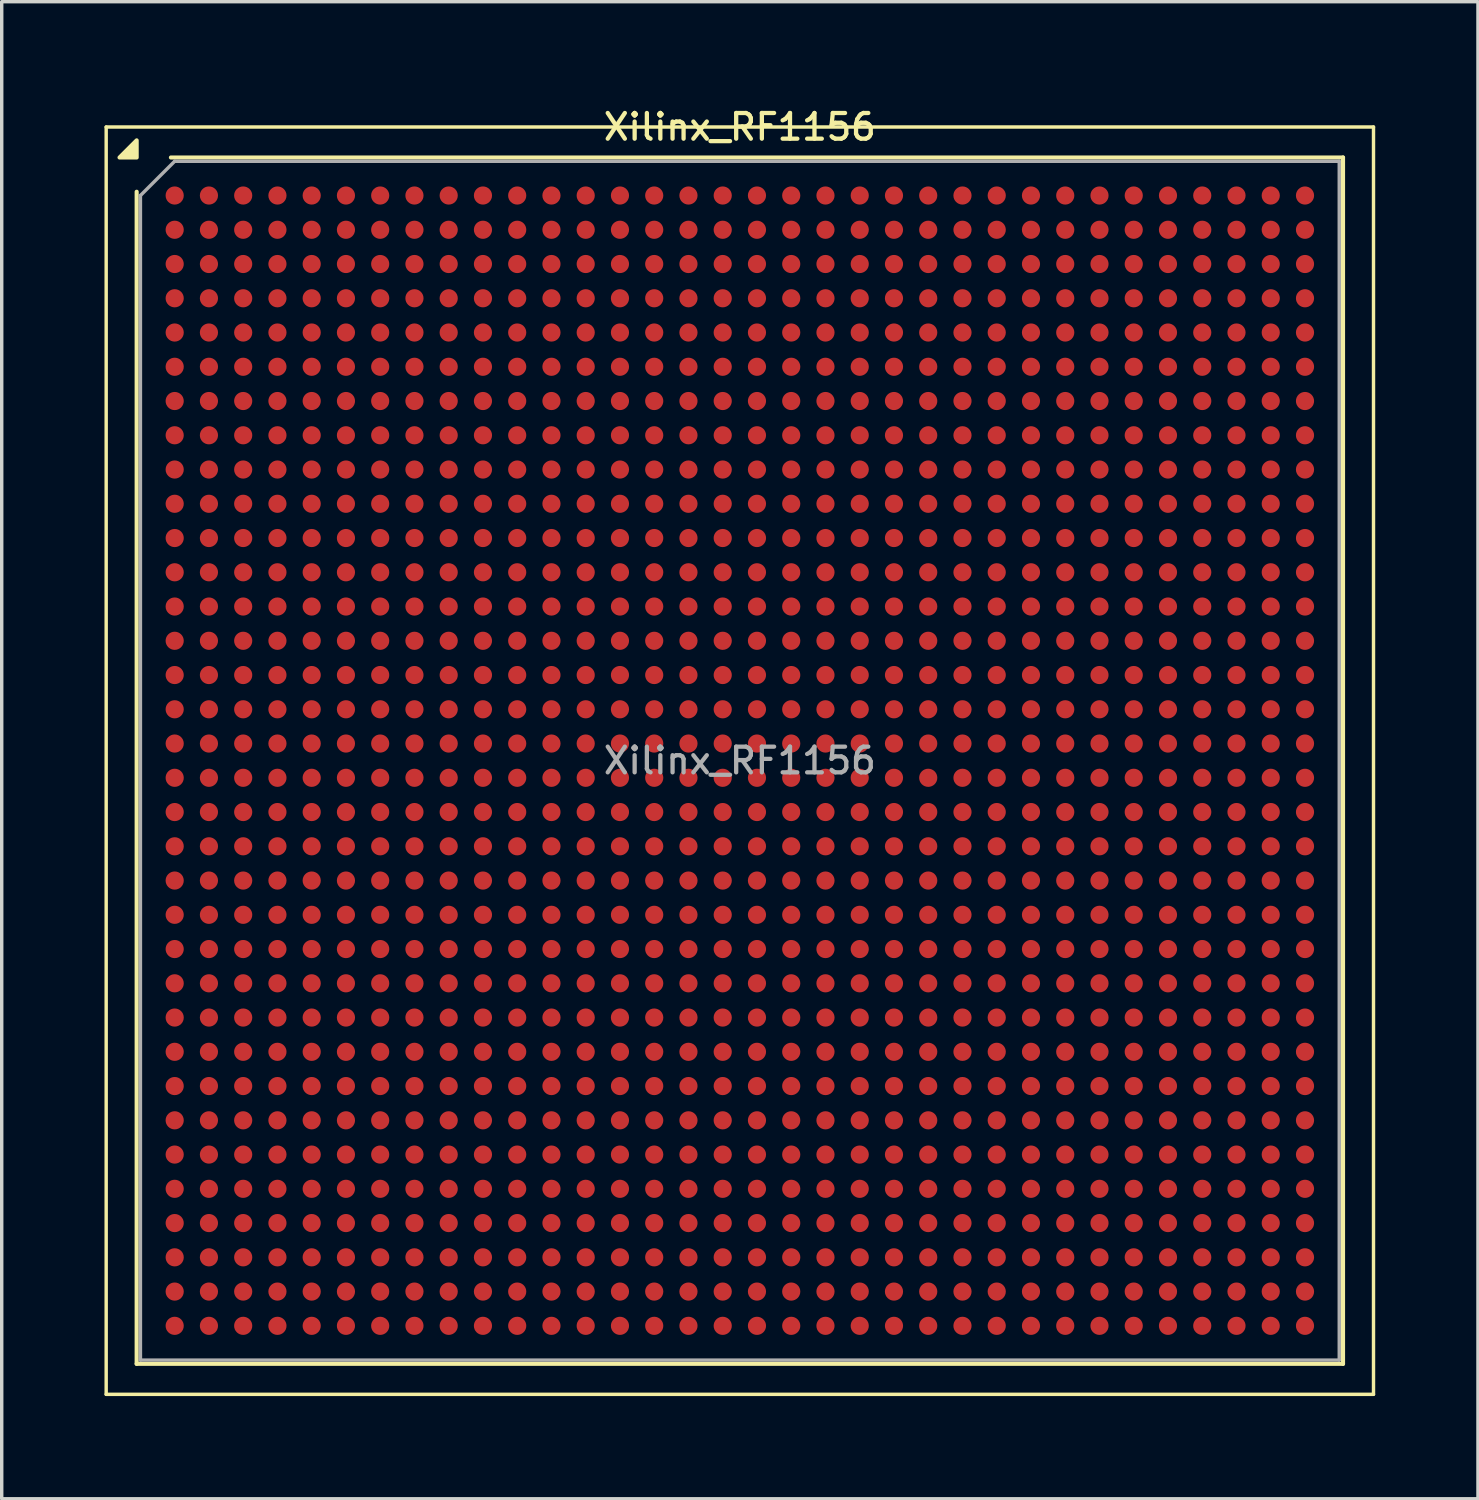
<source format=kicad_pcb>
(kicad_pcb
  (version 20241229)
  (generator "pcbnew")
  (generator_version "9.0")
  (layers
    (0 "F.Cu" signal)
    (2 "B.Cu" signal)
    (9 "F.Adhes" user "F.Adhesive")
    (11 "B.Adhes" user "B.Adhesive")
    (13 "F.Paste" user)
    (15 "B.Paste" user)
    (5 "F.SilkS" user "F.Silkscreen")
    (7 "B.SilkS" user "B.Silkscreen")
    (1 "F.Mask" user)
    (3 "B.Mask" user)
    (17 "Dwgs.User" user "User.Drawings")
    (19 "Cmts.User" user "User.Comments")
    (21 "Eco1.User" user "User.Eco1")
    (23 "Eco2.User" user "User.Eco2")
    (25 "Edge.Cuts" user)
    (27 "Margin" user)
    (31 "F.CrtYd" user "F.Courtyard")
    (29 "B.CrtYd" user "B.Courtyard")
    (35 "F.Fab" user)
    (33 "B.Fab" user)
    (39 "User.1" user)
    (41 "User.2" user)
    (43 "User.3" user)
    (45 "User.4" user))
  (footprint "Xilinx_RF1156"
    (layer "F.Cu")
    (at 18.55 19.158)
    (property "Reference" "Xilinx_RF1156" (at 0 -18.5 0) (layer "F.SilkS") (effects (font (size 0.75 0.75) (thickness 0.125))))
    (attr smd)
    (fp_line (start -18.5 -18.5) (end -18.5 18.5) (stroke (width 0.1) (type solid)) (layer "F.SilkS"))
    (fp_line (start -18.5 18.5) (end 18.5 18.5) (stroke (width 0.1) (type solid)) (layer "F.SilkS"))
    (fp_line (start -17.61 17.61) (end -17.61 -16.61) (stroke (width 0.12) (type solid)) (layer "F.SilkS"))
    (fp_line (start -16.61 -17.61) (end 17.61 -17.61) (stroke (width 0.12) (type solid)) (layer "F.SilkS"))
    (fp_line (start 17.61 -17.61) (end 17.61 17.61) (stroke (width 0.12) (type solid)) (layer "F.SilkS"))
    (fp_line (start 17.61 17.61) (end -17.61 17.61) (stroke (width 0.12) (type solid)) (layer "F.SilkS"))
    (fp_line (start 18.5 -18.5) (end -18.5 -18.5) (stroke (width 0.1) (type solid)) (layer "F.SilkS"))
    (fp_line (start 18.5 18.5) (end 18.5 -18.5) (stroke (width 0.1) (type solid)) (layer "F.SilkS"))
    (fp_poly (pts (xy -17.61 -17.61) (xy -18.11 -17.61) (xy -17.61 -18.11) (xy -17.61 -17.61)) (stroke (width 0.12) (type solid)) (fill yes) (layer "F.SilkS"))
    (fp_line (start -17.5 -16.5) (end -16.5 -17.5) (stroke (width 0.1) (type solid)) (layer "F.Fab"))
    (fp_line (start -17.5 17.5) (end -17.5 -16.5) (stroke (width 0.1) (type solid)) (layer "F.Fab"))
    (fp_line (start -16.5 -17.5) (end 17.5 -17.5) (stroke (width 0.1) (type solid)) (layer "F.Fab"))
    (fp_line (start 17.5 -17.5) (end 17.5 17.5) (stroke (width 0.1) (type solid)) (layer "F.Fab"))
    (fp_line (start 17.5 17.5) (end -17.5 17.5) (stroke (width 0.1) (type solid)) (layer "F.Fab"))
    (fp_text user "${REFERENCE}" (at 0 0 0) (layer "F.Fab") (effects (font (size 0.75 0.75) (thickness 0.125))))
    (pad "A1" smd circle (at -16.5 -16.5) (size 0.53 0.53) (property pad_prop_bga) (layers "F.Cu" "F.Mask" "F.Paste"))
    (pad "A2" smd circle (at -15.5 -16.5) (size 0.53 0.53) (property pad_prop_bga) (layers "F.Cu" "F.Mask" "F.Paste"))
    (pad "A3" smd circle (at -14.5 -16.5) (size 0.53 0.53) (property pad_prop_bga) (layers "F.Cu" "F.Mask" "F.Paste"))
    (pad "A4" smd circle (at -13.5 -16.5) (size 0.53 0.53) (property pad_prop_bga) (layers "F.Cu" "F.Mask" "F.Paste"))
    (pad "A5" smd circle (at -12.5 -16.5) (size 0.53 0.53) (property pad_prop_bga) (layers "F.Cu" "F.Mask" "F.Paste"))
    (pad "A6" smd circle (at -11.5 -16.5) (size 0.53 0.53) (property pad_prop_bga) (layers "F.Cu" "F.Mask" "F.Paste"))
    (pad "A7" smd circle (at -10.5 -16.5) (size 0.53 0.53) (property pad_prop_bga) (layers "F.Cu" "F.Mask" "F.Paste"))
    (pad "A8" smd circle (at -9.5 -16.5) (size 0.53 0.53) (property pad_prop_bga) (layers "F.Cu" "F.Mask" "F.Paste"))
    (pad "A9" smd circle (at -8.5 -16.5) (size 0.53 0.53) (property pad_prop_bga) (layers "F.Cu" "F.Mask" "F.Paste"))
    (pad "A10" smd circle (at -7.5 -16.5) (size 0.53 0.53) (property pad_prop_bga) (layers "F.Cu" "F.Mask" "F.Paste"))
    (pad "A11" smd circle (at -6.5 -16.5) (size 0.53 0.53) (property pad_prop_bga) (layers "F.Cu" "F.Mask" "F.Paste"))
    (pad "A12" smd circle (at -5.5 -16.5) (size 0.53 0.53) (property pad_prop_bga) (layers "F.Cu" "F.Mask" "F.Paste"))
    (pad "A13" smd circle (at -4.5 -16.5) (size 0.53 0.53) (property pad_prop_bga) (layers "F.Cu" "F.Mask" "F.Paste"))
    (pad "A14" smd circle (at -3.5 -16.5) (size 0.53 0.53) (property pad_prop_bga) (layers "F.Cu" "F.Mask" "F.Paste"))
    (pad "A15" smd circle (at -2.5 -16.5) (size 0.53 0.53) (property pad_prop_bga) (layers "F.Cu" "F.Mask" "F.Paste"))
    (pad "A16" smd circle (at -1.5 -16.5) (size 0.53 0.53) (property pad_prop_bga) (layers "F.Cu" "F.Mask" "F.Paste"))
    (pad "A17" smd circle (at -0.5 -16.5) (size 0.53 0.53) (property pad_prop_bga) (layers "F.Cu" "F.Mask" "F.Paste"))
    (pad "A18" smd circle (at 0.5 -16.5) (size 0.53 0.53) (property pad_prop_bga) (layers "F.Cu" "F.Mask" "F.Paste"))
    (pad "A19" smd circle (at 1.5 -16.5) (size 0.53 0.53) (property pad_prop_bga) (layers "F.Cu" "F.Mask" "F.Paste"))
    (pad "A20" smd circle (at 2.5 -16.5) (size 0.53 0.53) (property pad_prop_bga) (layers "F.Cu" "F.Mask" "F.Paste"))
    (pad "A21" smd circle (at 3.5 -16.5) (size 0.53 0.53) (property pad_prop_bga) (layers "F.Cu" "F.Mask" "F.Paste"))
    (pad "A22" smd circle (at 4.5 -16.5) (size 0.53 0.53) (property pad_prop_bga) (layers "F.Cu" "F.Mask" "F.Paste"))
    (pad "A23" smd circle (at 5.5 -16.5) (size 0.53 0.53) (property pad_prop_bga) (layers "F.Cu" "F.Mask" "F.Paste"))
    (pad "A24" smd circle (at 6.5 -16.5) (size 0.53 0.53) (property pad_prop_bga) (layers "F.Cu" "F.Mask" "F.Paste"))
    (pad "A25" smd circle (at 7.5 -16.5) (size 0.53 0.53) (property pad_prop_bga) (layers "F.Cu" "F.Mask" "F.Paste"))
    (pad "A26" smd circle (at 8.5 -16.5) (size 0.53 0.53) (property pad_prop_bga) (layers "F.Cu" "F.Mask" "F.Paste"))
    (pad "A27" smd circle (at 9.5 -16.5) (size 0.53 0.53) (property pad_prop_bga) (layers "F.Cu" "F.Mask" "F.Paste"))
    (pad "A28" smd circle (at 10.5 -16.5) (size 0.53 0.53) (property pad_prop_bga) (layers "F.Cu" "F.Mask" "F.Paste"))
    (pad "A29" smd circle (at 11.5 -16.5) (size 0.53 0.53) (property pad_prop_bga) (layers "F.Cu" "F.Mask" "F.Paste"))
    (pad "A30" smd circle (at 12.5 -16.5) (size 0.53 0.53) (property pad_prop_bga) (layers "F.Cu" "F.Mask" "F.Paste"))
    (pad "A31" smd circle (at 13.5 -16.5) (size 0.53 0.53) (property pad_prop_bga) (layers "F.Cu" "F.Mask" "F.Paste"))
    (pad "A32" smd circle (at 14.5 -16.5) (size 0.53 0.53) (property pad_prop_bga) (layers "F.Cu" "F.Mask" "F.Paste"))
    (pad "A33" smd circle (at 15.5 -16.5) (size 0.53 0.53) (property pad_prop_bga) (layers "F.Cu" "F.Mask" "F.Paste"))
    (pad "A34" smd circle (at 16.5 -16.5) (size 0.53 0.53) (property pad_prop_bga) (layers "F.Cu" "F.Mask" "F.Paste"))
    (pad "AA1" smd circle (at -16.5 3.5) (size 0.53 0.53) (property pad_prop_bga) (layers "F.Cu" "F.Mask" "F.Paste"))
    (pad "AA2" smd circle (at -15.5 3.5) (size 0.53 0.53) (property pad_prop_bga) (layers "F.Cu" "F.Mask" "F.Paste"))
    (pad "AA3" smd circle (at -14.5 3.5) (size 0.53 0.53) (property pad_prop_bga) (layers "F.Cu" "F.Mask" "F.Paste"))
    (pad "AA4" smd circle (at -13.5 3.5) (size 0.53 0.53) (property pad_prop_bga) (layers "F.Cu" "F.Mask" "F.Paste"))
    (pad "AA5" smd circle (at -12.5 3.5) (size 0.53 0.53) (property pad_prop_bga) (layers "F.Cu" "F.Mask" "F.Paste"))
    (pad "AA6" smd circle (at -11.5 3.5) (size 0.53 0.53) (property pad_prop_bga) (layers "F.Cu" "F.Mask" "F.Paste"))
    (pad "AA7" smd circle (at -10.5 3.5) (size 0.53 0.53) (property pad_prop_bga) (layers "F.Cu" "F.Mask" "F.Paste"))
    (pad "AA8" smd circle (at -9.5 3.5) (size 0.53 0.53) (property pad_prop_bga) (layers "F.Cu" "F.Mask" "F.Paste"))
    (pad "AA9" smd circle (at -8.5 3.5) (size 0.53 0.53) (property pad_prop_bga) (layers "F.Cu" "F.Mask" "F.Paste"))
    (pad "AA10" smd circle (at -7.5 3.5) (size 0.53 0.53) (property pad_prop_bga) (layers "F.Cu" "F.Mask" "F.Paste"))
    (pad "AA11" smd circle (at -6.5 3.5) (size 0.53 0.53) (property pad_prop_bga) (layers "F.Cu" "F.Mask" "F.Paste"))
    (pad "AA12" smd circle (at -5.5 3.5) (size 0.53 0.53) (property pad_prop_bga) (layers "F.Cu" "F.Mask" "F.Paste"))
    (pad "AA13" smd circle (at -4.5 3.5) (size 0.53 0.53) (property pad_prop_bga) (layers "F.Cu" "F.Mask" "F.Paste"))
    (pad "AA14" smd circle (at -3.5 3.5) (size 0.53 0.53) (property pad_prop_bga) (layers "F.Cu" "F.Mask" "F.Paste"))
    (pad "AA15" smd circle (at -2.5 3.5) (size 0.53 0.53) (property pad_prop_bga) (layers "F.Cu" "F.Mask" "F.Paste"))
    (pad "AA16" smd circle (at -1.5 3.5) (size 0.53 0.53) (property pad_prop_bga) (layers "F.Cu" "F.Mask" "F.Paste"))
    (pad "AA17" smd circle (at -0.5 3.5) (size 0.53 0.53) (property pad_prop_bga) (layers "F.Cu" "F.Mask" "F.Paste"))
    (pad "AA18" smd circle (at 0.5 3.5) (size 0.53 0.53) (property pad_prop_bga) (layers "F.Cu" "F.Mask" "F.Paste"))
    (pad "AA19" smd circle (at 1.5 3.5) (size 0.53 0.53) (property pad_prop_bga) (layers "F.Cu" "F.Mask" "F.Paste"))
    (pad "AA20" smd circle (at 2.5 3.5) (size 0.53 0.53) (property pad_prop_bga) (layers "F.Cu" "F.Mask" "F.Paste"))
    (pad "AA21" smd circle (at 3.5 3.5) (size 0.53 0.53) (property pad_prop_bga) (layers "F.Cu" "F.Mask" "F.Paste"))
    (pad "AA22" smd circle (at 4.5 3.5) (size 0.53 0.53) (property pad_prop_bga) (layers "F.Cu" "F.Mask" "F.Paste"))
    (pad "AA23" smd circle (at 5.5 3.5) (size 0.53 0.53) (property pad_prop_bga) (layers "F.Cu" "F.Mask" "F.Paste"))
    (pad "AA24" smd circle (at 6.5 3.5) (size 0.53 0.53) (property pad_prop_bga) (layers "F.Cu" "F.Mask" "F.Paste"))
    (pad "AA25" smd circle (at 7.5 3.5) (size 0.53 0.53) (property pad_prop_bga) (layers "F.Cu" "F.Mask" "F.Paste"))
    (pad "AA26" smd circle (at 8.5 3.5) (size 0.53 0.53) (property pad_prop_bga) (layers "F.Cu" "F.Mask" "F.Paste"))
    (pad "AA27" smd circle (at 9.5 3.5) (size 0.53 0.53) (property pad_prop_bga) (layers "F.Cu" "F.Mask" "F.Paste"))
    (pad "AA28" smd circle (at 10.5 3.5) (size 0.53 0.53) (property pad_prop_bga) (layers "F.Cu" "F.Mask" "F.Paste"))
    (pad "AA29" smd circle (at 11.5 3.5) (size 0.53 0.53) (property pad_prop_bga) (layers "F.Cu" "F.Mask" "F.Paste"))
    (pad "AA30" smd circle (at 12.5 3.5) (size 0.53 0.53) (property pad_prop_bga) (layers "F.Cu" "F.Mask" "F.Paste"))
    (pad "AA31" smd circle (at 13.5 3.5) (size 0.53 0.53) (property pad_prop_bga) (layers "F.Cu" "F.Mask" "F.Paste"))
    (pad "AA32" smd circle (at 14.5 3.5) (size 0.53 0.53) (property pad_prop_bga) (layers "F.Cu" "F.Mask" "F.Paste"))
    (pad "AA33" smd circle (at 15.5 3.5) (size 0.53 0.53) (property pad_prop_bga) (layers "F.Cu" "F.Mask" "F.Paste"))
    (pad "AA34" smd circle (at 16.5 3.5) (size 0.53 0.53) (property pad_prop_bga) (layers "F.Cu" "F.Mask" "F.Paste"))
    (pad "AB1" smd circle (at -16.5 4.5) (size 0.53 0.53) (property pad_prop_bga) (layers "F.Cu" "F.Mask" "F.Paste"))
    (pad "AB2" smd circle (at -15.5 4.5) (size 0.53 0.53) (property pad_prop_bga) (layers "F.Cu" "F.Mask" "F.Paste"))
    (pad "AB3" smd circle (at -14.5 4.5) (size 0.53 0.53) (property pad_prop_bga) (layers "F.Cu" "F.Mask" "F.Paste"))
    (pad "AB4" smd circle (at -13.5 4.5) (size 0.53 0.53) (property pad_prop_bga) (layers "F.Cu" "F.Mask" "F.Paste"))
    (pad "AB5" smd circle (at -12.5 4.5) (size 0.53 0.53) (property pad_prop_bga) (layers "F.Cu" "F.Mask" "F.Paste"))
    (pad "AB6" smd circle (at -11.5 4.5) (size 0.53 0.53) (property pad_prop_bga) (layers "F.Cu" "F.Mask" "F.Paste"))
    (pad "AB7" smd circle (at -10.5 4.5) (size 0.53 0.53) (property pad_prop_bga) (layers "F.Cu" "F.Mask" "F.Paste"))
    (pad "AB8" smd circle (at -9.5 4.5) (size 0.53 0.53) (property pad_prop_bga) (layers "F.Cu" "F.Mask" "F.Paste"))
    (pad "AB9" smd circle (at -8.5 4.5) (size 0.53 0.53) (property pad_prop_bga) (layers "F.Cu" "F.Mask" "F.Paste"))
    (pad "AB10" smd circle (at -7.5 4.5) (size 0.53 0.53) (property pad_prop_bga) (layers "F.Cu" "F.Mask" "F.Paste"))
    (pad "AB11" smd circle (at -6.5 4.5) (size 0.53 0.53) (property pad_prop_bga) (layers "F.Cu" "F.Mask" "F.Paste"))
    (pad "AB12" smd circle (at -5.5 4.5) (size 0.53 0.53) (property pad_prop_bga) (layers "F.Cu" "F.Mask" "F.Paste"))
    (pad "AB13" smd circle (at -4.5 4.5) (size 0.53 0.53) (property pad_prop_bga) (layers "F.Cu" "F.Mask" "F.Paste"))
    (pad "AB14" smd circle (at -3.5 4.5) (size 0.53 0.53) (property pad_prop_bga) (layers "F.Cu" "F.Mask" "F.Paste"))
    (pad "AB15" smd circle (at -2.5 4.5) (size 0.53 0.53) (property pad_prop_bga) (layers "F.Cu" "F.Mask" "F.Paste"))
    (pad "AB16" smd circle (at -1.5 4.5) (size 0.53 0.53) (property pad_prop_bga) (layers "F.Cu" "F.Mask" "F.Paste"))
    (pad "AB17" smd circle (at -0.5 4.5) (size 0.53 0.53) (property pad_prop_bga) (layers "F.Cu" "F.Mask" "F.Paste"))
    (pad "AB18" smd circle (at 0.5 4.5) (size 0.53 0.53) (property pad_prop_bga) (layers "F.Cu" "F.Mask" "F.Paste"))
    (pad "AB19" smd circle (at 1.5 4.5) (size 0.53 0.53) (property pad_prop_bga) (layers "F.Cu" "F.Mask" "F.Paste"))
    (pad "AB20" smd circle (at 2.5 4.5) (size 0.53 0.53) (property pad_prop_bga) (layers "F.Cu" "F.Mask" "F.Paste"))
    (pad "AB21" smd circle (at 3.5 4.5) (size 0.53 0.53) (property pad_prop_bga) (layers "F.Cu" "F.Mask" "F.Paste"))
    (pad "AB22" smd circle (at 4.5 4.5) (size 0.53 0.53) (property pad_prop_bga) (layers "F.Cu" "F.Mask" "F.Paste"))
    (pad "AB23" smd circle (at 5.5 4.5) (size 0.53 0.53) (property pad_prop_bga) (layers "F.Cu" "F.Mask" "F.Paste"))
    (pad "AB24" smd circle (at 6.5 4.5) (size 0.53 0.53) (property pad_prop_bga) (layers "F.Cu" "F.Mask" "F.Paste"))
    (pad "AB25" smd circle (at 7.5 4.5) (size 0.53 0.53) (property pad_prop_bga) (layers "F.Cu" "F.Mask" "F.Paste"))
    (pad "AB26" smd circle (at 8.5 4.5) (size 0.53 0.53) (property pad_prop_bga) (layers "F.Cu" "F.Mask" "F.Paste"))
    (pad "AB27" smd circle (at 9.5 4.5) (size 0.53 0.53) (property pad_prop_bga) (layers "F.Cu" "F.Mask" "F.Paste"))
    (pad "AB28" smd circle (at 10.5 4.5) (size 0.53 0.53) (property pad_prop_bga) (layers "F.Cu" "F.Mask" "F.Paste"))
    (pad "AB29" smd circle (at 11.5 4.5) (size 0.53 0.53) (property pad_prop_bga) (layers "F.Cu" "F.Mask" "F.Paste"))
    (pad "AB30" smd circle (at 12.5 4.5) (size 0.53 0.53) (property pad_prop_bga) (layers "F.Cu" "F.Mask" "F.Paste"))
    (pad "AB31" smd circle (at 13.5 4.5) (size 0.53 0.53) (property pad_prop_bga) (layers "F.Cu" "F.Mask" "F.Paste"))
    (pad "AB32" smd circle (at 14.5 4.5) (size 0.53 0.53) (property pad_prop_bga) (layers "F.Cu" "F.Mask" "F.Paste"))
    (pad "AB33" smd circle (at 15.5 4.5) (size 0.53 0.53) (property pad_prop_bga) (layers "F.Cu" "F.Mask" "F.Paste"))
    (pad "AB34" smd circle (at 16.5 4.5) (size 0.53 0.53) (property pad_prop_bga) (layers "F.Cu" "F.Mask" "F.Paste"))
    (pad "AC1" smd circle (at -16.5 5.5) (size 0.53 0.53) (property pad_prop_bga) (layers "F.Cu" "F.Mask" "F.Paste"))
    (pad "AC2" smd circle (at -15.5 5.5) (size 0.53 0.53) (property pad_prop_bga) (layers "F.Cu" "F.Mask" "F.Paste"))
    (pad "AC3" smd circle (at -14.5 5.5) (size 0.53 0.53) (property pad_prop_bga) (layers "F.Cu" "F.Mask" "F.Paste"))
    (pad "AC4" smd circle (at -13.5 5.5) (size 0.53 0.53) (property pad_prop_bga) (layers "F.Cu" "F.Mask" "F.Paste"))
    (pad "AC5" smd circle (at -12.5 5.5) (size 0.53 0.53) (property pad_prop_bga) (layers "F.Cu" "F.Mask" "F.Paste"))
    (pad "AC6" smd circle (at -11.5 5.5) (size 0.53 0.53) (property pad_prop_bga) (layers "F.Cu" "F.Mask" "F.Paste"))
    (pad "AC7" smd circle (at -10.5 5.5) (size 0.53 0.53) (property pad_prop_bga) (layers "F.Cu" "F.Mask" "F.Paste"))
    (pad "AC8" smd circle (at -9.5 5.5) (size 0.53 0.53) (property pad_prop_bga) (layers "F.Cu" "F.Mask" "F.Paste"))
    (pad "AC9" smd circle (at -8.5 5.5) (size 0.53 0.53) (property pad_prop_bga) (layers "F.Cu" "F.Mask" "F.Paste"))
    (pad "AC10" smd circle (at -7.5 5.5) (size 0.53 0.53) (property pad_prop_bga) (layers "F.Cu" "F.Mask" "F.Paste"))
    (pad "AC11" smd circle (at -6.5 5.5) (size 0.53 0.53) (property pad_prop_bga) (layers "F.Cu" "F.Mask" "F.Paste"))
    (pad "AC12" smd circle (at -5.5 5.5) (size 0.53 0.53) (property pad_prop_bga) (layers "F.Cu" "F.Mask" "F.Paste"))
    (pad "AC13" smd circle (at -4.5 5.5) (size 0.53 0.53) (property pad_prop_bga) (layers "F.Cu" "F.Mask" "F.Paste"))
    (pad "AC14" smd circle (at -3.5 5.5) (size 0.53 0.53) (property pad_prop_bga) (layers "F.Cu" "F.Mask" "F.Paste"))
    (pad "AC15" smd circle (at -2.5 5.5) (size 0.53 0.53) (property pad_prop_bga) (layers "F.Cu" "F.Mask" "F.Paste"))
    (pad "AC16" smd circle (at -1.5 5.5) (size 0.53 0.53) (property pad_prop_bga) (layers "F.Cu" "F.Mask" "F.Paste"))
    (pad "AC17" smd circle (at -0.5 5.5) (size 0.53 0.53) (property pad_prop_bga) (layers "F.Cu" "F.Mask" "F.Paste"))
    (pad "AC18" smd circle (at 0.5 5.5) (size 0.53 0.53) (property pad_prop_bga) (layers "F.Cu" "F.Mask" "F.Paste"))
    (pad "AC19" smd circle (at 1.5 5.5) (size 0.53 0.53) (property pad_prop_bga) (layers "F.Cu" "F.Mask" "F.Paste"))
    (pad "AC20" smd circle (at 2.5 5.5) (size 0.53 0.53) (property pad_prop_bga) (layers "F.Cu" "F.Mask" "F.Paste"))
    (pad "AC21" smd circle (at 3.5 5.5) (size 0.53 0.53) (property pad_prop_bga) (layers "F.Cu" "F.Mask" "F.Paste"))
    (pad "AC22" smd circle (at 4.5 5.5) (size 0.53 0.53) (property pad_prop_bga) (layers "F.Cu" "F.Mask" "F.Paste"))
    (pad "AC23" smd circle (at 5.5 5.5) (size 0.53 0.53) (property pad_prop_bga) (layers "F.Cu" "F.Mask" "F.Paste"))
    (pad "AC24" smd circle (at 6.5 5.5) (size 0.53 0.53) (property pad_prop_bga) (layers "F.Cu" "F.Mask" "F.Paste"))
    (pad "AC25" smd circle (at 7.5 5.5) (size 0.53 0.53) (property pad_prop_bga) (layers "F.Cu" "F.Mask" "F.Paste"))
    (pad "AC26" smd circle (at 8.5 5.5) (size 0.53 0.53) (property pad_prop_bga) (layers "F.Cu" "F.Mask" "F.Paste"))
    (pad "AC27" smd circle (at 9.5 5.5) (size 0.53 0.53) (property pad_prop_bga) (layers "F.Cu" "F.Mask" "F.Paste"))
    (pad "AC28" smd circle (at 10.5 5.5) (size 0.53 0.53) (property pad_prop_bga) (layers "F.Cu" "F.Mask" "F.Paste"))
    (pad "AC29" smd circle (at 11.5 5.5) (size 0.53 0.53) (property pad_prop_bga) (layers "F.Cu" "F.Mask" "F.Paste"))
    (pad "AC30" smd circle (at 12.5 5.5) (size 0.53 0.53) (property pad_prop_bga) (layers "F.Cu" "F.Mask" "F.Paste"))
    (pad "AC31" smd circle (at 13.5 5.5) (size 0.53 0.53) (property pad_prop_bga) (layers "F.Cu" "F.Mask" "F.Paste"))
    (pad "AC32" smd circle (at 14.5 5.5) (size 0.53 0.53) (property pad_prop_bga) (layers "F.Cu" "F.Mask" "F.Paste"))
    (pad "AC33" smd circle (at 15.5 5.5) (size 0.53 0.53) (property pad_prop_bga) (layers "F.Cu" "F.Mask" "F.Paste"))
    (pad "AC34" smd circle (at 16.5 5.5) (size 0.53 0.53) (property pad_prop_bga) (layers "F.Cu" "F.Mask" "F.Paste"))
    (pad "AD1" smd circle (at -16.5 6.5) (size 0.53 0.53) (property pad_prop_bga) (layers "F.Cu" "F.Mask" "F.Paste"))
    (pad "AD2" smd circle (at -15.5 6.5) (size 0.53 0.53) (property pad_prop_bga) (layers "F.Cu" "F.Mask" "F.Paste"))
    (pad "AD3" smd circle (at -14.5 6.5) (size 0.53 0.53) (property pad_prop_bga) (layers "F.Cu" "F.Mask" "F.Paste"))
    (pad "AD4" smd circle (at -13.5 6.5) (size 0.53 0.53) (property pad_prop_bga) (layers "F.Cu" "F.Mask" "F.Paste"))
    (pad "AD5" smd circle (at -12.5 6.5) (size 0.53 0.53) (property pad_prop_bga) (layers "F.Cu" "F.Mask" "F.Paste"))
    (pad "AD6" smd circle (at -11.5 6.5) (size 0.53 0.53) (property pad_prop_bga) (layers "F.Cu" "F.Mask" "F.Paste"))
    (pad "AD7" smd circle (at -10.5 6.5) (size 0.53 0.53) (property pad_prop_bga) (layers "F.Cu" "F.Mask" "F.Paste"))
    (pad "AD8" smd circle (at -9.5 6.5) (size 0.53 0.53) (property pad_prop_bga) (layers "F.Cu" "F.Mask" "F.Paste"))
    (pad "AD9" smd circle (at -8.5 6.5) (size 0.53 0.53) (property pad_prop_bga) (layers "F.Cu" "F.Mask" "F.Paste"))
    (pad "AD10" smd circle (at -7.5 6.5) (size 0.53 0.53) (property pad_prop_bga) (layers "F.Cu" "F.Mask" "F.Paste"))
    (pad "AD11" smd circle (at -6.5 6.5) (size 0.53 0.53) (property pad_prop_bga) (layers "F.Cu" "F.Mask" "F.Paste"))
    (pad "AD12" smd circle (at -5.5 6.5) (size 0.53 0.53) (property pad_prop_bga) (layers "F.Cu" "F.Mask" "F.Paste"))
    (pad "AD13" smd circle (at -4.5 6.5) (size 0.53 0.53) (property pad_prop_bga) (layers "F.Cu" "F.Mask" "F.Paste"))
    (pad "AD14" smd circle (at -3.5 6.5) (size 0.53 0.53) (property pad_prop_bga) (layers "F.Cu" "F.Mask" "F.Paste"))
    (pad "AD15" smd circle (at -2.5 6.5) (size 0.53 0.53) (property pad_prop_bga) (layers "F.Cu" "F.Mask" "F.Paste"))
    (pad "AD16" smd circle (at -1.5 6.5) (size 0.53 0.53) (property pad_prop_bga) (layers "F.Cu" "F.Mask" "F.Paste"))
    (pad "AD17" smd circle (at -0.5 6.5) (size 0.53 0.53) (property pad_prop_bga) (layers "F.Cu" "F.Mask" "F.Paste"))
    (pad "AD18" smd circle (at 0.5 6.5) (size 0.53 0.53) (property pad_prop_bga) (layers "F.Cu" "F.Mask" "F.Paste"))
    (pad "AD19" smd circle (at 1.5 6.5) (size 0.53 0.53) (property pad_prop_bga) (layers "F.Cu" "F.Mask" "F.Paste"))
    (pad "AD20" smd circle (at 2.5 6.5) (size 0.53 0.53) (property pad_prop_bga) (layers "F.Cu" "F.Mask" "F.Paste"))
    (pad "AD21" smd circle (at 3.5 6.5) (size 0.53 0.53) (property pad_prop_bga) (layers "F.Cu" "F.Mask" "F.Paste"))
    (pad "AD22" smd circle (at 4.5 6.5) (size 0.53 0.53) (property pad_prop_bga) (layers "F.Cu" "F.Mask" "F.Paste"))
    (pad "AD23" smd circle (at 5.5 6.5) (size 0.53 0.53) (property pad_prop_bga) (layers "F.Cu" "F.Mask" "F.Paste"))
    (pad "AD24" smd circle (at 6.5 6.5) (size 0.53 0.53) (property pad_prop_bga) (layers "F.Cu" "F.Mask" "F.Paste"))
    (pad "AD25" smd circle (at 7.5 6.5) (size 0.53 0.53) (property pad_prop_bga) (layers "F.Cu" "F.Mask" "F.Paste"))
    (pad "AD26" smd circle (at 8.5 6.5) (size 0.53 0.53) (property pad_prop_bga) (layers "F.Cu" "F.Mask" "F.Paste"))
    (pad "AD27" smd circle (at 9.5 6.5) (size 0.53 0.53) (property pad_prop_bga) (layers "F.Cu" "F.Mask" "F.Paste"))
    (pad "AD28" smd circle (at 10.5 6.5) (size 0.53 0.53) (property pad_prop_bga) (layers "F.Cu" "F.Mask" "F.Paste"))
    (pad "AD29" smd circle (at 11.5 6.5) (size 0.53 0.53) (property pad_prop_bga) (layers "F.Cu" "F.Mask" "F.Paste"))
    (pad "AD30" smd circle (at 12.5 6.5) (size 0.53 0.53) (property pad_prop_bga) (layers "F.Cu" "F.Mask" "F.Paste"))
    (pad "AD31" smd circle (at 13.5 6.5) (size 0.53 0.53) (property pad_prop_bga) (layers "F.Cu" "F.Mask" "F.Paste"))
    (pad "AD32" smd circle (at 14.5 6.5) (size 0.53 0.53) (property pad_prop_bga) (layers "F.Cu" "F.Mask" "F.Paste"))
    (pad "AD33" smd circle (at 15.5 6.5) (size 0.53 0.53) (property pad_prop_bga) (layers "F.Cu" "F.Mask" "F.Paste"))
    (pad "AD34" smd circle (at 16.5 6.5) (size 0.53 0.53) (property pad_prop_bga) (layers "F.Cu" "F.Mask" "F.Paste"))
    (pad "AE1" smd circle (at -16.5 7.5) (size 0.53 0.53) (property pad_prop_bga) (layers "F.Cu" "F.Mask" "F.Paste"))
    (pad "AE2" smd circle (at -15.5 7.5) (size 0.53 0.53) (property pad_prop_bga) (layers "F.Cu" "F.Mask" "F.Paste"))
    (pad "AE3" smd circle (at -14.5 7.5) (size 0.53 0.53) (property pad_prop_bga) (layers "F.Cu" "F.Mask" "F.Paste"))
    (pad "AE4" smd circle (at -13.5 7.5) (size 0.53 0.53) (property pad_prop_bga) (layers "F.Cu" "F.Mask" "F.Paste"))
    (pad "AE5" smd circle (at -12.5 7.5) (size 0.53 0.53) (property pad_prop_bga) (layers "F.Cu" "F.Mask" "F.Paste"))
    (pad "AE6" smd circle (at -11.5 7.5) (size 0.53 0.53) (property pad_prop_bga) (layers "F.Cu" "F.Mask" "F.Paste"))
    (pad "AE7" smd circle (at -10.5 7.5) (size 0.53 0.53) (property pad_prop_bga) (layers "F.Cu" "F.Mask" "F.Paste"))
    (pad "AE8" smd circle (at -9.5 7.5) (size 0.53 0.53) (property pad_prop_bga) (layers "F.Cu" "F.Mask" "F.Paste"))
    (pad "AE9" smd circle (at -8.5 7.5) (size 0.53 0.53) (property pad_prop_bga) (layers "F.Cu" "F.Mask" "F.Paste"))
    (pad "AE10" smd circle (at -7.5 7.5) (size 0.53 0.53) (property pad_prop_bga) (layers "F.Cu" "F.Mask" "F.Paste"))
    (pad "AE11" smd circle (at -6.5 7.5) (size 0.53 0.53) (property pad_prop_bga) (layers "F.Cu" "F.Mask" "F.Paste"))
    (pad "AE12" smd circle (at -5.5 7.5) (size 0.53 0.53) (property pad_prop_bga) (layers "F.Cu" "F.Mask" "F.Paste"))
    (pad "AE13" smd circle (at -4.5 7.5) (size 0.53 0.53) (property pad_prop_bga) (layers "F.Cu" "F.Mask" "F.Paste"))
    (pad "AE14" smd circle (at -3.5 7.5) (size 0.53 0.53) (property pad_prop_bga) (layers "F.Cu" "F.Mask" "F.Paste"))
    (pad "AE15" smd circle (at -2.5 7.5) (size 0.53 0.53) (property pad_prop_bga) (layers "F.Cu" "F.Mask" "F.Paste"))
    (pad "AE16" smd circle (at -1.5 7.5) (size 0.53 0.53) (property pad_prop_bga) (layers "F.Cu" "F.Mask" "F.Paste"))
    (pad "AE17" smd circle (at -0.5 7.5) (size 0.53 0.53) (property pad_prop_bga) (layers "F.Cu" "F.Mask" "F.Paste"))
    (pad "AE18" smd circle (at 0.5 7.5) (size 0.53 0.53) (property pad_prop_bga) (layers "F.Cu" "F.Mask" "F.Paste"))
    (pad "AE19" smd circle (at 1.5 7.5) (size 0.53 0.53) (property pad_prop_bga) (layers "F.Cu" "F.Mask" "F.Paste"))
    (pad "AE20" smd circle (at 2.5 7.5) (size 0.53 0.53) (property pad_prop_bga) (layers "F.Cu" "F.Mask" "F.Paste"))
    (pad "AE21" smd circle (at 3.5 7.5) (size 0.53 0.53) (property pad_prop_bga) (layers "F.Cu" "F.Mask" "F.Paste"))
    (pad "AE22" smd circle (at 4.5 7.5) (size 0.53 0.53) (property pad_prop_bga) (layers "F.Cu" "F.Mask" "F.Paste"))
    (pad "AE23" smd circle (at 5.5 7.5) (size 0.53 0.53) (property pad_prop_bga) (layers "F.Cu" "F.Mask" "F.Paste"))
    (pad "AE24" smd circle (at 6.5 7.5) (size 0.53 0.53) (property pad_prop_bga) (layers "F.Cu" "F.Mask" "F.Paste"))
    (pad "AE25" smd circle (at 7.5 7.5) (size 0.53 0.53) (property pad_prop_bga) (layers "F.Cu" "F.Mask" "F.Paste"))
    (pad "AE26" smd circle (at 8.5 7.5) (size 0.53 0.53) (property pad_prop_bga) (layers "F.Cu" "F.Mask" "F.Paste"))
    (pad "AE27" smd circle (at 9.5 7.5) (size 0.53 0.53) (property pad_prop_bga) (layers "F.Cu" "F.Mask" "F.Paste"))
    (pad "AE28" smd circle (at 10.5 7.5) (size 0.53 0.53) (property pad_prop_bga) (layers "F.Cu" "F.Mask" "F.Paste"))
    (pad "AE29" smd circle (at 11.5 7.5) (size 0.53 0.53) (property pad_prop_bga) (layers "F.Cu" "F.Mask" "F.Paste"))
    (pad "AE30" smd circle (at 12.5 7.5) (size 0.53 0.53) (property pad_prop_bga) (layers "F.Cu" "F.Mask" "F.Paste"))
    (pad "AE31" smd circle (at 13.5 7.5) (size 0.53 0.53) (property pad_prop_bga) (layers "F.Cu" "F.Mask" "F.Paste"))
    (pad "AE32" smd circle (at 14.5 7.5) (size 0.53 0.53) (property pad_prop_bga) (layers "F.Cu" "F.Mask" "F.Paste"))
    (pad "AE33" smd circle (at 15.5 7.5) (size 0.53 0.53) (property pad_prop_bga) (layers "F.Cu" "F.Mask" "F.Paste"))
    (pad "AE34" smd circle (at 16.5 7.5) (size 0.53 0.53) (property pad_prop_bga) (layers "F.Cu" "F.Mask" "F.Paste"))
    (pad "AF1" smd circle (at -16.5 8.5) (size 0.53 0.53) (property pad_prop_bga) (layers "F.Cu" "F.Mask" "F.Paste"))
    (pad "AF2" smd circle (at -15.5 8.5) (size 0.53 0.53) (property pad_prop_bga) (layers "F.Cu" "F.Mask" "F.Paste"))
    (pad "AF3" smd circle (at -14.5 8.5) (size 0.53 0.53) (property pad_prop_bga) (layers "F.Cu" "F.Mask" "F.Paste"))
    (pad "AF4" smd circle (at -13.5 8.5) (size 0.53 0.53) (property pad_prop_bga) (layers "F.Cu" "F.Mask" "F.Paste"))
    (pad "AF5" smd circle (at -12.5 8.5) (size 0.53 0.53) (property pad_prop_bga) (layers "F.Cu" "F.Mask" "F.Paste"))
    (pad "AF6" smd circle (at -11.5 8.5) (size 0.53 0.53) (property pad_prop_bga) (layers "F.Cu" "F.Mask" "F.Paste"))
    (pad "AF7" smd circle (at -10.5 8.5) (size 0.53 0.53) (property pad_prop_bga) (layers "F.Cu" "F.Mask" "F.Paste"))
    (pad "AF8" smd circle (at -9.5 8.5) (size 0.53 0.53) (property pad_prop_bga) (layers "F.Cu" "F.Mask" "F.Paste"))
    (pad "AF9" smd circle (at -8.5 8.5) (size 0.53 0.53) (property pad_prop_bga) (layers "F.Cu" "F.Mask" "F.Paste"))
    (pad "AF10" smd circle (at -7.5 8.5) (size 0.53 0.53) (property pad_prop_bga) (layers "F.Cu" "F.Mask" "F.Paste"))
    (pad "AF11" smd circle (at -6.5 8.5) (size 0.53 0.53) (property pad_prop_bga) (layers "F.Cu" "F.Mask" "F.Paste"))
    (pad "AF12" smd circle (at -5.5 8.5) (size 0.53 0.53) (property pad_prop_bga) (layers "F.Cu" "F.Mask" "F.Paste"))
    (pad "AF13" smd circle (at -4.5 8.5) (size 0.53 0.53) (property pad_prop_bga) (layers "F.Cu" "F.Mask" "F.Paste"))
    (pad "AF14" smd circle (at -3.5 8.5) (size 0.53 0.53) (property pad_prop_bga) (layers "F.Cu" "F.Mask" "F.Paste"))
    (pad "AF15" smd circle (at -2.5 8.5) (size 0.53 0.53) (property pad_prop_bga) (layers "F.Cu" "F.Mask" "F.Paste"))
    (pad "AF16" smd circle (at -1.5 8.5) (size 0.53 0.53) (property pad_prop_bga) (layers "F.Cu" "F.Mask" "F.Paste"))
    (pad "AF17" smd circle (at -0.5 8.5) (size 0.53 0.53) (property pad_prop_bga) (layers "F.Cu" "F.Mask" "F.Paste"))
    (pad "AF18" smd circle (at 0.5 8.5) (size 0.53 0.53) (property pad_prop_bga) (layers "F.Cu" "F.Mask" "F.Paste"))
    (pad "AF19" smd circle (at 1.5 8.5) (size 0.53 0.53) (property pad_prop_bga) (layers "F.Cu" "F.Mask" "F.Paste"))
    (pad "AF20" smd circle (at 2.5 8.5) (size 0.53 0.53) (property pad_prop_bga) (layers "F.Cu" "F.Mask" "F.Paste"))
    (pad "AF21" smd circle (at 3.5 8.5) (size 0.53 0.53) (property pad_prop_bga) (layers "F.Cu" "F.Mask" "F.Paste"))
    (pad "AF22" smd circle (at 4.5 8.5) (size 0.53 0.53) (property pad_prop_bga) (layers "F.Cu" "F.Mask" "F.Paste"))
    (pad "AF23" smd circle (at 5.5 8.5) (size 0.53 0.53) (property pad_prop_bga) (layers "F.Cu" "F.Mask" "F.Paste"))
    (pad "AF24" smd circle (at 6.5 8.5) (size 0.53 0.53) (property pad_prop_bga) (layers "F.Cu" "F.Mask" "F.Paste"))
    (pad "AF25" smd circle (at 7.5 8.5) (size 0.53 0.53) (property pad_prop_bga) (layers "F.Cu" "F.Mask" "F.Paste"))
    (pad "AF26" smd circle (at 8.5 8.5) (size 0.53 0.53) (property pad_prop_bga) (layers "F.Cu" "F.Mask" "F.Paste"))
    (pad "AF27" smd circle (at 9.5 8.5) (size 0.53 0.53) (property pad_prop_bga) (layers "F.Cu" "F.Mask" "F.Paste"))
    (pad "AF28" smd circle (at 10.5 8.5) (size 0.53 0.53) (property pad_prop_bga) (layers "F.Cu" "F.Mask" "F.Paste"))
    (pad "AF29" smd circle (at 11.5 8.5) (size 0.53 0.53) (property pad_prop_bga) (layers "F.Cu" "F.Mask" "F.Paste"))
    (pad "AF30" smd circle (at 12.5 8.5) (size 0.53 0.53) (property pad_prop_bga) (layers "F.Cu" "F.Mask" "F.Paste"))
    (pad "AF31" smd circle (at 13.5 8.5) (size 0.53 0.53) (property pad_prop_bga) (layers "F.Cu" "F.Mask" "F.Paste"))
    (pad "AF32" smd circle (at 14.5 8.5) (size 0.53 0.53) (property pad_prop_bga) (layers "F.Cu" "F.Mask" "F.Paste"))
    (pad "AF33" smd circle (at 15.5 8.5) (size 0.53 0.53) (property pad_prop_bga) (layers "F.Cu" "F.Mask" "F.Paste"))
    (pad "AF34" smd circle (at 16.5 8.5) (size 0.53 0.53) (property pad_prop_bga) (layers "F.Cu" "F.Mask" "F.Paste"))
    (pad "AG1" smd circle (at -16.5 9.5) (size 0.53 0.53) (property pad_prop_bga) (layers "F.Cu" "F.Mask" "F.Paste"))
    (pad "AG2" smd circle (at -15.5 9.5) (size 0.53 0.53) (property pad_prop_bga) (layers "F.Cu" "F.Mask" "F.Paste"))
    (pad "AG3" smd circle (at -14.5 9.5) (size 0.53 0.53) (property pad_prop_bga) (layers "F.Cu" "F.Mask" "F.Paste"))
    (pad "AG4" smd circle (at -13.5 9.5) (size 0.53 0.53) (property pad_prop_bga) (layers "F.Cu" "F.Mask" "F.Paste"))
    (pad "AG5" smd circle (at -12.5 9.5) (size 0.53 0.53) (property pad_prop_bga) (layers "F.Cu" "F.Mask" "F.Paste"))
    (pad "AG6" smd circle (at -11.5 9.5) (size 0.53 0.53) (property pad_prop_bga) (layers "F.Cu" "F.Mask" "F.Paste"))
    (pad "AG7" smd circle (at -10.5 9.5) (size 0.53 0.53) (property pad_prop_bga) (layers "F.Cu" "F.Mask" "F.Paste"))
    (pad "AG8" smd circle (at -9.5 9.5) (size 0.53 0.53) (property pad_prop_bga) (layers "F.Cu" "F.Mask" "F.Paste"))
    (pad "AG9" smd circle (at -8.5 9.5) (size 0.53 0.53) (property pad_prop_bga) (layers "F.Cu" "F.Mask" "F.Paste"))
    (pad "AG10" smd circle (at -7.5 9.5) (size 0.53 0.53) (property pad_prop_bga) (layers "F.Cu" "F.Mask" "F.Paste"))
    (pad "AG11" smd circle (at -6.5 9.5) (size 0.53 0.53) (property pad_prop_bga) (layers "F.Cu" "F.Mask" "F.Paste"))
    (pad "AG12" smd circle (at -5.5 9.5) (size 0.53 0.53) (property pad_prop_bga) (layers "F.Cu" "F.Mask" "F.Paste"))
    (pad "AG13" smd circle (at -4.5 9.5) (size 0.53 0.53) (property pad_prop_bga) (layers "F.Cu" "F.Mask" "F.Paste"))
    (pad "AG14" smd circle (at -3.5 9.5) (size 0.53 0.53) (property pad_prop_bga) (layers "F.Cu" "F.Mask" "F.Paste"))
    (pad "AG15" smd circle (at -2.5 9.5) (size 0.53 0.53) (property pad_prop_bga) (layers "F.Cu" "F.Mask" "F.Paste"))
    (pad "AG16" smd circle (at -1.5 9.5) (size 0.53 0.53) (property pad_prop_bga) (layers "F.Cu" "F.Mask" "F.Paste"))
    (pad "AG17" smd circle (at -0.5 9.5) (size 0.53 0.53) (property pad_prop_bga) (layers "F.Cu" "F.Mask" "F.Paste"))
    (pad "AG18" smd circle (at 0.5 9.5) (size 0.53 0.53) (property pad_prop_bga) (layers "F.Cu" "F.Mask" "F.Paste"))
    (pad "AG19" smd circle (at 1.5 9.5) (size 0.53 0.53) (property pad_prop_bga) (layers "F.Cu" "F.Mask" "F.Paste"))
    (pad "AG20" smd circle (at 2.5 9.5) (size 0.53 0.53) (property pad_prop_bga) (layers "F.Cu" "F.Mask" "F.Paste"))
    (pad "AG21" smd circle (at 3.5 9.5) (size 0.53 0.53) (property pad_prop_bga) (layers "F.Cu" "F.Mask" "F.Paste"))
    (pad "AG22" smd circle (at 4.5 9.5) (size 0.53 0.53) (property pad_prop_bga) (layers "F.Cu" "F.Mask" "F.Paste"))
    (pad "AG23" smd circle (at 5.5 9.5) (size 0.53 0.53) (property pad_prop_bga) (layers "F.Cu" "F.Mask" "F.Paste"))
    (pad "AG24" smd circle (at 6.5 9.5) (size 0.53 0.53) (property pad_prop_bga) (layers "F.Cu" "F.Mask" "F.Paste"))
    (pad "AG25" smd circle (at 7.5 9.5) (size 0.53 0.53) (property pad_prop_bga) (layers "F.Cu" "F.Mask" "F.Paste"))
    (pad "AG26" smd circle (at 8.5 9.5) (size 0.53 0.53) (property pad_prop_bga) (layers "F.Cu" "F.Mask" "F.Paste"))
    (pad "AG27" smd circle (at 9.5 9.5) (size 0.53 0.53) (property pad_prop_bga) (layers "F.Cu" "F.Mask" "F.Paste"))
    (pad "AG28" smd circle (at 10.5 9.5) (size 0.53 0.53) (property pad_prop_bga) (layers "F.Cu" "F.Mask" "F.Paste"))
    (pad "AG29" smd circle (at 11.5 9.5) (size 0.53 0.53) (property pad_prop_bga) (layers "F.Cu" "F.Mask" "F.Paste"))
    (pad "AG30" smd circle (at 12.5 9.5) (size 0.53 0.53) (property pad_prop_bga) (layers "F.Cu" "F.Mask" "F.Paste"))
    (pad "AG31" smd circle (at 13.5 9.5) (size 0.53 0.53) (property pad_prop_bga) (layers "F.Cu" "F.Mask" "F.Paste"))
    (pad "AG32" smd circle (at 14.5 9.5) (size 0.53 0.53) (property pad_prop_bga) (layers "F.Cu" "F.Mask" "F.Paste"))
    (pad "AG33" smd circle (at 15.5 9.5) (size 0.53 0.53) (property pad_prop_bga) (layers "F.Cu" "F.Mask" "F.Paste"))
    (pad "AG34" smd circle (at 16.5 9.5) (size 0.53 0.53) (property pad_prop_bga) (layers "F.Cu" "F.Mask" "F.Paste"))
    (pad "AH1" smd circle (at -16.5 10.5) (size 0.53 0.53) (property pad_prop_bga) (layers "F.Cu" "F.Mask" "F.Paste"))
    (pad "AH2" smd circle (at -15.5 10.5) (size 0.53 0.53) (property pad_prop_bga) (layers "F.Cu" "F.Mask" "F.Paste"))
    (pad "AH3" smd circle (at -14.5 10.5) (size 0.53 0.53) (property pad_prop_bga) (layers "F.Cu" "F.Mask" "F.Paste"))
    (pad "AH4" smd circle (at -13.5 10.5) (size 0.53 0.53) (property pad_prop_bga) (layers "F.Cu" "F.Mask" "F.Paste"))
    (pad "AH5" smd circle (at -12.5 10.5) (size 0.53 0.53) (property pad_prop_bga) (layers "F.Cu" "F.Mask" "F.Paste"))
    (pad "AH6" smd circle (at -11.5 10.5) (size 0.53 0.53) (property pad_prop_bga) (layers "F.Cu" "F.Mask" "F.Paste"))
    (pad "AH7" smd circle (at -10.5 10.5) (size 0.53 0.53) (property pad_prop_bga) (layers "F.Cu" "F.Mask" "F.Paste"))
    (pad "AH8" smd circle (at -9.5 10.5) (size 0.53 0.53) (property pad_prop_bga) (layers "F.Cu" "F.Mask" "F.Paste"))
    (pad "AH9" smd circle (at -8.5 10.5) (size 0.53 0.53) (property pad_prop_bga) (layers "F.Cu" "F.Mask" "F.Paste"))
    (pad "AH10" smd circle (at -7.5 10.5) (size 0.53 0.53) (property pad_prop_bga) (layers "F.Cu" "F.Mask" "F.Paste"))
    (pad "AH11" smd circle (at -6.5 10.5) (size 0.53 0.53) (property pad_prop_bga) (layers "F.Cu" "F.Mask" "F.Paste"))
    (pad "AH12" smd circle (at -5.5 10.5) (size 0.53 0.53) (property pad_prop_bga) (layers "F.Cu" "F.Mask" "F.Paste"))
    (pad "AH13" smd circle (at -4.5 10.5) (size 0.53 0.53) (property pad_prop_bga) (layers "F.Cu" "F.Mask" "F.Paste"))
    (pad "AH14" smd circle (at -3.5 10.5) (size 0.53 0.53) (property pad_prop_bga) (layers "F.Cu" "F.Mask" "F.Paste"))
    (pad "AH15" smd circle (at -2.5 10.5) (size 0.53 0.53) (property pad_prop_bga) (layers "F.Cu" "F.Mask" "F.Paste"))
    (pad "AH16" smd circle (at -1.5 10.5) (size 0.53 0.53) (property pad_prop_bga) (layers "F.Cu" "F.Mask" "F.Paste"))
    (pad "AH17" smd circle (at -0.5 10.5) (size 0.53 0.53) (property pad_prop_bga) (layers "F.Cu" "F.Mask" "F.Paste"))
    (pad "AH18" smd circle (at 0.5 10.5) (size 0.53 0.53) (property pad_prop_bga) (layers "F.Cu" "F.Mask" "F.Paste"))
    (pad "AH19" smd circle (at 1.5 10.5) (size 0.53 0.53) (property pad_prop_bga) (layers "F.Cu" "F.Mask" "F.Paste"))
    (pad "AH20" smd circle (at 2.5 10.5) (size 0.53 0.53) (property pad_prop_bga) (layers "F.Cu" "F.Mask" "F.Paste"))
    (pad "AH21" smd circle (at 3.5 10.5) (size 0.53 0.53) (property pad_prop_bga) (layers "F.Cu" "F.Mask" "F.Paste"))
    (pad "AH22" smd circle (at 4.5 10.5) (size 0.53 0.53) (property pad_prop_bga) (layers "F.Cu" "F.Mask" "F.Paste"))
    (pad "AH23" smd circle (at 5.5 10.5) (size 0.53 0.53) (property pad_prop_bga) (layers "F.Cu" "F.Mask" "F.Paste"))
    (pad "AH24" smd circle (at 6.5 10.5) (size 0.53 0.53) (property pad_prop_bga) (layers "F.Cu" "F.Mask" "F.Paste"))
    (pad "AH25" smd circle (at 7.5 10.5) (size 0.53 0.53) (property pad_prop_bga) (layers "F.Cu" "F.Mask" "F.Paste"))
    (pad "AH26" smd circle (at 8.5 10.5) (size 0.53 0.53) (property pad_prop_bga) (layers "F.Cu" "F.Mask" "F.Paste"))
    (pad "AH27" smd circle (at 9.5 10.5) (size 0.53 0.53) (property pad_prop_bga) (layers "F.Cu" "F.Mask" "F.Paste"))
    (pad "AH28" smd circle (at 10.5 10.5) (size 0.53 0.53) (property pad_prop_bga) (layers "F.Cu" "F.Mask" "F.Paste"))
    (pad "AH29" smd circle (at 11.5 10.5) (size 0.53 0.53) (property pad_prop_bga) (layers "F.Cu" "F.Mask" "F.Paste"))
    (pad "AH30" smd circle (at 12.5 10.5) (size 0.53 0.53) (property pad_prop_bga) (layers "F.Cu" "F.Mask" "F.Paste"))
    (pad "AH31" smd circle (at 13.5 10.5) (size 0.53 0.53) (property pad_prop_bga) (layers "F.Cu" "F.Mask" "F.Paste"))
    (pad "AH32" smd circle (at 14.5 10.5) (size 0.53 0.53) (property pad_prop_bga) (layers "F.Cu" "F.Mask" "F.Paste"))
    (pad "AH33" smd circle (at 15.5 10.5) (size 0.53 0.53) (property pad_prop_bga) (layers "F.Cu" "F.Mask" "F.Paste"))
    (pad "AH34" smd circle (at 16.5 10.5) (size 0.53 0.53) (property pad_prop_bga) (layers "F.Cu" "F.Mask" "F.Paste"))
    (pad "AJ1" smd circle (at -16.5 11.5) (size 0.53 0.53) (property pad_prop_bga) (layers "F.Cu" "F.Mask" "F.Paste"))
    (pad "AJ2" smd circle (at -15.5 11.5) (size 0.53 0.53) (property pad_prop_bga) (layers "F.Cu" "F.Mask" "F.Paste"))
    (pad "AJ3" smd circle (at -14.5 11.5) (size 0.53 0.53) (property pad_prop_bga) (layers "F.Cu" "F.Mask" "F.Paste"))
    (pad "AJ4" smd circle (at -13.5 11.5) (size 0.53 0.53) (property pad_prop_bga) (layers "F.Cu" "F.Mask" "F.Paste"))
    (pad "AJ5" smd circle (at -12.5 11.5) (size 0.53 0.53) (property pad_prop_bga) (layers "F.Cu" "F.Mask" "F.Paste"))
    (pad "AJ6" smd circle (at -11.5 11.5) (size 0.53 0.53) (property pad_prop_bga) (layers "F.Cu" "F.Mask" "F.Paste"))
    (pad "AJ7" smd circle (at -10.5 11.5) (size 0.53 0.53) (property pad_prop_bga) (layers "F.Cu" "F.Mask" "F.Paste"))
    (pad "AJ8" smd circle (at -9.5 11.5) (size 0.53 0.53) (property pad_prop_bga) (layers "F.Cu" "F.Mask" "F.Paste"))
    (pad "AJ9" smd circle (at -8.5 11.5) (size 0.53 0.53) (property pad_prop_bga) (layers "F.Cu" "F.Mask" "F.Paste"))
    (pad "AJ10" smd circle (at -7.5 11.5) (size 0.53 0.53) (property pad_prop_bga) (layers "F.Cu" "F.Mask" "F.Paste"))
    (pad "AJ11" smd circle (at -6.5 11.5) (size 0.53 0.53) (property pad_prop_bga) (layers "F.Cu" "F.Mask" "F.Paste"))
    (pad "AJ12" smd circle (at -5.5 11.5) (size 0.53 0.53) (property pad_prop_bga) (layers "F.Cu" "F.Mask" "F.Paste"))
    (pad "AJ13" smd circle (at -4.5 11.5) (size 0.53 0.53) (property pad_prop_bga) (layers "F.Cu" "F.Mask" "F.Paste"))
    (pad "AJ14" smd circle (at -3.5 11.5) (size 0.53 0.53) (property pad_prop_bga) (layers "F.Cu" "F.Mask" "F.Paste"))
    (pad "AJ15" smd circle (at -2.5 11.5) (size 0.53 0.53) (property pad_prop_bga) (layers "F.Cu" "F.Mask" "F.Paste"))
    (pad "AJ16" smd circle (at -1.5 11.5) (size 0.53 0.53) (property pad_prop_bga) (layers "F.Cu" "F.Mask" "F.Paste"))
    (pad "AJ17" smd circle (at -0.5 11.5) (size 0.53 0.53) (property pad_prop_bga) (layers "F.Cu" "F.Mask" "F.Paste"))
    (pad "AJ18" smd circle (at 0.5 11.5) (size 0.53 0.53) (property pad_prop_bga) (layers "F.Cu" "F.Mask" "F.Paste"))
    (pad "AJ19" smd circle (at 1.5 11.5) (size 0.53 0.53) (property pad_prop_bga) (layers "F.Cu" "F.Mask" "F.Paste"))
    (pad "AJ20" smd circle (at 2.5 11.5) (size 0.53 0.53) (property pad_prop_bga) (layers "F.Cu" "F.Mask" "F.Paste"))
    (pad "AJ21" smd circle (at 3.5 11.5) (size 0.53 0.53) (property pad_prop_bga) (layers "F.Cu" "F.Mask" "F.Paste"))
    (pad "AJ22" smd circle (at 4.5 11.5) (size 0.53 0.53) (property pad_prop_bga) (layers "F.Cu" "F.Mask" "F.Paste"))
    (pad "AJ23" smd circle (at 5.5 11.5) (size 0.53 0.53) (property pad_prop_bga) (layers "F.Cu" "F.Mask" "F.Paste"))
    (pad "AJ24" smd circle (at 6.5 11.5) (size 0.53 0.53) (property pad_prop_bga) (layers "F.Cu" "F.Mask" "F.Paste"))
    (pad "AJ25" smd circle (at 7.5 11.5) (size 0.53 0.53) (property pad_prop_bga) (layers "F.Cu" "F.Mask" "F.Paste"))
    (pad "AJ26" smd circle (at 8.5 11.5) (size 0.53 0.53) (property pad_prop_bga) (layers "F.Cu" "F.Mask" "F.Paste"))
    (pad "AJ27" smd circle (at 9.5 11.5) (size 0.53 0.53) (property pad_prop_bga) (layers "F.Cu" "F.Mask" "F.Paste"))
    (pad "AJ28" smd circle (at 10.5 11.5) (size 0.53 0.53) (property pad_prop_bga) (layers "F.Cu" "F.Mask" "F.Paste"))
    (pad "AJ29" smd circle (at 11.5 11.5) (size 0.53 0.53) (property pad_prop_bga) (layers "F.Cu" "F.Mask" "F.Paste"))
    (pad "AJ30" smd circle (at 12.5 11.5) (size 0.53 0.53) (property pad_prop_bga) (layers "F.Cu" "F.Mask" "F.Paste"))
    (pad "AJ31" smd circle (at 13.5 11.5) (size 0.53 0.53) (property pad_prop_bga) (layers "F.Cu" "F.Mask" "F.Paste"))
    (pad "AJ32" smd circle (at 14.5 11.5) (size 0.53 0.53) (property pad_prop_bga) (layers "F.Cu" "F.Mask" "F.Paste"))
    (pad "AJ33" smd circle (at 15.5 11.5) (size 0.53 0.53) (property pad_prop_bga) (layers "F.Cu" "F.Mask" "F.Paste"))
    (pad "AJ34" smd circle (at 16.5 11.5) (size 0.53 0.53) (property pad_prop_bga) (layers "F.Cu" "F.Mask" "F.Paste"))
    (pad "AK1" smd circle (at -16.5 12.5) (size 0.53 0.53) (property pad_prop_bga) (layers "F.Cu" "F.Mask" "F.Paste"))
    (pad "AK2" smd circle (at -15.5 12.5) (size 0.53 0.53) (property pad_prop_bga) (layers "F.Cu" "F.Mask" "F.Paste"))
    (pad "AK3" smd circle (at -14.5 12.5) (size 0.53 0.53) (property pad_prop_bga) (layers "F.Cu" "F.Mask" "F.Paste"))
    (pad "AK4" smd circle (at -13.5 12.5) (size 0.53 0.53) (property pad_prop_bga) (layers "F.Cu" "F.Mask" "F.Paste"))
    (pad "AK5" smd circle (at -12.5 12.5) (size 0.53 0.53) (property pad_prop_bga) (layers "F.Cu" "F.Mask" "F.Paste"))
    (pad "AK6" smd circle (at -11.5 12.5) (size 0.53 0.53) (property pad_prop_bga) (layers "F.Cu" "F.Mask" "F.Paste"))
    (pad "AK7" smd circle (at -10.5 12.5) (size 0.53 0.53) (property pad_prop_bga) (layers "F.Cu" "F.Mask" "F.Paste"))
    (pad "AK8" smd circle (at -9.5 12.5) (size 0.53 0.53) (property pad_prop_bga) (layers "F.Cu" "F.Mask" "F.Paste"))
    (pad "AK9" smd circle (at -8.5 12.5) (size 0.53 0.53) (property pad_prop_bga) (layers "F.Cu" "F.Mask" "F.Paste"))
    (pad "AK10" smd circle (at -7.5 12.5) (size 0.53 0.53) (property pad_prop_bga) (layers "F.Cu" "F.Mask" "F.Paste"))
    (pad "AK11" smd circle (at -6.5 12.5) (size 0.53 0.53) (property pad_prop_bga) (layers "F.Cu" "F.Mask" "F.Paste"))
    (pad "AK12" smd circle (at -5.5 12.5) (size 0.53 0.53) (property pad_prop_bga) (layers "F.Cu" "F.Mask" "F.Paste"))
    (pad "AK13" smd circle (at -4.5 12.5) (size 0.53 0.53) (property pad_prop_bga) (layers "F.Cu" "F.Mask" "F.Paste"))
    (pad "AK14" smd circle (at -3.5 12.5) (size 0.53 0.53) (property pad_prop_bga) (layers "F.Cu" "F.Mask" "F.Paste"))
    (pad "AK15" smd circle (at -2.5 12.5) (size 0.53 0.53) (property pad_prop_bga) (layers "F.Cu" "F.Mask" "F.Paste"))
    (pad "AK16" smd circle (at -1.5 12.5) (size 0.53 0.53) (property pad_prop_bga) (layers "F.Cu" "F.Mask" "F.Paste"))
    (pad "AK17" smd circle (at -0.5 12.5) (size 0.53 0.53) (property pad_prop_bga) (layers "F.Cu" "F.Mask" "F.Paste"))
    (pad "AK18" smd circle (at 0.5 12.5) (size 0.53 0.53) (property pad_prop_bga) (layers "F.Cu" "F.Mask" "F.Paste"))
    (pad "AK19" smd circle (at 1.5 12.5) (size 0.53 0.53) (property pad_prop_bga) (layers "F.Cu" "F.Mask" "F.Paste"))
    (pad "AK20" smd circle (at 2.5 12.5) (size 0.53 0.53) (property pad_prop_bga) (layers "F.Cu" "F.Mask" "F.Paste"))
    (pad "AK21" smd circle (at 3.5 12.5) (size 0.53 0.53) (property pad_prop_bga) (layers "F.Cu" "F.Mask" "F.Paste"))
    (pad "AK22" smd circle (at 4.5 12.5) (size 0.53 0.53) (property pad_prop_bga) (layers "F.Cu" "F.Mask" "F.Paste"))
    (pad "AK23" smd circle (at 5.5 12.5) (size 0.53 0.53) (property pad_prop_bga) (layers "F.Cu" "F.Mask" "F.Paste"))
    (pad "AK24" smd circle (at 6.5 12.5) (size 0.53 0.53) (property pad_prop_bga) (layers "F.Cu" "F.Mask" "F.Paste"))
    (pad "AK25" smd circle (at 7.5 12.5) (size 0.53 0.53) (property pad_prop_bga) (layers "F.Cu" "F.Mask" "F.Paste"))
    (pad "AK26" smd circle (at 8.5 12.5) (size 0.53 0.53) (property pad_prop_bga) (layers "F.Cu" "F.Mask" "F.Paste"))
    (pad "AK27" smd circle (at 9.5 12.5) (size 0.53 0.53) (property pad_prop_bga) (layers "F.Cu" "F.Mask" "F.Paste"))
    (pad "AK28" smd circle (at 10.5 12.5) (size 0.53 0.53) (property pad_prop_bga) (layers "F.Cu" "F.Mask" "F.Paste"))
    (pad "AK29" smd circle (at 11.5 12.5) (size 0.53 0.53) (property pad_prop_bga) (layers "F.Cu" "F.Mask" "F.Paste"))
    (pad "AK30" smd circle (at 12.5 12.5) (size 0.53 0.53) (property pad_prop_bga) (layers "F.Cu" "F.Mask" "F.Paste"))
    (pad "AK31" smd circle (at 13.5 12.5) (size 0.53 0.53) (property pad_prop_bga) (layers "F.Cu" "F.Mask" "F.Paste"))
    (pad "AK32" smd circle (at 14.5 12.5) (size 0.53 0.53) (property pad_prop_bga) (layers "F.Cu" "F.Mask" "F.Paste"))
    (pad "AK33" smd circle (at 15.5 12.5) (size 0.53 0.53) (property pad_prop_bga) (layers "F.Cu" "F.Mask" "F.Paste"))
    (pad "AK34" smd circle (at 16.5 12.5) (size 0.53 0.53) (property pad_prop_bga) (layers "F.Cu" "F.Mask" "F.Paste"))
    (pad "AL1" smd circle (at -16.5 13.5) (size 0.53 0.53) (property pad_prop_bga) (layers "F.Cu" "F.Mask" "F.Paste"))
    (pad "AL2" smd circle (at -15.5 13.5) (size 0.53 0.53) (property pad_prop_bga) (layers "F.Cu" "F.Mask" "F.Paste"))
    (pad "AL3" smd circle (at -14.5 13.5) (size 0.53 0.53) (property pad_prop_bga) (layers "F.Cu" "F.Mask" "F.Paste"))
    (pad "AL4" smd circle (at -13.5 13.5) (size 0.53 0.53) (property pad_prop_bga) (layers "F.Cu" "F.Mask" "F.Paste"))
    (pad "AL5" smd circle (at -12.5 13.5) (size 0.53 0.53) (property pad_prop_bga) (layers "F.Cu" "F.Mask" "F.Paste"))
    (pad "AL6" smd circle (at -11.5 13.5) (size 0.53 0.53) (property pad_prop_bga) (layers "F.Cu" "F.Mask" "F.Paste"))
    (pad "AL7" smd circle (at -10.5 13.5) (size 0.53 0.53) (property pad_prop_bga) (layers "F.Cu" "F.Mask" "F.Paste"))
    (pad "AL8" smd circle (at -9.5 13.5) (size 0.53 0.53) (property pad_prop_bga) (layers "F.Cu" "F.Mask" "F.Paste"))
    (pad "AL9" smd circle (at -8.5 13.5) (size 0.53 0.53) (property pad_prop_bga) (layers "F.Cu" "F.Mask" "F.Paste"))
    (pad "AL10" smd circle (at -7.5 13.5) (size 0.53 0.53) (property pad_prop_bga) (layers "F.Cu" "F.Mask" "F.Paste"))
    (pad "AL11" smd circle (at -6.5 13.5) (size 0.53 0.53) (property pad_prop_bga) (layers "F.Cu" "F.Mask" "F.Paste"))
    (pad "AL12" smd circle (at -5.5 13.5) (size 0.53 0.53) (property pad_prop_bga) (layers "F.Cu" "F.Mask" "F.Paste"))
    (pad "AL13" smd circle (at -4.5 13.5) (size 0.53 0.53) (property pad_prop_bga) (layers "F.Cu" "F.Mask" "F.Paste"))
    (pad "AL14" smd circle (at -3.5 13.5) (size 0.53 0.53) (property pad_prop_bga) (layers "F.Cu" "F.Mask" "F.Paste"))
    (pad "AL15" smd circle (at -2.5 13.5) (size 0.53 0.53) (property pad_prop_bga) (layers "F.Cu" "F.Mask" "F.Paste"))
    (pad "AL16" smd circle (at -1.5 13.5) (size 0.53 0.53) (property pad_prop_bga) (layers "F.Cu" "F.Mask" "F.Paste"))
    (pad "AL17" smd circle (at -0.5 13.5) (size 0.53 0.53) (property pad_prop_bga) (layers "F.Cu" "F.Mask" "F.Paste"))
    (pad "AL18" smd circle (at 0.5 13.5) (size 0.53 0.53) (property pad_prop_bga) (layers "F.Cu" "F.Mask" "F.Paste"))
    (pad "AL19" smd circle (at 1.5 13.5) (size 0.53 0.53) (property pad_prop_bga) (layers "F.Cu" "F.Mask" "F.Paste"))
    (pad "AL20" smd circle (at 2.5 13.5) (size 0.53 0.53) (property pad_prop_bga) (layers "F.Cu" "F.Mask" "F.Paste"))
    (pad "AL21" smd circle (at 3.5 13.5) (size 0.53 0.53) (property pad_prop_bga) (layers "F.Cu" "F.Mask" "F.Paste"))
    (pad "AL22" smd circle (at 4.5 13.5) (size 0.53 0.53) (property pad_prop_bga) (layers "F.Cu" "F.Mask" "F.Paste"))
    (pad "AL23" smd circle (at 5.5 13.5) (size 0.53 0.53) (property pad_prop_bga) (layers "F.Cu" "F.Mask" "F.Paste"))
    (pad "AL24" smd circle (at 6.5 13.5) (size 0.53 0.53) (property pad_prop_bga) (layers "F.Cu" "F.Mask" "F.Paste"))
    (pad "AL25" smd circle (at 7.5 13.5) (size 0.53 0.53) (property pad_prop_bga) (layers "F.Cu" "F.Mask" "F.Paste"))
    (pad "AL26" smd circle (at 8.5 13.5) (size 0.53 0.53) (property pad_prop_bga) (layers "F.Cu" "F.Mask" "F.Paste"))
    (pad "AL27" smd circle (at 9.5 13.5) (size 0.53 0.53) (property pad_prop_bga) (layers "F.Cu" "F.Mask" "F.Paste"))
    (pad "AL28" smd circle (at 10.5 13.5) (size 0.53 0.53) (property pad_prop_bga) (layers "F.Cu" "F.Mask" "F.Paste"))
    (pad "AL29" smd circle (at 11.5 13.5) (size 0.53 0.53) (property pad_prop_bga) (layers "F.Cu" "F.Mask" "F.Paste"))
    (pad "AL30" smd circle (at 12.5 13.5) (size 0.53 0.53) (property pad_prop_bga) (layers "F.Cu" "F.Mask" "F.Paste"))
    (pad "AL31" smd circle (at 13.5 13.5) (size 0.53 0.53) (property pad_prop_bga) (layers "F.Cu" "F.Mask" "F.Paste"))
    (pad "AL32" smd circle (at 14.5 13.5) (size 0.53 0.53) (property pad_prop_bga) (layers "F.Cu" "F.Mask" "F.Paste"))
    (pad "AL33" smd circle (at 15.5 13.5) (size 0.53 0.53) (property pad_prop_bga) (layers "F.Cu" "F.Mask" "F.Paste"))
    (pad "AL34" smd circle (at 16.5 13.5) (size 0.53 0.53) (property pad_prop_bga) (layers "F.Cu" "F.Mask" "F.Paste"))
    (pad "AM1" smd circle (at -16.5 14.5) (size 0.53 0.53) (property pad_prop_bga) (layers "F.Cu" "F.Mask" "F.Paste"))
    (pad "AM2" smd circle (at -15.5 14.5) (size 0.53 0.53) (property pad_prop_bga) (layers "F.Cu" "F.Mask" "F.Paste"))
    (pad "AM3" smd circle (at -14.5 14.5) (size 0.53 0.53) (property pad_prop_bga) (layers "F.Cu" "F.Mask" "F.Paste"))
    (pad "AM4" smd circle (at -13.5 14.5) (size 0.53 0.53) (property pad_prop_bga) (layers "F.Cu" "F.Mask" "F.Paste"))
    (pad "AM5" smd circle (at -12.5 14.5) (size 0.53 0.53) (property pad_prop_bga) (layers "F.Cu" "F.Mask" "F.Paste"))
    (pad "AM6" smd circle (at -11.5 14.5) (size 0.53 0.53) (property pad_prop_bga) (layers "F.Cu" "F.Mask" "F.Paste"))
    (pad "AM7" smd circle (at -10.5 14.5) (size 0.53 0.53) (property pad_prop_bga) (layers "F.Cu" "F.Mask" "F.Paste"))
    (pad "AM8" smd circle (at -9.5 14.5) (size 0.53 0.53) (property pad_prop_bga) (layers "F.Cu" "F.Mask" "F.Paste"))
    (pad "AM9" smd circle (at -8.5 14.5) (size 0.53 0.53) (property pad_prop_bga) (layers "F.Cu" "F.Mask" "F.Paste"))
    (pad "AM10" smd circle (at -7.5 14.5) (size 0.53 0.53) (property pad_prop_bga) (layers "F.Cu" "F.Mask" "F.Paste"))
    (pad "AM11" smd circle (at -6.5 14.5) (size 0.53 0.53) (property pad_prop_bga) (layers "F.Cu" "F.Mask" "F.Paste"))
    (pad "AM12" smd circle (at -5.5 14.5) (size 0.53 0.53) (property pad_prop_bga) (layers "F.Cu" "F.Mask" "F.Paste"))
    (pad "AM13" smd circle (at -4.5 14.5) (size 0.53 0.53) (property pad_prop_bga) (layers "F.Cu" "F.Mask" "F.Paste"))
    (pad "AM14" smd circle (at -3.5 14.5) (size 0.53 0.53) (property pad_prop_bga) (layers "F.Cu" "F.Mask" "F.Paste"))
    (pad "AM15" smd circle (at -2.5 14.5) (size 0.53 0.53) (property pad_prop_bga) (layers "F.Cu" "F.Mask" "F.Paste"))
    (pad "AM16" smd circle (at -1.5 14.5) (size 0.53 0.53) (property pad_prop_bga) (layers "F.Cu" "F.Mask" "F.Paste"))
    (pad "AM17" smd circle (at -0.5 14.5) (size 0.53 0.53) (property pad_prop_bga) (layers "F.Cu" "F.Mask" "F.Paste"))
    (pad "AM18" smd circle (at 0.5 14.5) (size 0.53 0.53) (property pad_prop_bga) (layers "F.Cu" "F.Mask" "F.Paste"))
    (pad "AM19" smd circle (at 1.5 14.5) (size 0.53 0.53) (property pad_prop_bga) (layers "F.Cu" "F.Mask" "F.Paste"))
    (pad "AM20" smd circle (at 2.5 14.5) (size 0.53 0.53) (property pad_prop_bga) (layers "F.Cu" "F.Mask" "F.Paste"))
    (pad "AM21" smd circle (at 3.5 14.5) (size 0.53 0.53) (property pad_prop_bga) (layers "F.Cu" "F.Mask" "F.Paste"))
    (pad "AM22" smd circle (at 4.5 14.5) (size 0.53 0.53) (property pad_prop_bga) (layers "F.Cu" "F.Mask" "F.Paste"))
    (pad "AM23" smd circle (at 5.5 14.5) (size 0.53 0.53) (property pad_prop_bga) (layers "F.Cu" "F.Mask" "F.Paste"))
    (pad "AM24" smd circle (at 6.5 14.5) (size 0.53 0.53) (property pad_prop_bga) (layers "F.Cu" "F.Mask" "F.Paste"))
    (pad "AM25" smd circle (at 7.5 14.5) (size 0.53 0.53) (property pad_prop_bga) (layers "F.Cu" "F.Mask" "F.Paste"))
    (pad "AM26" smd circle (at 8.5 14.5) (size 0.53 0.53) (property pad_prop_bga) (layers "F.Cu" "F.Mask" "F.Paste"))
    (pad "AM27" smd circle (at 9.5 14.5) (size 0.53 0.53) (property pad_prop_bga) (layers "F.Cu" "F.Mask" "F.Paste"))
    (pad "AM28" smd circle (at 10.5 14.5) (size 0.53 0.53) (property pad_prop_bga) (layers "F.Cu" "F.Mask" "F.Paste"))
    (pad "AM29" smd circle (at 11.5 14.5) (size 0.53 0.53) (property pad_prop_bga) (layers "F.Cu" "F.Mask" "F.Paste"))
    (pad "AM30" smd circle (at 12.5 14.5) (size 0.53 0.53) (property pad_prop_bga) (layers "F.Cu" "F.Mask" "F.Paste"))
    (pad "AM31" smd circle (at 13.5 14.5) (size 0.53 0.53) (property pad_prop_bga) (layers "F.Cu" "F.Mask" "F.Paste"))
    (pad "AM32" smd circle (at 14.5 14.5) (size 0.53 0.53) (property pad_prop_bga) (layers "F.Cu" "F.Mask" "F.Paste"))
    (pad "AM33" smd circle (at 15.5 14.5) (size 0.53 0.53) (property pad_prop_bga) (layers "F.Cu" "F.Mask" "F.Paste"))
    (pad "AM34" smd circle (at 16.5 14.5) (size 0.53 0.53) (property pad_prop_bga) (layers "F.Cu" "F.Mask" "F.Paste"))
    (pad "AN1" smd circle (at -16.5 15.5) (size 0.53 0.53) (property pad_prop_bga) (layers "F.Cu" "F.Mask" "F.Paste"))
    (pad "AN2" smd circle (at -15.5 15.5) (size 0.53 0.53) (property pad_prop_bga) (layers "F.Cu" "F.Mask" "F.Paste"))
    (pad "AN3" smd circle (at -14.5 15.5) (size 0.53 0.53) (property pad_prop_bga) (layers "F.Cu" "F.Mask" "F.Paste"))
    (pad "AN4" smd circle (at -13.5 15.5) (size 0.53 0.53) (property pad_prop_bga) (layers "F.Cu" "F.Mask" "F.Paste"))
    (pad "AN5" smd circle (at -12.5 15.5) (size 0.53 0.53) (property pad_prop_bga) (layers "F.Cu" "F.Mask" "F.Paste"))
    (pad "AN6" smd circle (at -11.5 15.5) (size 0.53 0.53) (property pad_prop_bga) (layers "F.Cu" "F.Mask" "F.Paste"))
    (pad "AN7" smd circle (at -10.5 15.5) (size 0.53 0.53) (property pad_prop_bga) (layers "F.Cu" "F.Mask" "F.Paste"))
    (pad "AN8" smd circle (at -9.5 15.5) (size 0.53 0.53) (property pad_prop_bga) (layers "F.Cu" "F.Mask" "F.Paste"))
    (pad "AN9" smd circle (at -8.5 15.5) (size 0.53 0.53) (property pad_prop_bga) (layers "F.Cu" "F.Mask" "F.Paste"))
    (pad "AN10" smd circle (at -7.5 15.5) (size 0.53 0.53) (property pad_prop_bga) (layers "F.Cu" "F.Mask" "F.Paste"))
    (pad "AN11" smd circle (at -6.5 15.5) (size 0.53 0.53) (property pad_prop_bga) (layers "F.Cu" "F.Mask" "F.Paste"))
    (pad "AN12" smd circle (at -5.5 15.5) (size 0.53 0.53) (property pad_prop_bga) (layers "F.Cu" "F.Mask" "F.Paste"))
    (pad "AN13" smd circle (at -4.5 15.5) (size 0.53 0.53) (property pad_prop_bga) (layers "F.Cu" "F.Mask" "F.Paste"))
    (pad "AN14" smd circle (at -3.5 15.5) (size 0.53 0.53) (property pad_prop_bga) (layers "F.Cu" "F.Mask" "F.Paste"))
    (pad "AN15" smd circle (at -2.5 15.5) (size 0.53 0.53) (property pad_prop_bga) (layers "F.Cu" "F.Mask" "F.Paste"))
    (pad "AN16" smd circle (at -1.5 15.5) (size 0.53 0.53) (property pad_prop_bga) (layers "F.Cu" "F.Mask" "F.Paste"))
    (pad "AN17" smd circle (at -0.5 15.5) (size 0.53 0.53) (property pad_prop_bga) (layers "F.Cu" "F.Mask" "F.Paste"))
    (pad "AN18" smd circle (at 0.5 15.5) (size 0.53 0.53) (property pad_prop_bga) (layers "F.Cu" "F.Mask" "F.Paste"))
    (pad "AN19" smd circle (at 1.5 15.5) (size 0.53 0.53) (property pad_prop_bga) (layers "F.Cu" "F.Mask" "F.Paste"))
    (pad "AN20" smd circle (at 2.5 15.5) (size 0.53 0.53) (property pad_prop_bga) (layers "F.Cu" "F.Mask" "F.Paste"))
    (pad "AN21" smd circle (at 3.5 15.5) (size 0.53 0.53) (property pad_prop_bga) (layers "F.Cu" "F.Mask" "F.Paste"))
    (pad "AN22" smd circle (at 4.5 15.5) (size 0.53 0.53) (property pad_prop_bga) (layers "F.Cu" "F.Mask" "F.Paste"))
    (pad "AN23" smd circle (at 5.5 15.5) (size 0.53 0.53) (property pad_prop_bga) (layers "F.Cu" "F.Mask" "F.Paste"))
    (pad "AN24" smd circle (at 6.5 15.5) (size 0.53 0.53) (property pad_prop_bga) (layers "F.Cu" "F.Mask" "F.Paste"))
    (pad "AN25" smd circle (at 7.5 15.5) (size 0.53 0.53) (property pad_prop_bga) (layers "F.Cu" "F.Mask" "F.Paste"))
    (pad "AN26" smd circle (at 8.5 15.5) (size 0.53 0.53) (property pad_prop_bga) (layers "F.Cu" "F.Mask" "F.Paste"))
    (pad "AN27" smd circle (at 9.5 15.5) (size 0.53 0.53) (property pad_prop_bga) (layers "F.Cu" "F.Mask" "F.Paste"))
    (pad "AN28" smd circle (at 10.5 15.5) (size 0.53 0.53) (property pad_prop_bga) (layers "F.Cu" "F.Mask" "F.Paste"))
    (pad "AN29" smd circle (at 11.5 15.5) (size 0.53 0.53) (property pad_prop_bga) (layers "F.Cu" "F.Mask" "F.Paste"))
    (pad "AN30" smd circle (at 12.5 15.5) (size 0.53 0.53) (property pad_prop_bga) (layers "F.Cu" "F.Mask" "F.Paste"))
    (pad "AN31" smd circle (at 13.5 15.5) (size 0.53 0.53) (property pad_prop_bga) (layers "F.Cu" "F.Mask" "F.Paste"))
    (pad "AN32" smd circle (at 14.5 15.5) (size 0.53 0.53) (property pad_prop_bga) (layers "F.Cu" "F.Mask" "F.Paste"))
    (pad "AN33" smd circle (at 15.5 15.5) (size 0.53 0.53) (property pad_prop_bga) (layers "F.Cu" "F.Mask" "F.Paste"))
    (pad "AN34" smd circle (at 16.5 15.5) (size 0.53 0.53) (property pad_prop_bga) (layers "F.Cu" "F.Mask" "F.Paste"))
    (pad "AP1" smd circle (at -16.5 16.5) (size 0.53 0.53) (property pad_prop_bga) (layers "F.Cu" "F.Mask" "F.Paste"))
    (pad "AP2" smd circle (at -15.5 16.5) (size 0.53 0.53) (property pad_prop_bga) (layers "F.Cu" "F.Mask" "F.Paste"))
    (pad "AP3" smd circle (at -14.5 16.5) (size 0.53 0.53) (property pad_prop_bga) (layers "F.Cu" "F.Mask" "F.Paste"))
    (pad "AP4" smd circle (at -13.5 16.5) (size 0.53 0.53) (property pad_prop_bga) (layers "F.Cu" "F.Mask" "F.Paste"))
    (pad "AP5" smd circle (at -12.5 16.5) (size 0.53 0.53) (property pad_prop_bga) (layers "F.Cu" "F.Mask" "F.Paste"))
    (pad "AP6" smd circle (at -11.5 16.5) (size 0.53 0.53) (property pad_prop_bga) (layers "F.Cu" "F.Mask" "F.Paste"))
    (pad "AP7" smd circle (at -10.5 16.5) (size 0.53 0.53) (property pad_prop_bga) (layers "F.Cu" "F.Mask" "F.Paste"))
    (pad "AP8" smd circle (at -9.5 16.5) (size 0.53 0.53) (property pad_prop_bga) (layers "F.Cu" "F.Mask" "F.Paste"))
    (pad "AP9" smd circle (at -8.5 16.5) (size 0.53 0.53) (property pad_prop_bga) (layers "F.Cu" "F.Mask" "F.Paste"))
    (pad "AP10" smd circle (at -7.5 16.5) (size 0.53 0.53) (property pad_prop_bga) (layers "F.Cu" "F.Mask" "F.Paste"))
    (pad "AP11" smd circle (at -6.5 16.5) (size 0.53 0.53) (property pad_prop_bga) (layers "F.Cu" "F.Mask" "F.Paste"))
    (pad "AP12" smd circle (at -5.5 16.5) (size 0.53 0.53) (property pad_prop_bga) (layers "F.Cu" "F.Mask" "F.Paste"))
    (pad "AP13" smd circle (at -4.5 16.5) (size 0.53 0.53) (property pad_prop_bga) (layers "F.Cu" "F.Mask" "F.Paste"))
    (pad "AP14" smd circle (at -3.5 16.5) (size 0.53 0.53) (property pad_prop_bga) (layers "F.Cu" "F.Mask" "F.Paste"))
    (pad "AP15" smd circle (at -2.5 16.5) (size 0.53 0.53) (property pad_prop_bga) (layers "F.Cu" "F.Mask" "F.Paste"))
    (pad "AP16" smd circle (at -1.5 16.5) (size 0.53 0.53) (property pad_prop_bga) (layers "F.Cu" "F.Mask" "F.Paste"))
    (pad "AP17" smd circle (at -0.5 16.5) (size 0.53 0.53) (property pad_prop_bga) (layers "F.Cu" "F.Mask" "F.Paste"))
    (pad "AP18" smd circle (at 0.5 16.5) (size 0.53 0.53) (property pad_prop_bga) (layers "F.Cu" "F.Mask" "F.Paste"))
    (pad "AP19" smd circle (at 1.5 16.5) (size 0.53 0.53) (property pad_prop_bga) (layers "F.Cu" "F.Mask" "F.Paste"))
    (pad "AP20" smd circle (at 2.5 16.5) (size 0.53 0.53) (property pad_prop_bga) (layers "F.Cu" "F.Mask" "F.Paste"))
    (pad "AP21" smd circle (at 3.5 16.5) (size 0.53 0.53) (property pad_prop_bga) (layers "F.Cu" "F.Mask" "F.Paste"))
    (pad "AP22" smd circle (at 4.5 16.5) (size 0.53 0.53) (property pad_prop_bga) (layers "F.Cu" "F.Mask" "F.Paste"))
    (pad "AP23" smd circle (at 5.5 16.5) (size 0.53 0.53) (property pad_prop_bga) (layers "F.Cu" "F.Mask" "F.Paste"))
    (pad "AP24" smd circle (at 6.5 16.5) (size 0.53 0.53) (property pad_prop_bga) (layers "F.Cu" "F.Mask" "F.Paste"))
    (pad "AP25" smd circle (at 7.5 16.5) (size 0.53 0.53) (property pad_prop_bga) (layers "F.Cu" "F.Mask" "F.Paste"))
    (pad "AP26" smd circle (at 8.5 16.5) (size 0.53 0.53) (property pad_prop_bga) (layers "F.Cu" "F.Mask" "F.Paste"))
    (pad "AP27" smd circle (at 9.5 16.5) (size 0.53 0.53) (property pad_prop_bga) (layers "F.Cu" "F.Mask" "F.Paste"))
    (pad "AP28" smd circle (at 10.5 16.5) (size 0.53 0.53) (property pad_prop_bga) (layers "F.Cu" "F.Mask" "F.Paste"))
    (pad "AP29" smd circle (at 11.5 16.5) (size 0.53 0.53) (property pad_prop_bga) (layers "F.Cu" "F.Mask" "F.Paste"))
    (pad "AP30" smd circle (at 12.5 16.5) (size 0.53 0.53) (property pad_prop_bga) (layers "F.Cu" "F.Mask" "F.Paste"))
    (pad "AP31" smd circle (at 13.5 16.5) (size 0.53 0.53) (property pad_prop_bga) (layers "F.Cu" "F.Mask" "F.Paste"))
    (pad "AP32" smd circle (at 14.5 16.5) (size 0.53 0.53) (property pad_prop_bga) (layers "F.Cu" "F.Mask" "F.Paste"))
    (pad "AP33" smd circle (at 15.5 16.5) (size 0.53 0.53) (property pad_prop_bga) (layers "F.Cu" "F.Mask" "F.Paste"))
    (pad "AP34" smd circle (at 16.5 16.5) (size 0.53 0.53) (property pad_prop_bga) (layers "F.Cu" "F.Mask" "F.Paste"))
    (pad "B1" smd circle (at -16.5 -15.5) (size 0.53 0.53) (property pad_prop_bga) (layers "F.Cu" "F.Mask" "F.Paste"))
    (pad "B2" smd circle (at -15.5 -15.5) (size 0.53 0.53) (property pad_prop_bga) (layers "F.Cu" "F.Mask" "F.Paste"))
    (pad "B3" smd circle (at -14.5 -15.5) (size 0.53 0.53) (property pad_prop_bga) (layers "F.Cu" "F.Mask" "F.Paste"))
    (pad "B4" smd circle (at -13.5 -15.5) (size 0.53 0.53) (property pad_prop_bga) (layers "F.Cu" "F.Mask" "F.Paste"))
    (pad "B5" smd circle (at -12.5 -15.5) (size 0.53 0.53) (property pad_prop_bga) (layers "F.Cu" "F.Mask" "F.Paste"))
    (pad "B6" smd circle (at -11.5 -15.5) (size 0.53 0.53) (property pad_prop_bga) (layers "F.Cu" "F.Mask" "F.Paste"))
    (pad "B7" smd circle (at -10.5 -15.5) (size 0.53 0.53) (property pad_prop_bga) (layers "F.Cu" "F.Mask" "F.Paste"))
    (pad "B8" smd circle (at -9.5 -15.5) (size 0.53 0.53) (property pad_prop_bga) (layers "F.Cu" "F.Mask" "F.Paste"))
    (pad "B9" smd circle (at -8.5 -15.5) (size 0.53 0.53) (property pad_prop_bga) (layers "F.Cu" "F.Mask" "F.Paste"))
    (pad "B10" smd circle (at -7.5 -15.5) (size 0.53 0.53) (property pad_prop_bga) (layers "F.Cu" "F.Mask" "F.Paste"))
    (pad "B11" smd circle (at -6.5 -15.5) (size 0.53 0.53) (property pad_prop_bga) (layers "F.Cu" "F.Mask" "F.Paste"))
    (pad "B12" smd circle (at -5.5 -15.5) (size 0.53 0.53) (property pad_prop_bga) (layers "F.Cu" "F.Mask" "F.Paste"))
    (pad "B13" smd circle (at -4.5 -15.5) (size 0.53 0.53) (property pad_prop_bga) (layers "F.Cu" "F.Mask" "F.Paste"))
    (pad "B14" smd circle (at -3.5 -15.5) (size 0.53 0.53) (property pad_prop_bga) (layers "F.Cu" "F.Mask" "F.Paste"))
    (pad "B15" smd circle (at -2.5 -15.5) (size 0.53 0.53) (property pad_prop_bga) (layers "F.Cu" "F.Mask" "F.Paste"))
    (pad "B16" smd circle (at -1.5 -15.5) (size 0.53 0.53) (property pad_prop_bga) (layers "F.Cu" "F.Mask" "F.Paste"))
    (pad "B17" smd circle (at -0.5 -15.5) (size 0.53 0.53) (property pad_prop_bga) (layers "F.Cu" "F.Mask" "F.Paste"))
    (pad "B18" smd circle (at 0.5 -15.5) (size 0.53 0.53) (property pad_prop_bga) (layers "F.Cu" "F.Mask" "F.Paste"))
    (pad "B19" smd circle (at 1.5 -15.5) (size 0.53 0.53) (property pad_prop_bga) (layers "F.Cu" "F.Mask" "F.Paste"))
    (pad "B20" smd circle (at 2.5 -15.5) (size 0.53 0.53) (property pad_prop_bga) (layers "F.Cu" "F.Mask" "F.Paste"))
    (pad "B21" smd circle (at 3.5 -15.5) (size 0.53 0.53) (property pad_prop_bga) (layers "F.Cu" "F.Mask" "F.Paste"))
    (pad "B22" smd circle (at 4.5 -15.5) (size 0.53 0.53) (property pad_prop_bga) (layers "F.Cu" "F.Mask" "F.Paste"))
    (pad "B23" smd circle (at 5.5 -15.5) (size 0.53 0.53) (property pad_prop_bga) (layers "F.Cu" "F.Mask" "F.Paste"))
    (pad "B24" smd circle (at 6.5 -15.5) (size 0.53 0.53) (property pad_prop_bga) (layers "F.Cu" "F.Mask" "F.Paste"))
    (pad "B25" smd circle (at 7.5 -15.5) (size 0.53 0.53) (property pad_prop_bga) (layers "F.Cu" "F.Mask" "F.Paste"))
    (pad "B26" smd circle (at 8.5 -15.5) (size 0.53 0.53) (property pad_prop_bga) (layers "F.Cu" "F.Mask" "F.Paste"))
    (pad "B27" smd circle (at 9.5 -15.5) (size 0.53 0.53) (property pad_prop_bga) (layers "F.Cu" "F.Mask" "F.Paste"))
    (pad "B28" smd circle (at 10.5 -15.5) (size 0.53 0.53) (property pad_prop_bga) (layers "F.Cu" "F.Mask" "F.Paste"))
    (pad "B29" smd circle (at 11.5 -15.5) (size 0.53 0.53) (property pad_prop_bga) (layers "F.Cu" "F.Mask" "F.Paste"))
    (pad "B30" smd circle (at 12.5 -15.5) (size 0.53 0.53) (property pad_prop_bga) (layers "F.Cu" "F.Mask" "F.Paste"))
    (pad "B31" smd circle (at 13.5 -15.5) (size 0.53 0.53) (property pad_prop_bga) (layers "F.Cu" "F.Mask" "F.Paste"))
    (pad "B32" smd circle (at 14.5 -15.5) (size 0.53 0.53) (property pad_prop_bga) (layers "F.Cu" "F.Mask" "F.Paste"))
    (pad "B33" smd circle (at 15.5 -15.5) (size 0.53 0.53) (property pad_prop_bga) (layers "F.Cu" "F.Mask" "F.Paste"))
    (pad "B34" smd circle (at 16.5 -15.5) (size 0.53 0.53) (property pad_prop_bga) (layers "F.Cu" "F.Mask" "F.Paste"))
    (pad "C1" smd circle (at -16.5 -14.5) (size 0.53 0.53) (property pad_prop_bga) (layers "F.Cu" "F.Mask" "F.Paste"))
    (pad "C2" smd circle (at -15.5 -14.5) (size 0.53 0.53) (property pad_prop_bga) (layers "F.Cu" "F.Mask" "F.Paste"))
    (pad "C3" smd circle (at -14.5 -14.5) (size 0.53 0.53) (property pad_prop_bga) (layers "F.Cu" "F.Mask" "F.Paste"))
    (pad "C4" smd circle (at -13.5 -14.5) (size 0.53 0.53) (property pad_prop_bga) (layers "F.Cu" "F.Mask" "F.Paste"))
    (pad "C5" smd circle (at -12.5 -14.5) (size 0.53 0.53) (property pad_prop_bga) (layers "F.Cu" "F.Mask" "F.Paste"))
    (pad "C6" smd circle (at -11.5 -14.5) (size 0.53 0.53) (property pad_prop_bga) (layers "F.Cu" "F.Mask" "F.Paste"))
    (pad "C7" smd circle (at -10.5 -14.5) (size 0.53 0.53) (property pad_prop_bga) (layers "F.Cu" "F.Mask" "F.Paste"))
    (pad "C8" smd circle (at -9.5 -14.5) (size 0.53 0.53) (property pad_prop_bga) (layers "F.Cu" "F.Mask" "F.Paste"))
    (pad "C9" smd circle (at -8.5 -14.5) (size 0.53 0.53) (property pad_prop_bga) (layers "F.Cu" "F.Mask" "F.Paste"))
    (pad "C10" smd circle (at -7.5 -14.5) (size 0.53 0.53) (property pad_prop_bga) (layers "F.Cu" "F.Mask" "F.Paste"))
    (pad "C11" smd circle (at -6.5 -14.5) (size 0.53 0.53) (property pad_prop_bga) (layers "F.Cu" "F.Mask" "F.Paste"))
    (pad "C12" smd circle (at -5.5 -14.5) (size 0.53 0.53) (property pad_prop_bga) (layers "F.Cu" "F.Mask" "F.Paste"))
    (pad "C13" smd circle (at -4.5 -14.5) (size 0.53 0.53) (property pad_prop_bga) (layers "F.Cu" "F.Mask" "F.Paste"))
    (pad "C14" smd circle (at -3.5 -14.5) (size 0.53 0.53) (property pad_prop_bga) (layers "F.Cu" "F.Mask" "F.Paste"))
    (pad "C15" smd circle (at -2.5 -14.5) (size 0.53 0.53) (property pad_prop_bga) (layers "F.Cu" "F.Mask" "F.Paste"))
    (pad "C16" smd circle (at -1.5 -14.5) (size 0.53 0.53) (property pad_prop_bga) (layers "F.Cu" "F.Mask" "F.Paste"))
    (pad "C17" smd circle (at -0.5 -14.5) (size 0.53 0.53) (property pad_prop_bga) (layers "F.Cu" "F.Mask" "F.Paste"))
    (pad "C18" smd circle (at 0.5 -14.5) (size 0.53 0.53) (property pad_prop_bga) (layers "F.Cu" "F.Mask" "F.Paste"))
    (pad "C19" smd circle (at 1.5 -14.5) (size 0.53 0.53) (property pad_prop_bga) (layers "F.Cu" "F.Mask" "F.Paste"))
    (pad "C20" smd circle (at 2.5 -14.5) (size 0.53 0.53) (property pad_prop_bga) (layers "F.Cu" "F.Mask" "F.Paste"))
    (pad "C21" smd circle (at 3.5 -14.5) (size 0.53 0.53) (property pad_prop_bga) (layers "F.Cu" "F.Mask" "F.Paste"))
    (pad "C22" smd circle (at 4.5 -14.5) (size 0.53 0.53) (property pad_prop_bga) (layers "F.Cu" "F.Mask" "F.Paste"))
    (pad "C23" smd circle (at 5.5 -14.5) (size 0.53 0.53) (property pad_prop_bga) (layers "F.Cu" "F.Mask" "F.Paste"))
    (pad "C24" smd circle (at 6.5 -14.5) (size 0.53 0.53) (property pad_prop_bga) (layers "F.Cu" "F.Mask" "F.Paste"))
    (pad "C25" smd circle (at 7.5 -14.5) (size 0.53 0.53) (property pad_prop_bga) (layers "F.Cu" "F.Mask" "F.Paste"))
    (pad "C26" smd circle (at 8.5 -14.5) (size 0.53 0.53) (property pad_prop_bga) (layers "F.Cu" "F.Mask" "F.Paste"))
    (pad "C27" smd circle (at 9.5 -14.5) (size 0.53 0.53) (property pad_prop_bga) (layers "F.Cu" "F.Mask" "F.Paste"))
    (pad "C28" smd circle (at 10.5 -14.5) (size 0.53 0.53) (property pad_prop_bga) (layers "F.Cu" "F.Mask" "F.Paste"))
    (pad "C29" smd circle (at 11.5 -14.5) (size 0.53 0.53) (property pad_prop_bga) (layers "F.Cu" "F.Mask" "F.Paste"))
    (pad "C30" smd circle (at 12.5 -14.5) (size 0.53 0.53) (property pad_prop_bga) (layers "F.Cu" "F.Mask" "F.Paste"))
    (pad "C31" smd circle (at 13.5 -14.5) (size 0.53 0.53) (property pad_prop_bga) (layers "F.Cu" "F.Mask" "F.Paste"))
    (pad "C32" smd circle (at 14.5 -14.5) (size 0.53 0.53) (property pad_prop_bga) (layers "F.Cu" "F.Mask" "F.Paste"))
    (pad "C33" smd circle (at 15.5 -14.5) (size 0.53 0.53) (property pad_prop_bga) (layers "F.Cu" "F.Mask" "F.Paste"))
    (pad "C34" smd circle (at 16.5 -14.5) (size 0.53 0.53) (property pad_prop_bga) (layers "F.Cu" "F.Mask" "F.Paste"))
    (pad "D1" smd circle (at -16.5 -13.5) (size 0.53 0.53) (property pad_prop_bga) (layers "F.Cu" "F.Mask" "F.Paste"))
    (pad "D2" smd circle (at -15.5 -13.5) (size 0.53 0.53) (property pad_prop_bga) (layers "F.Cu" "F.Mask" "F.Paste"))
    (pad "D3" smd circle (at -14.5 -13.5) (size 0.53 0.53) (property pad_prop_bga) (layers "F.Cu" "F.Mask" "F.Paste"))
    (pad "D4" smd circle (at -13.5 -13.5) (size 0.53 0.53) (property pad_prop_bga) (layers "F.Cu" "F.Mask" "F.Paste"))
    (pad "D5" smd circle (at -12.5 -13.5) (size 0.53 0.53) (property pad_prop_bga) (layers "F.Cu" "F.Mask" "F.Paste"))
    (pad "D6" smd circle (at -11.5 -13.5) (size 0.53 0.53) (property pad_prop_bga) (layers "F.Cu" "F.Mask" "F.Paste"))
    (pad "D7" smd circle (at -10.5 -13.5) (size 0.53 0.53) (property pad_prop_bga) (layers "F.Cu" "F.Mask" "F.Paste"))
    (pad "D8" smd circle (at -9.5 -13.5) (size 0.53 0.53) (property pad_prop_bga) (layers "F.Cu" "F.Mask" "F.Paste"))
    (pad "D9" smd circle (at -8.5 -13.5) (size 0.53 0.53) (property pad_prop_bga) (layers "F.Cu" "F.Mask" "F.Paste"))
    (pad "D10" smd circle (at -7.5 -13.5) (size 0.53 0.53) (property pad_prop_bga) (layers "F.Cu" "F.Mask" "F.Paste"))
    (pad "D11" smd circle (at -6.5 -13.5) (size 0.53 0.53) (property pad_prop_bga) (layers "F.Cu" "F.Mask" "F.Paste"))
    (pad "D12" smd circle (at -5.5 -13.5) (size 0.53 0.53) (property pad_prop_bga) (layers "F.Cu" "F.Mask" "F.Paste"))
    (pad "D13" smd circle (at -4.5 -13.5) (size 0.53 0.53) (property pad_prop_bga) (layers "F.Cu" "F.Mask" "F.Paste"))
    (pad "D14" smd circle (at -3.5 -13.5) (size 0.53 0.53) (property pad_prop_bga) (layers "F.Cu" "F.Mask" "F.Paste"))
    (pad "D15" smd circle (at -2.5 -13.5) (size 0.53 0.53) (property pad_prop_bga) (layers "F.Cu" "F.Mask" "F.Paste"))
    (pad "D16" smd circle (at -1.5 -13.5) (size 0.53 0.53) (property pad_prop_bga) (layers "F.Cu" "F.Mask" "F.Paste"))
    (pad "D17" smd circle (at -0.5 -13.5) (size 0.53 0.53) (property pad_prop_bga) (layers "F.Cu" "F.Mask" "F.Paste"))
    (pad "D18" smd circle (at 0.5 -13.5) (size 0.53 0.53) (property pad_prop_bga) (layers "F.Cu" "F.Mask" "F.Paste"))
    (pad "D19" smd circle (at 1.5 -13.5) (size 0.53 0.53) (property pad_prop_bga) (layers "F.Cu" "F.Mask" "F.Paste"))
    (pad "D20" smd circle (at 2.5 -13.5) (size 0.53 0.53) (property pad_prop_bga) (layers "F.Cu" "F.Mask" "F.Paste"))
    (pad "D21" smd circle (at 3.5 -13.5) (size 0.53 0.53) (property pad_prop_bga) (layers "F.Cu" "F.Mask" "F.Paste"))
    (pad "D22" smd circle (at 4.5 -13.5) (size 0.53 0.53) (property pad_prop_bga) (layers "F.Cu" "F.Mask" "F.Paste"))
    (pad "D23" smd circle (at 5.5 -13.5) (size 0.53 0.53) (property pad_prop_bga) (layers "F.Cu" "F.Mask" "F.Paste"))
    (pad "D24" smd circle (at 6.5 -13.5) (size 0.53 0.53) (property pad_prop_bga) (layers "F.Cu" "F.Mask" "F.Paste"))
    (pad "D25" smd circle (at 7.5 -13.5) (size 0.53 0.53) (property pad_prop_bga) (layers "F.Cu" "F.Mask" "F.Paste"))
    (pad "D26" smd circle (at 8.5 -13.5) (size 0.53 0.53) (property pad_prop_bga) (layers "F.Cu" "F.Mask" "F.Paste"))
    (pad "D27" smd circle (at 9.5 -13.5) (size 0.53 0.53) (property pad_prop_bga) (layers "F.Cu" "F.Mask" "F.Paste"))
    (pad "D28" smd circle (at 10.5 -13.5) (size 0.53 0.53) (property pad_prop_bga) (layers "F.Cu" "F.Mask" "F.Paste"))
    (pad "D29" smd circle (at 11.5 -13.5) (size 0.53 0.53) (property pad_prop_bga) (layers "F.Cu" "F.Mask" "F.Paste"))
    (pad "D30" smd circle (at 12.5 -13.5) (size 0.53 0.53) (property pad_prop_bga) (layers "F.Cu" "F.Mask" "F.Paste"))
    (pad "D31" smd circle (at 13.5 -13.5) (size 0.53 0.53) (property pad_prop_bga) (layers "F.Cu" "F.Mask" "F.Paste"))
    (pad "D32" smd circle (at 14.5 -13.5) (size 0.53 0.53) (property pad_prop_bga) (layers "F.Cu" "F.Mask" "F.Paste"))
    (pad "D33" smd circle (at 15.5 -13.5) (size 0.53 0.53) (property pad_prop_bga) (layers "F.Cu" "F.Mask" "F.Paste"))
    (pad "D34" smd circle (at 16.5 -13.5) (size 0.53 0.53) (property pad_prop_bga) (layers "F.Cu" "F.Mask" "F.Paste"))
    (pad "E1" smd circle (at -16.5 -12.5) (size 0.53 0.53) (property pad_prop_bga) (layers "F.Cu" "F.Mask" "F.Paste"))
    (pad "E2" smd circle (at -15.5 -12.5) (size 0.53 0.53) (property pad_prop_bga) (layers "F.Cu" "F.Mask" "F.Paste"))
    (pad "E3" smd circle (at -14.5 -12.5) (size 0.53 0.53) (property pad_prop_bga) (layers "F.Cu" "F.Mask" "F.Paste"))
    (pad "E4" smd circle (at -13.5 -12.5) (size 0.53 0.53) (property pad_prop_bga) (layers "F.Cu" "F.Mask" "F.Paste"))
    (pad "E5" smd circle (at -12.5 -12.5) (size 0.53 0.53) (property pad_prop_bga) (layers "F.Cu" "F.Mask" "F.Paste"))
    (pad "E6" smd circle (at -11.5 -12.5) (size 0.53 0.53) (property pad_prop_bga) (layers "F.Cu" "F.Mask" "F.Paste"))
    (pad "E7" smd circle (at -10.5 -12.5) (size 0.53 0.53) (property pad_prop_bga) (layers "F.Cu" "F.Mask" "F.Paste"))
    (pad "E8" smd circle (at -9.5 -12.5) (size 0.53 0.53) (property pad_prop_bga) (layers "F.Cu" "F.Mask" "F.Paste"))
    (pad "E9" smd circle (at -8.5 -12.5) (size 0.53 0.53) (property pad_prop_bga) (layers "F.Cu" "F.Mask" "F.Paste"))
    (pad "E10" smd circle (at -7.5 -12.5) (size 0.53 0.53) (property pad_prop_bga) (layers "F.Cu" "F.Mask" "F.Paste"))
    (pad "E11" smd circle (at -6.5 -12.5) (size 0.53 0.53) (property pad_prop_bga) (layers "F.Cu" "F.Mask" "F.Paste"))
    (pad "E12" smd circle (at -5.5 -12.5) (size 0.53 0.53) (property pad_prop_bga) (layers "F.Cu" "F.Mask" "F.Paste"))
    (pad "E13" smd circle (at -4.5 -12.5) (size 0.53 0.53) (property pad_prop_bga) (layers "F.Cu" "F.Mask" "F.Paste"))
    (pad "E14" smd circle (at -3.5 -12.5) (size 0.53 0.53) (property pad_prop_bga) (layers "F.Cu" "F.Mask" "F.Paste"))
    (pad "E15" smd circle (at -2.5 -12.5) (size 0.53 0.53) (property pad_prop_bga) (layers "F.Cu" "F.Mask" "F.Paste"))
    (pad "E16" smd circle (at -1.5 -12.5) (size 0.53 0.53) (property pad_prop_bga) (layers "F.Cu" "F.Mask" "F.Paste"))
    (pad "E17" smd circle (at -0.5 -12.5) (size 0.53 0.53) (property pad_prop_bga) (layers "F.Cu" "F.Mask" "F.Paste"))
    (pad "E18" smd circle (at 0.5 -12.5) (size 0.53 0.53) (property pad_prop_bga) (layers "F.Cu" "F.Mask" "F.Paste"))
    (pad "E19" smd circle (at 1.5 -12.5) (size 0.53 0.53) (property pad_prop_bga) (layers "F.Cu" "F.Mask" "F.Paste"))
    (pad "E20" smd circle (at 2.5 -12.5) (size 0.53 0.53) (property pad_prop_bga) (layers "F.Cu" "F.Mask" "F.Paste"))
    (pad "E21" smd circle (at 3.5 -12.5) (size 0.53 0.53) (property pad_prop_bga) (layers "F.Cu" "F.Mask" "F.Paste"))
    (pad "E22" smd circle (at 4.5 -12.5) (size 0.53 0.53) (property pad_prop_bga) (layers "F.Cu" "F.Mask" "F.Paste"))
    (pad "E23" smd circle (at 5.5 -12.5) (size 0.53 0.53) (property pad_prop_bga) (layers "F.Cu" "F.Mask" "F.Paste"))
    (pad "E24" smd circle (at 6.5 -12.5) (size 0.53 0.53) (property pad_prop_bga) (layers "F.Cu" "F.Mask" "F.Paste"))
    (pad "E25" smd circle (at 7.5 -12.5) (size 0.53 0.53) (property pad_prop_bga) (layers "F.Cu" "F.Mask" "F.Paste"))
    (pad "E26" smd circle (at 8.5 -12.5) (size 0.53 0.53) (property pad_prop_bga) (layers "F.Cu" "F.Mask" "F.Paste"))
    (pad "E27" smd circle (at 9.5 -12.5) (size 0.53 0.53) (property pad_prop_bga) (layers "F.Cu" "F.Mask" "F.Paste"))
    (pad "E28" smd circle (at 10.5 -12.5) (size 0.53 0.53) (property pad_prop_bga) (layers "F.Cu" "F.Mask" "F.Paste"))
    (pad "E29" smd circle (at 11.5 -12.5) (size 0.53 0.53) (property pad_prop_bga) (layers "F.Cu" "F.Mask" "F.Paste"))
    (pad "E30" smd circle (at 12.5 -12.5) (size 0.53 0.53) (property pad_prop_bga) (layers "F.Cu" "F.Mask" "F.Paste"))
    (pad "E31" smd circle (at 13.5 -12.5) (size 0.53 0.53) (property pad_prop_bga) (layers "F.Cu" "F.Mask" "F.Paste"))
    (pad "E32" smd circle (at 14.5 -12.5) (size 0.53 0.53) (property pad_prop_bga) (layers "F.Cu" "F.Mask" "F.Paste"))
    (pad "E33" smd circle (at 15.5 -12.5) (size 0.53 0.53) (property pad_prop_bga) (layers "F.Cu" "F.Mask" "F.Paste"))
    (pad "E34" smd circle (at 16.5 -12.5) (size 0.53 0.53) (property pad_prop_bga) (layers "F.Cu" "F.Mask" "F.Paste"))
    (pad "F1" smd circle (at -16.5 -11.5) (size 0.53 0.53) (property pad_prop_bga) (layers "F.Cu" "F.Mask" "F.Paste"))
    (pad "F2" smd circle (at -15.5 -11.5) (size 0.53 0.53) (property pad_prop_bga) (layers "F.Cu" "F.Mask" "F.Paste"))
    (pad "F3" smd circle (at -14.5 -11.5) (size 0.53 0.53) (property pad_prop_bga) (layers "F.Cu" "F.Mask" "F.Paste"))
    (pad "F4" smd circle (at -13.5 -11.5) (size 0.53 0.53) (property pad_prop_bga) (layers "F.Cu" "F.Mask" "F.Paste"))
    (pad "F5" smd circle (at -12.5 -11.5) (size 0.53 0.53) (property pad_prop_bga) (layers "F.Cu" "F.Mask" "F.Paste"))
    (pad "F6" smd circle (at -11.5 -11.5) (size 0.53 0.53) (property pad_prop_bga) (layers "F.Cu" "F.Mask" "F.Paste"))
    (pad "F7" smd circle (at -10.5 -11.5) (size 0.53 0.53) (property pad_prop_bga) (layers "F.Cu" "F.Mask" "F.Paste"))
    (pad "F8" smd circle (at -9.5 -11.5) (size 0.53 0.53) (property pad_prop_bga) (layers "F.Cu" "F.Mask" "F.Paste"))
    (pad "F9" smd circle (at -8.5 -11.5) (size 0.53 0.53) (property pad_prop_bga) (layers "F.Cu" "F.Mask" "F.Paste"))
    (pad "F10" smd circle (at -7.5 -11.5) (size 0.53 0.53) (property pad_prop_bga) (layers "F.Cu" "F.Mask" "F.Paste"))
    (pad "F11" smd circle (at -6.5 -11.5) (size 0.53 0.53) (property pad_prop_bga) (layers "F.Cu" "F.Mask" "F.Paste"))
    (pad "F12" smd circle (at -5.5 -11.5) (size 0.53 0.53) (property pad_prop_bga) (layers "F.Cu" "F.Mask" "F.Paste"))
    (pad "F13" smd circle (at -4.5 -11.5) (size 0.53 0.53) (property pad_prop_bga) (layers "F.Cu" "F.Mask" "F.Paste"))
    (pad "F14" smd circle (at -3.5 -11.5) (size 0.53 0.53) (property pad_prop_bga) (layers "F.Cu" "F.Mask" "F.Paste"))
    (pad "F15" smd circle (at -2.5 -11.5) (size 0.53 0.53) (property pad_prop_bga) (layers "F.Cu" "F.Mask" "F.Paste"))
    (pad "F16" smd circle (at -1.5 -11.5) (size 0.53 0.53) (property pad_prop_bga) (layers "F.Cu" "F.Mask" "F.Paste"))
    (pad "F17" smd circle (at -0.5 -11.5) (size 0.53 0.53) (property pad_prop_bga) (layers "F.Cu" "F.Mask" "F.Paste"))
    (pad "F18" smd circle (at 0.5 -11.5) (size 0.53 0.53) (property pad_prop_bga) (layers "F.Cu" "F.Mask" "F.Paste"))
    (pad "F19" smd circle (at 1.5 -11.5) (size 0.53 0.53) (property pad_prop_bga) (layers "F.Cu" "F.Mask" "F.Paste"))
    (pad "F20" smd circle (at 2.5 -11.5) (size 0.53 0.53) (property pad_prop_bga) (layers "F.Cu" "F.Mask" "F.Paste"))
    (pad "F21" smd circle (at 3.5 -11.5) (size 0.53 0.53) (property pad_prop_bga) (layers "F.Cu" "F.Mask" "F.Paste"))
    (pad "F22" smd circle (at 4.5 -11.5) (size 0.53 0.53) (property pad_prop_bga) (layers "F.Cu" "F.Mask" "F.Paste"))
    (pad "F23" smd circle (at 5.5 -11.5) (size 0.53 0.53) (property pad_prop_bga) (layers "F.Cu" "F.Mask" "F.Paste"))
    (pad "F24" smd circle (at 6.5 -11.5) (size 0.53 0.53) (property pad_prop_bga) (layers "F.Cu" "F.Mask" "F.Paste"))
    (pad "F25" smd circle (at 7.5 -11.5) (size 0.53 0.53) (property pad_prop_bga) (layers "F.Cu" "F.Mask" "F.Paste"))
    (pad "F26" smd circle (at 8.5 -11.5) (size 0.53 0.53) (property pad_prop_bga) (layers "F.Cu" "F.Mask" "F.Paste"))
    (pad "F27" smd circle (at 9.5 -11.5) (size 0.53 0.53) (property pad_prop_bga) (layers "F.Cu" "F.Mask" "F.Paste"))
    (pad "F28" smd circle (at 10.5 -11.5) (size 0.53 0.53) (property pad_prop_bga) (layers "F.Cu" "F.Mask" "F.Paste"))
    (pad "F29" smd circle (at 11.5 -11.5) (size 0.53 0.53) (property pad_prop_bga) (layers "F.Cu" "F.Mask" "F.Paste"))
    (pad "F30" smd circle (at 12.5 -11.5) (size 0.53 0.53) (property pad_prop_bga) (layers "F.Cu" "F.Mask" "F.Paste"))
    (pad "F31" smd circle (at 13.5 -11.5) (size 0.53 0.53) (property pad_prop_bga) (layers "F.Cu" "F.Mask" "F.Paste"))
    (pad "F32" smd circle (at 14.5 -11.5) (size 0.53 0.53) (property pad_prop_bga) (layers "F.Cu" "F.Mask" "F.Paste"))
    (pad "F33" smd circle (at 15.5 -11.5) (size 0.53 0.53) (property pad_prop_bga) (layers "F.Cu" "F.Mask" "F.Paste"))
    (pad "F34" smd circle (at 16.5 -11.5) (size 0.53 0.53) (property pad_prop_bga) (layers "F.Cu" "F.Mask" "F.Paste"))
    (pad "G1" smd circle (at -16.5 -10.5) (size 0.53 0.53) (property pad_prop_bga) (layers "F.Cu" "F.Mask" "F.Paste"))
    (pad "G2" smd circle (at -15.5 -10.5) (size 0.53 0.53) (property pad_prop_bga) (layers "F.Cu" "F.Mask" "F.Paste"))
    (pad "G3" smd circle (at -14.5 -10.5) (size 0.53 0.53) (property pad_prop_bga) (layers "F.Cu" "F.Mask" "F.Paste"))
    (pad "G4" smd circle (at -13.5 -10.5) (size 0.53 0.53) (property pad_prop_bga) (layers "F.Cu" "F.Mask" "F.Paste"))
    (pad "G5" smd circle (at -12.5 -10.5) (size 0.53 0.53) (property pad_prop_bga) (layers "F.Cu" "F.Mask" "F.Paste"))
    (pad "G6" smd circle (at -11.5 -10.5) (size 0.53 0.53) (property pad_prop_bga) (layers "F.Cu" "F.Mask" "F.Paste"))
    (pad "G7" smd circle (at -10.5 -10.5) (size 0.53 0.53) (property pad_prop_bga) (layers "F.Cu" "F.Mask" "F.Paste"))
    (pad "G8" smd circle (at -9.5 -10.5) (size 0.53 0.53) (property pad_prop_bga) (layers "F.Cu" "F.Mask" "F.Paste"))
    (pad "G9" smd circle (at -8.5 -10.5) (size 0.53 0.53) (property pad_prop_bga) (layers "F.Cu" "F.Mask" "F.Paste"))
    (pad "G10" smd circle (at -7.5 -10.5) (size 0.53 0.53) (property pad_prop_bga) (layers "F.Cu" "F.Mask" "F.Paste"))
    (pad "G11" smd circle (at -6.5 -10.5) (size 0.53 0.53) (property pad_prop_bga) (layers "F.Cu" "F.Mask" "F.Paste"))
    (pad "G12" smd circle (at -5.5 -10.5) (size 0.53 0.53) (property pad_prop_bga) (layers "F.Cu" "F.Mask" "F.Paste"))
    (pad "G13" smd circle (at -4.5 -10.5) (size 0.53 0.53) (property pad_prop_bga) (layers "F.Cu" "F.Mask" "F.Paste"))
    (pad "G14" smd circle (at -3.5 -10.5) (size 0.53 0.53) (property pad_prop_bga) (layers "F.Cu" "F.Mask" "F.Paste"))
    (pad "G15" smd circle (at -2.5 -10.5) (size 0.53 0.53) (property pad_prop_bga) (layers "F.Cu" "F.Mask" "F.Paste"))
    (pad "G16" smd circle (at -1.5 -10.5) (size 0.53 0.53) (property pad_prop_bga) (layers "F.Cu" "F.Mask" "F.Paste"))
    (pad "G17" smd circle (at -0.5 -10.5) (size 0.53 0.53) (property pad_prop_bga) (layers "F.Cu" "F.Mask" "F.Paste"))
    (pad "G18" smd circle (at 0.5 -10.5) (size 0.53 0.53) (property pad_prop_bga) (layers "F.Cu" "F.Mask" "F.Paste"))
    (pad "G19" smd circle (at 1.5 -10.5) (size 0.53 0.53) (property pad_prop_bga) (layers "F.Cu" "F.Mask" "F.Paste"))
    (pad "G20" smd circle (at 2.5 -10.5) (size 0.53 0.53) (property pad_prop_bga) (layers "F.Cu" "F.Mask" "F.Paste"))
    (pad "G21" smd circle (at 3.5 -10.5) (size 0.53 0.53) (property pad_prop_bga) (layers "F.Cu" "F.Mask" "F.Paste"))
    (pad "G22" smd circle (at 4.5 -10.5) (size 0.53 0.53) (property pad_prop_bga) (layers "F.Cu" "F.Mask" "F.Paste"))
    (pad "G23" smd circle (at 5.5 -10.5) (size 0.53 0.53) (property pad_prop_bga) (layers "F.Cu" "F.Mask" "F.Paste"))
    (pad "G24" smd circle (at 6.5 -10.5) (size 0.53 0.53) (property pad_prop_bga) (layers "F.Cu" "F.Mask" "F.Paste"))
    (pad "G25" smd circle (at 7.5 -10.5) (size 0.53 0.53) (property pad_prop_bga) (layers "F.Cu" "F.Mask" "F.Paste"))
    (pad "G26" smd circle (at 8.5 -10.5) (size 0.53 0.53) (property pad_prop_bga) (layers "F.Cu" "F.Mask" "F.Paste"))
    (pad "G27" smd circle (at 9.5 -10.5) (size 0.53 0.53) (property pad_prop_bga) (layers "F.Cu" "F.Mask" "F.Paste"))
    (pad "G28" smd circle (at 10.5 -10.5) (size 0.53 0.53) (property pad_prop_bga) (layers "F.Cu" "F.Mask" "F.Paste"))
    (pad "G29" smd circle (at 11.5 -10.5) (size 0.53 0.53) (property pad_prop_bga) (layers "F.Cu" "F.Mask" "F.Paste"))
    (pad "G30" smd circle (at 12.5 -10.5) (size 0.53 0.53) (property pad_prop_bga) (layers "F.Cu" "F.Mask" "F.Paste"))
    (pad "G31" smd circle (at 13.5 -10.5) (size 0.53 0.53) (property pad_prop_bga) (layers "F.Cu" "F.Mask" "F.Paste"))
    (pad "G32" smd circle (at 14.5 -10.5) (size 0.53 0.53) (property pad_prop_bga) (layers "F.Cu" "F.Mask" "F.Paste"))
    (pad "G33" smd circle (at 15.5 -10.5) (size 0.53 0.53) (property pad_prop_bga) (layers "F.Cu" "F.Mask" "F.Paste"))
    (pad "G34" smd circle (at 16.5 -10.5) (size 0.53 0.53) (property pad_prop_bga) (layers "F.Cu" "F.Mask" "F.Paste"))
    (pad "H1" smd circle (at -16.5 -9.5) (size 0.53 0.53) (property pad_prop_bga) (layers "F.Cu" "F.Mask" "F.Paste"))
    (pad "H2" smd circle (at -15.5 -9.5) (size 0.53 0.53) (property pad_prop_bga) (layers "F.Cu" "F.Mask" "F.Paste"))
    (pad "H3" smd circle (at -14.5 -9.5) (size 0.53 0.53) (property pad_prop_bga) (layers "F.Cu" "F.Mask" "F.Paste"))
    (pad "H4" smd circle (at -13.5 -9.5) (size 0.53 0.53) (property pad_prop_bga) (layers "F.Cu" "F.Mask" "F.Paste"))
    (pad "H5" smd circle (at -12.5 -9.5) (size 0.53 0.53) (property pad_prop_bga) (layers "F.Cu" "F.Mask" "F.Paste"))
    (pad "H6" smd circle (at -11.5 -9.5) (size 0.53 0.53) (property pad_prop_bga) (layers "F.Cu" "F.Mask" "F.Paste"))
    (pad "H7" smd circle (at -10.5 -9.5) (size 0.53 0.53) (property pad_prop_bga) (layers "F.Cu" "F.Mask" "F.Paste"))
    (pad "H8" smd circle (at -9.5 -9.5) (size 0.53 0.53) (property pad_prop_bga) (layers "F.Cu" "F.Mask" "F.Paste"))
    (pad "H9" smd circle (at -8.5 -9.5) (size 0.53 0.53) (property pad_prop_bga) (layers "F.Cu" "F.Mask" "F.Paste"))
    (pad "H10" smd circle (at -7.5 -9.5) (size 0.53 0.53) (property pad_prop_bga) (layers "F.Cu" "F.Mask" "F.Paste"))
    (pad "H11" smd circle (at -6.5 -9.5) (size 0.53 0.53) (property pad_prop_bga) (layers "F.Cu" "F.Mask" "F.Paste"))
    (pad "H12" smd circle (at -5.5 -9.5) (size 0.53 0.53) (property pad_prop_bga) (layers "F.Cu" "F.Mask" "F.Paste"))
    (pad "H13" smd circle (at -4.5 -9.5) (size 0.53 0.53) (property pad_prop_bga) (layers "F.Cu" "F.Mask" "F.Paste"))
    (pad "H14" smd circle (at -3.5 -9.5) (size 0.53 0.53) (property pad_prop_bga) (layers "F.Cu" "F.Mask" "F.Paste"))
    (pad "H15" smd circle (at -2.5 -9.5) (size 0.53 0.53) (property pad_prop_bga) (layers "F.Cu" "F.Mask" "F.Paste"))
    (pad "H16" smd circle (at -1.5 -9.5) (size 0.53 0.53) (property pad_prop_bga) (layers "F.Cu" "F.Mask" "F.Paste"))
    (pad "H17" smd circle (at -0.5 -9.5) (size 0.53 0.53) (property pad_prop_bga) (layers "F.Cu" "F.Mask" "F.Paste"))
    (pad "H18" smd circle (at 0.5 -9.5) (size 0.53 0.53) (property pad_prop_bga) (layers "F.Cu" "F.Mask" "F.Paste"))
    (pad "H19" smd circle (at 1.5 -9.5) (size 0.53 0.53) (property pad_prop_bga) (layers "F.Cu" "F.Mask" "F.Paste"))
    (pad "H20" smd circle (at 2.5 -9.5) (size 0.53 0.53) (property pad_prop_bga) (layers "F.Cu" "F.Mask" "F.Paste"))
    (pad "H21" smd circle (at 3.5 -9.5) (size 0.53 0.53) (property pad_prop_bga) (layers "F.Cu" "F.Mask" "F.Paste"))
    (pad "H22" smd circle (at 4.5 -9.5) (size 0.53 0.53) (property pad_prop_bga) (layers "F.Cu" "F.Mask" "F.Paste"))
    (pad "H23" smd circle (at 5.5 -9.5) (size 0.53 0.53) (property pad_prop_bga) (layers "F.Cu" "F.Mask" "F.Paste"))
    (pad "H24" smd circle (at 6.5 -9.5) (size 0.53 0.53) (property pad_prop_bga) (layers "F.Cu" "F.Mask" "F.Paste"))
    (pad "H25" smd circle (at 7.5 -9.5) (size 0.53 0.53) (property pad_prop_bga) (layers "F.Cu" "F.Mask" "F.Paste"))
    (pad "H26" smd circle (at 8.5 -9.5) (size 0.53 0.53) (property pad_prop_bga) (layers "F.Cu" "F.Mask" "F.Paste"))
    (pad "H27" smd circle (at 9.5 -9.5) (size 0.53 0.53) (property pad_prop_bga) (layers "F.Cu" "F.Mask" "F.Paste"))
    (pad "H28" smd circle (at 10.5 -9.5) (size 0.53 0.53) (property pad_prop_bga) (layers "F.Cu" "F.Mask" "F.Paste"))
    (pad "H29" smd circle (at 11.5 -9.5) (size 0.53 0.53) (property pad_prop_bga) (layers "F.Cu" "F.Mask" "F.Paste"))
    (pad "H30" smd circle (at 12.5 -9.5) (size 0.53 0.53) (property pad_prop_bga) (layers "F.Cu" "F.Mask" "F.Paste"))
    (pad "H31" smd circle (at 13.5 -9.5) (size 0.53 0.53) (property pad_prop_bga) (layers "F.Cu" "F.Mask" "F.Paste"))
    (pad "H32" smd circle (at 14.5 -9.5) (size 0.53 0.53) (property pad_prop_bga) (layers "F.Cu" "F.Mask" "F.Paste"))
    (pad "H33" smd circle (at 15.5 -9.5) (size 0.53 0.53) (property pad_prop_bga) (layers "F.Cu" "F.Mask" "F.Paste"))
    (pad "H34" smd circle (at 16.5 -9.5) (size 0.53 0.53) (property pad_prop_bga) (layers "F.Cu" "F.Mask" "F.Paste"))
    (pad "J1" smd circle (at -16.5 -8.5) (size 0.53 0.53) (property pad_prop_bga) (layers "F.Cu" "F.Mask" "F.Paste"))
    (pad "J2" smd circle (at -15.5 -8.5) (size 0.53 0.53) (property pad_prop_bga) (layers "F.Cu" "F.Mask" "F.Paste"))
    (pad "J3" smd circle (at -14.5 -8.5) (size 0.53 0.53) (property pad_prop_bga) (layers "F.Cu" "F.Mask" "F.Paste"))
    (pad "J4" smd circle (at -13.5 -8.5) (size 0.53 0.53) (property pad_prop_bga) (layers "F.Cu" "F.Mask" "F.Paste"))
    (pad "J5" smd circle (at -12.5 -8.5) (size 0.53 0.53) (property pad_prop_bga) (layers "F.Cu" "F.Mask" "F.Paste"))
    (pad "J6" smd circle (at -11.5 -8.5) (size 0.53 0.53) (property pad_prop_bga) (layers "F.Cu" "F.Mask" "F.Paste"))
    (pad "J7" smd circle (at -10.5 -8.5) (size 0.53 0.53) (property pad_prop_bga) (layers "F.Cu" "F.Mask" "F.Paste"))
    (pad "J8" smd circle (at -9.5 -8.5) (size 0.53 0.53) (property pad_prop_bga) (layers "F.Cu" "F.Mask" "F.Paste"))
    (pad "J9" smd circle (at -8.5 -8.5) (size 0.53 0.53) (property pad_prop_bga) (layers "F.Cu" "F.Mask" "F.Paste"))
    (pad "J10" smd circle (at -7.5 -8.5) (size 0.53 0.53) (property pad_prop_bga) (layers "F.Cu" "F.Mask" "F.Paste"))
    (pad "J11" smd circle (at -6.5 -8.5) (size 0.53 0.53) (property pad_prop_bga) (layers "F.Cu" "F.Mask" "F.Paste"))
    (pad "J12" smd circle (at -5.5 -8.5) (size 0.53 0.53) (property pad_prop_bga) (layers "F.Cu" "F.Mask" "F.Paste"))
    (pad "J13" smd circle (at -4.5 -8.5) (size 0.53 0.53) (property pad_prop_bga) (layers "F.Cu" "F.Mask" "F.Paste"))
    (pad "J14" smd circle (at -3.5 -8.5) (size 0.53 0.53) (property pad_prop_bga) (layers "F.Cu" "F.Mask" "F.Paste"))
    (pad "J15" smd circle (at -2.5 -8.5) (size 0.53 0.53) (property pad_prop_bga) (layers "F.Cu" "F.Mask" "F.Paste"))
    (pad "J16" smd circle (at -1.5 -8.5) (size 0.53 0.53) (property pad_prop_bga) (layers "F.Cu" "F.Mask" "F.Paste"))
    (pad "J17" smd circle (at -0.5 -8.5) (size 0.53 0.53) (property pad_prop_bga) (layers "F.Cu" "F.Mask" "F.Paste"))
    (pad "J18" smd circle (at 0.5 -8.5) (size 0.53 0.53) (property pad_prop_bga) (layers "F.Cu" "F.Mask" "F.Paste"))
    (pad "J19" smd circle (at 1.5 -8.5) (size 0.53 0.53) (property pad_prop_bga) (layers "F.Cu" "F.Mask" "F.Paste"))
    (pad "J20" smd circle (at 2.5 -8.5) (size 0.53 0.53) (property pad_prop_bga) (layers "F.Cu" "F.Mask" "F.Paste"))
    (pad "J21" smd circle (at 3.5 -8.5) (size 0.53 0.53) (property pad_prop_bga) (layers "F.Cu" "F.Mask" "F.Paste"))
    (pad "J22" smd circle (at 4.5 -8.5) (size 0.53 0.53) (property pad_prop_bga) (layers "F.Cu" "F.Mask" "F.Paste"))
    (pad "J23" smd circle (at 5.5 -8.5) (size 0.53 0.53) (property pad_prop_bga) (layers "F.Cu" "F.Mask" "F.Paste"))
    (pad "J24" smd circle (at 6.5 -8.5) (size 0.53 0.53) (property pad_prop_bga) (layers "F.Cu" "F.Mask" "F.Paste"))
    (pad "J25" smd circle (at 7.5 -8.5) (size 0.53 0.53) (property pad_prop_bga) (layers "F.Cu" "F.Mask" "F.Paste"))
    (pad "J26" smd circle (at 8.5 -8.5) (size 0.53 0.53) (property pad_prop_bga) (layers "F.Cu" "F.Mask" "F.Paste"))
    (pad "J27" smd circle (at 9.5 -8.5) (size 0.53 0.53) (property pad_prop_bga) (layers "F.Cu" "F.Mask" "F.Paste"))
    (pad "J28" smd circle (at 10.5 -8.5) (size 0.53 0.53) (property pad_prop_bga) (layers "F.Cu" "F.Mask" "F.Paste"))
    (pad "J29" smd circle (at 11.5 -8.5) (size 0.53 0.53) (property pad_prop_bga) (layers "F.Cu" "F.Mask" "F.Paste"))
    (pad "J30" smd circle (at 12.5 -8.5) (size 0.53 0.53) (property pad_prop_bga) (layers "F.Cu" "F.Mask" "F.Paste"))
    (pad "J31" smd circle (at 13.5 -8.5) (size 0.53 0.53) (property pad_prop_bga) (layers "F.Cu" "F.Mask" "F.Paste"))
    (pad "J32" smd circle (at 14.5 -8.5) (size 0.53 0.53) (property pad_prop_bga) (layers "F.Cu" "F.Mask" "F.Paste"))
    (pad "J33" smd circle (at 15.5 -8.5) (size 0.53 0.53) (property pad_prop_bga) (layers "F.Cu" "F.Mask" "F.Paste"))
    (pad "J34" smd circle (at 16.5 -8.5) (size 0.53 0.53) (property pad_prop_bga) (layers "F.Cu" "F.Mask" "F.Paste"))
    (pad "K1" smd circle (at -16.5 -7.5) (size 0.53 0.53) (property pad_prop_bga) (layers "F.Cu" "F.Mask" "F.Paste"))
    (pad "K2" smd circle (at -15.5 -7.5) (size 0.53 0.53) (property pad_prop_bga) (layers "F.Cu" "F.Mask" "F.Paste"))
    (pad "K3" smd circle (at -14.5 -7.5) (size 0.53 0.53) (property pad_prop_bga) (layers "F.Cu" "F.Mask" "F.Paste"))
    (pad "K4" smd circle (at -13.5 -7.5) (size 0.53 0.53) (property pad_prop_bga) (layers "F.Cu" "F.Mask" "F.Paste"))
    (pad "K5" smd circle (at -12.5 -7.5) (size 0.53 0.53) (property pad_prop_bga) (layers "F.Cu" "F.Mask" "F.Paste"))
    (pad "K6" smd circle (at -11.5 -7.5) (size 0.53 0.53) (property pad_prop_bga) (layers "F.Cu" "F.Mask" "F.Paste"))
    (pad "K7" smd circle (at -10.5 -7.5) (size 0.53 0.53) (property pad_prop_bga) (layers "F.Cu" "F.Mask" "F.Paste"))
    (pad "K8" smd circle (at -9.5 -7.5) (size 0.53 0.53) (property pad_prop_bga) (layers "F.Cu" "F.Mask" "F.Paste"))
    (pad "K9" smd circle (at -8.5 -7.5) (size 0.53 0.53) (property pad_prop_bga) (layers "F.Cu" "F.Mask" "F.Paste"))
    (pad "K10" smd circle (at -7.5 -7.5) (size 0.53 0.53) (property pad_prop_bga) (layers "F.Cu" "F.Mask" "F.Paste"))
    (pad "K11" smd circle (at -6.5 -7.5) (size 0.53 0.53) (property pad_prop_bga) (layers "F.Cu" "F.Mask" "F.Paste"))
    (pad "K12" smd circle (at -5.5 -7.5) (size 0.53 0.53) (property pad_prop_bga) (layers "F.Cu" "F.Mask" "F.Paste"))
    (pad "K13" smd circle (at -4.5 -7.5) (size 0.53 0.53) (property pad_prop_bga) (layers "F.Cu" "F.Mask" "F.Paste"))
    (pad "K14" smd circle (at -3.5 -7.5) (size 0.53 0.53) (property pad_prop_bga) (layers "F.Cu" "F.Mask" "F.Paste"))
    (pad "K15" smd circle (at -2.5 -7.5) (size 0.53 0.53) (property pad_prop_bga) (layers "F.Cu" "F.Mask" "F.Paste"))
    (pad "K16" smd circle (at -1.5 -7.5) (size 0.53 0.53) (property pad_prop_bga) (layers "F.Cu" "F.Mask" "F.Paste"))
    (pad "K17" smd circle (at -0.5 -7.5) (size 0.53 0.53) (property pad_prop_bga) (layers "F.Cu" "F.Mask" "F.Paste"))
    (pad "K18" smd circle (at 0.5 -7.5) (size 0.53 0.53) (property pad_prop_bga) (layers "F.Cu" "F.Mask" "F.Paste"))
    (pad "K19" smd circle (at 1.5 -7.5) (size 0.53 0.53) (property pad_prop_bga) (layers "F.Cu" "F.Mask" "F.Paste"))
    (pad "K20" smd circle (at 2.5 -7.5) (size 0.53 0.53) (property pad_prop_bga) (layers "F.Cu" "F.Mask" "F.Paste"))
    (pad "K21" smd circle (at 3.5 -7.5) (size 0.53 0.53) (property pad_prop_bga) (layers "F.Cu" "F.Mask" "F.Paste"))
    (pad "K22" smd circle (at 4.5 -7.5) (size 0.53 0.53) (property pad_prop_bga) (layers "F.Cu" "F.Mask" "F.Paste"))
    (pad "K23" smd circle (at 5.5 -7.5) (size 0.53 0.53) (property pad_prop_bga) (layers "F.Cu" "F.Mask" "F.Paste"))
    (pad "K24" smd circle (at 6.5 -7.5) (size 0.53 0.53) (property pad_prop_bga) (layers "F.Cu" "F.Mask" "F.Paste"))
    (pad "K25" smd circle (at 7.5 -7.5) (size 0.53 0.53) (property pad_prop_bga) (layers "F.Cu" "F.Mask" "F.Paste"))
    (pad "K26" smd circle (at 8.5 -7.5) (size 0.53 0.53) (property pad_prop_bga) (layers "F.Cu" "F.Mask" "F.Paste"))
    (pad "K27" smd circle (at 9.5 -7.5) (size 0.53 0.53) (property pad_prop_bga) (layers "F.Cu" "F.Mask" "F.Paste"))
    (pad "K28" smd circle (at 10.5 -7.5) (size 0.53 0.53) (property pad_prop_bga) (layers "F.Cu" "F.Mask" "F.Paste"))
    (pad "K29" smd circle (at 11.5 -7.5) (size 0.53 0.53) (property pad_prop_bga) (layers "F.Cu" "F.Mask" "F.Paste"))
    (pad "K30" smd circle (at 12.5 -7.5) (size 0.53 0.53) (property pad_prop_bga) (layers "F.Cu" "F.Mask" "F.Paste"))
    (pad "K31" smd circle (at 13.5 -7.5) (size 0.53 0.53) (property pad_prop_bga) (layers "F.Cu" "F.Mask" "F.Paste"))
    (pad "K32" smd circle (at 14.5 -7.5) (size 0.53 0.53) (property pad_prop_bga) (layers "F.Cu" "F.Mask" "F.Paste"))
    (pad "K33" smd circle (at 15.5 -7.5) (size 0.53 0.53) (property pad_prop_bga) (layers "F.Cu" "F.Mask" "F.Paste"))
    (pad "K34" smd circle (at 16.5 -7.5) (size 0.53 0.53) (property pad_prop_bga) (layers "F.Cu" "F.Mask" "F.Paste"))
    (pad "L1" smd circle (at -16.5 -6.5) (size 0.53 0.53) (property pad_prop_bga) (layers "F.Cu" "F.Mask" "F.Paste"))
    (pad "L2" smd circle (at -15.5 -6.5) (size 0.53 0.53) (property pad_prop_bga) (layers "F.Cu" "F.Mask" "F.Paste"))
    (pad "L3" smd circle (at -14.5 -6.5) (size 0.53 0.53) (property pad_prop_bga) (layers "F.Cu" "F.Mask" "F.Paste"))
    (pad "L4" smd circle (at -13.5 -6.5) (size 0.53 0.53) (property pad_prop_bga) (layers "F.Cu" "F.Mask" "F.Paste"))
    (pad "L5" smd circle (at -12.5 -6.5) (size 0.53 0.53) (property pad_prop_bga) (layers "F.Cu" "F.Mask" "F.Paste"))
    (pad "L6" smd circle (at -11.5 -6.5) (size 0.53 0.53) (property pad_prop_bga) (layers "F.Cu" "F.Mask" "F.Paste"))
    (pad "L7" smd circle (at -10.5 -6.5) (size 0.53 0.53) (property pad_prop_bga) (layers "F.Cu" "F.Mask" "F.Paste"))
    (pad "L8" smd circle (at -9.5 -6.5) (size 0.53 0.53) (property pad_prop_bga) (layers "F.Cu" "F.Mask" "F.Paste"))
    (pad "L9" smd circle (at -8.5 -6.5) (size 0.53 0.53) (property pad_prop_bga) (layers "F.Cu" "F.Mask" "F.Paste"))
    (pad "L10" smd circle (at -7.5 -6.5) (size 0.53 0.53) (property pad_prop_bga) (layers "F.Cu" "F.Mask" "F.Paste"))
    (pad "L11" smd circle (at -6.5 -6.5) (size 0.53 0.53) (property pad_prop_bga) (layers "F.Cu" "F.Mask" "F.Paste"))
    (pad "L12" smd circle (at -5.5 -6.5) (size 0.53 0.53) (property pad_prop_bga) (layers "F.Cu" "F.Mask" "F.Paste"))
    (pad "L13" smd circle (at -4.5 -6.5) (size 0.53 0.53) (property pad_prop_bga) (layers "F.Cu" "F.Mask" "F.Paste"))
    (pad "L14" smd circle (at -3.5 -6.5) (size 0.53 0.53) (property pad_prop_bga) (layers "F.Cu" "F.Mask" "F.Paste"))
    (pad "L15" smd circle (at -2.5 -6.5) (size 0.53 0.53) (property pad_prop_bga) (layers "F.Cu" "F.Mask" "F.Paste"))
    (pad "L16" smd circle (at -1.5 -6.5) (size 0.53 0.53) (property pad_prop_bga) (layers "F.Cu" "F.Mask" "F.Paste"))
    (pad "L17" smd circle (at -0.5 -6.5) (size 0.53 0.53) (property pad_prop_bga) (layers "F.Cu" "F.Mask" "F.Paste"))
    (pad "L18" smd circle (at 0.5 -6.5) (size 0.53 0.53) (property pad_prop_bga) (layers "F.Cu" "F.Mask" "F.Paste"))
    (pad "L19" smd circle (at 1.5 -6.5) (size 0.53 0.53) (property pad_prop_bga) (layers "F.Cu" "F.Mask" "F.Paste"))
    (pad "L20" smd circle (at 2.5 -6.5) (size 0.53 0.53) (property pad_prop_bga) (layers "F.Cu" "F.Mask" "F.Paste"))
    (pad "L21" smd circle (at 3.5 -6.5) (size 0.53 0.53) (property pad_prop_bga) (layers "F.Cu" "F.Mask" "F.Paste"))
    (pad "L22" smd circle (at 4.5 -6.5) (size 0.53 0.53) (property pad_prop_bga) (layers "F.Cu" "F.Mask" "F.Paste"))
    (pad "L23" smd circle (at 5.5 -6.5) (size 0.53 0.53) (property pad_prop_bga) (layers "F.Cu" "F.Mask" "F.Paste"))
    (pad "L24" smd circle (at 6.5 -6.5) (size 0.53 0.53) (property pad_prop_bga) (layers "F.Cu" "F.Mask" "F.Paste"))
    (pad "L25" smd circle (at 7.5 -6.5) (size 0.53 0.53) (property pad_prop_bga) (layers "F.Cu" "F.Mask" "F.Paste"))
    (pad "L26" smd circle (at 8.5 -6.5) (size 0.53 0.53) (property pad_prop_bga) (layers "F.Cu" "F.Mask" "F.Paste"))
    (pad "L27" smd circle (at 9.5 -6.5) (size 0.53 0.53) (property pad_prop_bga) (layers "F.Cu" "F.Mask" "F.Paste"))
    (pad "L28" smd circle (at 10.5 -6.5) (size 0.53 0.53) (property pad_prop_bga) (layers "F.Cu" "F.Mask" "F.Paste"))
    (pad "L29" smd circle (at 11.5 -6.5) (size 0.53 0.53) (property pad_prop_bga) (layers "F.Cu" "F.Mask" "F.Paste"))
    (pad "L30" smd circle (at 12.5 -6.5) (size 0.53 0.53) (property pad_prop_bga) (layers "F.Cu" "F.Mask" "F.Paste"))
    (pad "L31" smd circle (at 13.5 -6.5) (size 0.53 0.53) (property pad_prop_bga) (layers "F.Cu" "F.Mask" "F.Paste"))
    (pad "L32" smd circle (at 14.5 -6.5) (size 0.53 0.53) (property pad_prop_bga) (layers "F.Cu" "F.Mask" "F.Paste"))
    (pad "L33" smd circle (at 15.5 -6.5) (size 0.53 0.53) (property pad_prop_bga) (layers "F.Cu" "F.Mask" "F.Paste"))
    (pad "L34" smd circle (at 16.5 -6.5) (size 0.53 0.53) (property pad_prop_bga) (layers "F.Cu" "F.Mask" "F.Paste"))
    (pad "M1" smd circle (at -16.5 -5.5) (size 0.53 0.53) (property pad_prop_bga) (layers "F.Cu" "F.Mask" "F.Paste"))
    (pad "M2" smd circle (at -15.5 -5.5) (size 0.53 0.53) (property pad_prop_bga) (layers "F.Cu" "F.Mask" "F.Paste"))
    (pad "M3" smd circle (at -14.5 -5.5) (size 0.53 0.53) (property pad_prop_bga) (layers "F.Cu" "F.Mask" "F.Paste"))
    (pad "M4" smd circle (at -13.5 -5.5) (size 0.53 0.53) (property pad_prop_bga) (layers "F.Cu" "F.Mask" "F.Paste"))
    (pad "M5" smd circle (at -12.5 -5.5) (size 0.53 0.53) (property pad_prop_bga) (layers "F.Cu" "F.Mask" "F.Paste"))
    (pad "M6" smd circle (at -11.5 -5.5) (size 0.53 0.53) (property pad_prop_bga) (layers "F.Cu" "F.Mask" "F.Paste"))
    (pad "M7" smd circle (at -10.5 -5.5) (size 0.53 0.53) (property pad_prop_bga) (layers "F.Cu" "F.Mask" "F.Paste"))
    (pad "M8" smd circle (at -9.5 -5.5) (size 0.53 0.53) (property pad_prop_bga) (layers "F.Cu" "F.Mask" "F.Paste"))
    (pad "M9" smd circle (at -8.5 -5.5) (size 0.53 0.53) (property pad_prop_bga) (layers "F.Cu" "F.Mask" "F.Paste"))
    (pad "M10" smd circle (at -7.5 -5.5) (size 0.53 0.53) (property pad_prop_bga) (layers "F.Cu" "F.Mask" "F.Paste"))
    (pad "M11" smd circle (at -6.5 -5.5) (size 0.53 0.53) (property pad_prop_bga) (layers "F.Cu" "F.Mask" "F.Paste"))
    (pad "M12" smd circle (at -5.5 -5.5) (size 0.53 0.53) (property pad_prop_bga) (layers "F.Cu" "F.Mask" "F.Paste"))
    (pad "M13" smd circle (at -4.5 -5.5) (size 0.53 0.53) (property pad_prop_bga) (layers "F.Cu" "F.Mask" "F.Paste"))
    (pad "M14" smd circle (at -3.5 -5.5) (size 0.53 0.53) (property pad_prop_bga) (layers "F.Cu" "F.Mask" "F.Paste"))
    (pad "M15" smd circle (at -2.5 -5.5) (size 0.53 0.53) (property pad_prop_bga) (layers "F.Cu" "F.Mask" "F.Paste"))
    (pad "M16" smd circle (at -1.5 -5.5) (size 0.53 0.53) (property pad_prop_bga) (layers "F.Cu" "F.Mask" "F.Paste"))
    (pad "M17" smd circle (at -0.5 -5.5) (size 0.53 0.53) (property pad_prop_bga) (layers "F.Cu" "F.Mask" "F.Paste"))
    (pad "M18" smd circle (at 0.5 -5.5) (size 0.53 0.53) (property pad_prop_bga) (layers "F.Cu" "F.Mask" "F.Paste"))
    (pad "M19" smd circle (at 1.5 -5.5) (size 0.53 0.53) (property pad_prop_bga) (layers "F.Cu" "F.Mask" "F.Paste"))
    (pad "M20" smd circle (at 2.5 -5.5) (size 0.53 0.53) (property pad_prop_bga) (layers "F.Cu" "F.Mask" "F.Paste"))
    (pad "M21" smd circle (at 3.5 -5.5) (size 0.53 0.53) (property pad_prop_bga) (layers "F.Cu" "F.Mask" "F.Paste"))
    (pad "M22" smd circle (at 4.5 -5.5) (size 0.53 0.53) (property pad_prop_bga) (layers "F.Cu" "F.Mask" "F.Paste"))
    (pad "M23" smd circle (at 5.5 -5.5) (size 0.53 0.53) (property pad_prop_bga) (layers "F.Cu" "F.Mask" "F.Paste"))
    (pad "M24" smd circle (at 6.5 -5.5) (size 0.53 0.53) (property pad_prop_bga) (layers "F.Cu" "F.Mask" "F.Paste"))
    (pad "M25" smd circle (at 7.5 -5.5) (size 0.53 0.53) (property pad_prop_bga) (layers "F.Cu" "F.Mask" "F.Paste"))
    (pad "M26" smd circle (at 8.5 -5.5) (size 0.53 0.53) (property pad_prop_bga) (layers "F.Cu" "F.Mask" "F.Paste"))
    (pad "M27" smd circle (at 9.5 -5.5) (size 0.53 0.53) (property pad_prop_bga) (layers "F.Cu" "F.Mask" "F.Paste"))
    (pad "M28" smd circle (at 10.5 -5.5) (size 0.53 0.53) (property pad_prop_bga) (layers "F.Cu" "F.Mask" "F.Paste"))
    (pad "M29" smd circle (at 11.5 -5.5) (size 0.53 0.53) (property pad_prop_bga) (layers "F.Cu" "F.Mask" "F.Paste"))
    (pad "M30" smd circle (at 12.5 -5.5) (size 0.53 0.53) (property pad_prop_bga) (layers "F.Cu" "F.Mask" "F.Paste"))
    (pad "M31" smd circle (at 13.5 -5.5) (size 0.53 0.53) (property pad_prop_bga) (layers "F.Cu" "F.Mask" "F.Paste"))
    (pad "M32" smd circle (at 14.5 -5.5) (size 0.53 0.53) (property pad_prop_bga) (layers "F.Cu" "F.Mask" "F.Paste"))
    (pad "M33" smd circle (at 15.5 -5.5) (size 0.53 0.53) (property pad_prop_bga) (layers "F.Cu" "F.Mask" "F.Paste"))
    (pad "M34" smd circle (at 16.5 -5.5) (size 0.53 0.53) (property pad_prop_bga) (layers "F.Cu" "F.Mask" "F.Paste"))
    (pad "N1" smd circle (at -16.5 -4.5) (size 0.53 0.53) (property pad_prop_bga) (layers "F.Cu" "F.Mask" "F.Paste"))
    (pad "N2" smd circle (at -15.5 -4.5) (size 0.53 0.53) (property pad_prop_bga) (layers "F.Cu" "F.Mask" "F.Paste"))
    (pad "N3" smd circle (at -14.5 -4.5) (size 0.53 0.53) (property pad_prop_bga) (layers "F.Cu" "F.Mask" "F.Paste"))
    (pad "N4" smd circle (at -13.5 -4.5) (size 0.53 0.53) (property pad_prop_bga) (layers "F.Cu" "F.Mask" "F.Paste"))
    (pad "N5" smd circle (at -12.5 -4.5) (size 0.53 0.53) (property pad_prop_bga) (layers "F.Cu" "F.Mask" "F.Paste"))
    (pad "N6" smd circle (at -11.5 -4.5) (size 0.53 0.53) (property pad_prop_bga) (layers "F.Cu" "F.Mask" "F.Paste"))
    (pad "N7" smd circle (at -10.5 -4.5) (size 0.53 0.53) (property pad_prop_bga) (layers "F.Cu" "F.Mask" "F.Paste"))
    (pad "N8" smd circle (at -9.5 -4.5) (size 0.53 0.53) (property pad_prop_bga) (layers "F.Cu" "F.Mask" "F.Paste"))
    (pad "N9" smd circle (at -8.5 -4.5) (size 0.53 0.53) (property pad_prop_bga) (layers "F.Cu" "F.Mask" "F.Paste"))
    (pad "N10" smd circle (at -7.5 -4.5) (size 0.53 0.53) (property pad_prop_bga) (layers "F.Cu" "F.Mask" "F.Paste"))
    (pad "N11" smd circle (at -6.5 -4.5) (size 0.53 0.53) (property pad_prop_bga) (layers "F.Cu" "F.Mask" "F.Paste"))
    (pad "N12" smd circle (at -5.5 -4.5) (size 0.53 0.53) (property pad_prop_bga) (layers "F.Cu" "F.Mask" "F.Paste"))
    (pad "N13" smd circle (at -4.5 -4.5) (size 0.53 0.53) (property pad_prop_bga) (layers "F.Cu" "F.Mask" "F.Paste"))
    (pad "N14" smd circle (at -3.5 -4.5) (size 0.53 0.53) (property pad_prop_bga) (layers "F.Cu" "F.Mask" "F.Paste"))
    (pad "N15" smd circle (at -2.5 -4.5) (size 0.53 0.53) (property pad_prop_bga) (layers "F.Cu" "F.Mask" "F.Paste"))
    (pad "N16" smd circle (at -1.5 -4.5) (size 0.53 0.53) (property pad_prop_bga) (layers "F.Cu" "F.Mask" "F.Paste"))
    (pad "N17" smd circle (at -0.5 -4.5) (size 0.53 0.53) (property pad_prop_bga) (layers "F.Cu" "F.Mask" "F.Paste"))
    (pad "N18" smd circle (at 0.5 -4.5) (size 0.53 0.53) (property pad_prop_bga) (layers "F.Cu" "F.Mask" "F.Paste"))
    (pad "N19" smd circle (at 1.5 -4.5) (size 0.53 0.53) (property pad_prop_bga) (layers "F.Cu" "F.Mask" "F.Paste"))
    (pad "N20" smd circle (at 2.5 -4.5) (size 0.53 0.53) (property pad_prop_bga) (layers "F.Cu" "F.Mask" "F.Paste"))
    (pad "N21" smd circle (at 3.5 -4.5) (size 0.53 0.53) (property pad_prop_bga) (layers "F.Cu" "F.Mask" "F.Paste"))
    (pad "N22" smd circle (at 4.5 -4.5) (size 0.53 0.53) (property pad_prop_bga) (layers "F.Cu" "F.Mask" "F.Paste"))
    (pad "N23" smd circle (at 5.5 -4.5) (size 0.53 0.53) (property pad_prop_bga) (layers "F.Cu" "F.Mask" "F.Paste"))
    (pad "N24" smd circle (at 6.5 -4.5) (size 0.53 0.53) (property pad_prop_bga) (layers "F.Cu" "F.Mask" "F.Paste"))
    (pad "N25" smd circle (at 7.5 -4.5) (size 0.53 0.53) (property pad_prop_bga) (layers "F.Cu" "F.Mask" "F.Paste"))
    (pad "N26" smd circle (at 8.5 -4.5) (size 0.53 0.53) (property pad_prop_bga) (layers "F.Cu" "F.Mask" "F.Paste"))
    (pad "N27" smd circle (at 9.5 -4.5) (size 0.53 0.53) (property pad_prop_bga) (layers "F.Cu" "F.Mask" "F.Paste"))
    (pad "N28" smd circle (at 10.5 -4.5) (size 0.53 0.53) (property pad_prop_bga) (layers "F.Cu" "F.Mask" "F.Paste"))
    (pad "N29" smd circle (at 11.5 -4.5) (size 0.53 0.53) (property pad_prop_bga) (layers "F.Cu" "F.Mask" "F.Paste"))
    (pad "N30" smd circle (at 12.5 -4.5) (size 0.53 0.53) (property pad_prop_bga) (layers "F.Cu" "F.Mask" "F.Paste"))
    (pad "N31" smd circle (at 13.5 -4.5) (size 0.53 0.53) (property pad_prop_bga) (layers "F.Cu" "F.Mask" "F.Paste"))
    (pad "N32" smd circle (at 14.5 -4.5) (size 0.53 0.53) (property pad_prop_bga) (layers "F.Cu" "F.Mask" "F.Paste"))
    (pad "N33" smd circle (at 15.5 -4.5) (size 0.53 0.53) (property pad_prop_bga) (layers "F.Cu" "F.Mask" "F.Paste"))
    (pad "N34" smd circle (at 16.5 -4.5) (size 0.53 0.53) (property pad_prop_bga) (layers "F.Cu" "F.Mask" "F.Paste"))
    (pad "P1" smd circle (at -16.5 -3.5) (size 0.53 0.53) (property pad_prop_bga) (layers "F.Cu" "F.Mask" "F.Paste"))
    (pad "P2" smd circle (at -15.5 -3.5) (size 0.53 0.53) (property pad_prop_bga) (layers "F.Cu" "F.Mask" "F.Paste"))
    (pad "P3" smd circle (at -14.5 -3.5) (size 0.53 0.53) (property pad_prop_bga) (layers "F.Cu" "F.Mask" "F.Paste"))
    (pad "P4" smd circle (at -13.5 -3.5) (size 0.53 0.53) (property pad_prop_bga) (layers "F.Cu" "F.Mask" "F.Paste"))
    (pad "P5" smd circle (at -12.5 -3.5) (size 0.53 0.53) (property pad_prop_bga) (layers "F.Cu" "F.Mask" "F.Paste"))
    (pad "P6" smd circle (at -11.5 -3.5) (size 0.53 0.53) (property pad_prop_bga) (layers "F.Cu" "F.Mask" "F.Paste"))
    (pad "P7" smd circle (at -10.5 -3.5) (size 0.53 0.53) (property pad_prop_bga) (layers "F.Cu" "F.Mask" "F.Paste"))
    (pad "P8" smd circle (at -9.5 -3.5) (size 0.53 0.53) (property pad_prop_bga) (layers "F.Cu" "F.Mask" "F.Paste"))
    (pad "P9" smd circle (at -8.5 -3.5) (size 0.53 0.53) (property pad_prop_bga) (layers "F.Cu" "F.Mask" "F.Paste"))
    (pad "P10" smd circle (at -7.5 -3.5) (size 0.53 0.53) (property pad_prop_bga) (layers "F.Cu" "F.Mask" "F.Paste"))
    (pad "P11" smd circle (at -6.5 -3.5) (size 0.53 0.53) (property pad_prop_bga) (layers "F.Cu" "F.Mask" "F.Paste"))
    (pad "P12" smd circle (at -5.5 -3.5) (size 0.53 0.53) (property pad_prop_bga) (layers "F.Cu" "F.Mask" "F.Paste"))
    (pad "P13" smd circle (at -4.5 -3.5) (size 0.53 0.53) (property pad_prop_bga) (layers "F.Cu" "F.Mask" "F.Paste"))
    (pad "P14" smd circle (at -3.5 -3.5) (size 0.53 0.53) (property pad_prop_bga) (layers "F.Cu" "F.Mask" "F.Paste"))
    (pad "P15" smd circle (at -2.5 -3.5) (size 0.53 0.53) (property pad_prop_bga) (layers "F.Cu" "F.Mask" "F.Paste"))
    (pad "P16" smd circle (at -1.5 -3.5) (size 0.53 0.53) (property pad_prop_bga) (layers "F.Cu" "F.Mask" "F.Paste"))
    (pad "P17" smd circle (at -0.5 -3.5) (size 0.53 0.53) (property pad_prop_bga) (layers "F.Cu" "F.Mask" "F.Paste"))
    (pad "P18" smd circle (at 0.5 -3.5) (size 0.53 0.53) (property pad_prop_bga) (layers "F.Cu" "F.Mask" "F.Paste"))
    (pad "P19" smd circle (at 1.5 -3.5) (size 0.53 0.53) (property pad_prop_bga) (layers "F.Cu" "F.Mask" "F.Paste"))
    (pad "P20" smd circle (at 2.5 -3.5) (size 0.53 0.53) (property pad_prop_bga) (layers "F.Cu" "F.Mask" "F.Paste"))
    (pad "P21" smd circle (at 3.5 -3.5) (size 0.53 0.53) (property pad_prop_bga) (layers "F.Cu" "F.Mask" "F.Paste"))
    (pad "P22" smd circle (at 4.5 -3.5) (size 0.53 0.53) (property pad_prop_bga) (layers "F.Cu" "F.Mask" "F.Paste"))
    (pad "P23" smd circle (at 5.5 -3.5) (size 0.53 0.53) (property pad_prop_bga) (layers "F.Cu" "F.Mask" "F.Paste"))
    (pad "P24" smd circle (at 6.5 -3.5) (size 0.53 0.53) (property pad_prop_bga) (layers "F.Cu" "F.Mask" "F.Paste"))
    (pad "P25" smd circle (at 7.5 -3.5) (size 0.53 0.53) (property pad_prop_bga) (layers "F.Cu" "F.Mask" "F.Paste"))
    (pad "P26" smd circle (at 8.5 -3.5) (size 0.53 0.53) (property pad_prop_bga) (layers "F.Cu" "F.Mask" "F.Paste"))
    (pad "P27" smd circle (at 9.5 -3.5) (size 0.53 0.53) (property pad_prop_bga) (layers "F.Cu" "F.Mask" "F.Paste"))
    (pad "P28" smd circle (at 10.5 -3.5) (size 0.53 0.53) (property pad_prop_bga) (layers "F.Cu" "F.Mask" "F.Paste"))
    (pad "P29" smd circle (at 11.5 -3.5) (size 0.53 0.53) (property pad_prop_bga) (layers "F.Cu" "F.Mask" "F.Paste"))
    (pad "P30" smd circle (at 12.5 -3.5) (size 0.53 0.53) (property pad_prop_bga) (layers "F.Cu" "F.Mask" "F.Paste"))
    (pad "P31" smd circle (at 13.5 -3.5) (size 0.53 0.53) (property pad_prop_bga) (layers "F.Cu" "F.Mask" "F.Paste"))
    (pad "P32" smd circle (at 14.5 -3.5) (size 0.53 0.53) (property pad_prop_bga) (layers "F.Cu" "F.Mask" "F.Paste"))
    (pad "P33" smd circle (at 15.5 -3.5) (size 0.53 0.53) (property pad_prop_bga) (layers "F.Cu" "F.Mask" "F.Paste"))
    (pad "P34" smd circle (at 16.5 -3.5) (size 0.53 0.53) (property pad_prop_bga) (layers "F.Cu" "F.Mask" "F.Paste"))
    (pad "R1" smd circle (at -16.5 -2.5) (size 0.53 0.53) (property pad_prop_bga) (layers "F.Cu" "F.Mask" "F.Paste"))
    (pad "R2" smd circle (at -15.5 -2.5) (size 0.53 0.53) (property pad_prop_bga) (layers "F.Cu" "F.Mask" "F.Paste"))
    (pad "R3" smd circle (at -14.5 -2.5) (size 0.53 0.53) (property pad_prop_bga) (layers "F.Cu" "F.Mask" "F.Paste"))
    (pad "R4" smd circle (at -13.5 -2.5) (size 0.53 0.53) (property pad_prop_bga) (layers "F.Cu" "F.Mask" "F.Paste"))
    (pad "R5" smd circle (at -12.5 -2.5) (size 0.53 0.53) (property pad_prop_bga) (layers "F.Cu" "F.Mask" "F.Paste"))
    (pad "R6" smd circle (at -11.5 -2.5) (size 0.53 0.53) (property pad_prop_bga) (layers "F.Cu" "F.Mask" "F.Paste"))
    (pad "R7" smd circle (at -10.5 -2.5) (size 0.53 0.53) (property pad_prop_bga) (layers "F.Cu" "F.Mask" "F.Paste"))
    (pad "R8" smd circle (at -9.5 -2.5) (size 0.53 0.53) (property pad_prop_bga) (layers "F.Cu" "F.Mask" "F.Paste"))
    (pad "R9" smd circle (at -8.5 -2.5) (size 0.53 0.53) (property pad_prop_bga) (layers "F.Cu" "F.Mask" "F.Paste"))
    (pad "R10" smd circle (at -7.5 -2.5) (size 0.53 0.53) (property pad_prop_bga) (layers "F.Cu" "F.Mask" "F.Paste"))
    (pad "R11" smd circle (at -6.5 -2.5) (size 0.53 0.53) (property pad_prop_bga) (layers "F.Cu" "F.Mask" "F.Paste"))
    (pad "R12" smd circle (at -5.5 -2.5) (size 0.53 0.53) (property pad_prop_bga) (layers "F.Cu" "F.Mask" "F.Paste"))
    (pad "R13" smd circle (at -4.5 -2.5) (size 0.53 0.53) (property pad_prop_bga) (layers "F.Cu" "F.Mask" "F.Paste"))
    (pad "R14" smd circle (at -3.5 -2.5) (size 0.53 0.53) (property pad_prop_bga) (layers "F.Cu" "F.Mask" "F.Paste"))
    (pad "R15" smd circle (at -2.5 -2.5) (size 0.53 0.53) (property pad_prop_bga) (layers "F.Cu" "F.Mask" "F.Paste"))
    (pad "R16" smd circle (at -1.5 -2.5) (size 0.53 0.53) (property pad_prop_bga) (layers "F.Cu" "F.Mask" "F.Paste"))
    (pad "R17" smd circle (at -0.5 -2.5) (size 0.53 0.53) (property pad_prop_bga) (layers "F.Cu" "F.Mask" "F.Paste"))
    (pad "R18" smd circle (at 0.5 -2.5) (size 0.53 0.53) (property pad_prop_bga) (layers "F.Cu" "F.Mask" "F.Paste"))
    (pad "R19" smd circle (at 1.5 -2.5) (size 0.53 0.53) (property pad_prop_bga) (layers "F.Cu" "F.Mask" "F.Paste"))
    (pad "R20" smd circle (at 2.5 -2.5) (size 0.53 0.53) (property pad_prop_bga) (layers "F.Cu" "F.Mask" "F.Paste"))
    (pad "R21" smd circle (at 3.5 -2.5) (size 0.53 0.53) (property pad_prop_bga) (layers "F.Cu" "F.Mask" "F.Paste"))
    (pad "R22" smd circle (at 4.5 -2.5) (size 0.53 0.53) (property pad_prop_bga) (layers "F.Cu" "F.Mask" "F.Paste"))
    (pad "R23" smd circle (at 5.5 -2.5) (size 0.53 0.53) (property pad_prop_bga) (layers "F.Cu" "F.Mask" "F.Paste"))
    (pad "R24" smd circle (at 6.5 -2.5) (size 0.53 0.53) (property pad_prop_bga) (layers "F.Cu" "F.Mask" "F.Paste"))
    (pad "R25" smd circle (at 7.5 -2.5) (size 0.53 0.53) (property pad_prop_bga) (layers "F.Cu" "F.Mask" "F.Paste"))
    (pad "R26" smd circle (at 8.5 -2.5) (size 0.53 0.53) (property pad_prop_bga) (layers "F.Cu" "F.Mask" "F.Paste"))
    (pad "R27" smd circle (at 9.5 -2.5) (size 0.53 0.53) (property pad_prop_bga) (layers "F.Cu" "F.Mask" "F.Paste"))
    (pad "R28" smd circle (at 10.5 -2.5) (size 0.53 0.53) (property pad_prop_bga) (layers "F.Cu" "F.Mask" "F.Paste"))
    (pad "R29" smd circle (at 11.5 -2.5) (size 0.53 0.53) (property pad_prop_bga) (layers "F.Cu" "F.Mask" "F.Paste"))
    (pad "R30" smd circle (at 12.5 -2.5) (size 0.53 0.53) (property pad_prop_bga) (layers "F.Cu" "F.Mask" "F.Paste"))
    (pad "R31" smd circle (at 13.5 -2.5) (size 0.53 0.53) (property pad_prop_bga) (layers "F.Cu" "F.Mask" "F.Paste"))
    (pad "R32" smd circle (at 14.5 -2.5) (size 0.53 0.53) (property pad_prop_bga) (layers "F.Cu" "F.Mask" "F.Paste"))
    (pad "R33" smd circle (at 15.5 -2.5) (size 0.53 0.53) (property pad_prop_bga) (layers "F.Cu" "F.Mask" "F.Paste"))
    (pad "R34" smd circle (at 16.5 -2.5) (size 0.53 0.53) (property pad_prop_bga) (layers "F.Cu" "F.Mask" "F.Paste"))
    (pad "T1" smd circle (at -16.5 -1.5) (size 0.53 0.53) (property pad_prop_bga) (layers "F.Cu" "F.Mask" "F.Paste"))
    (pad "T2" smd circle (at -15.5 -1.5) (size 0.53 0.53) (property pad_prop_bga) (layers "F.Cu" "F.Mask" "F.Paste"))
    (pad "T3" smd circle (at -14.5 -1.5) (size 0.53 0.53) (property pad_prop_bga) (layers "F.Cu" "F.Mask" "F.Paste"))
    (pad "T4" smd circle (at -13.5 -1.5) (size 0.53 0.53) (property pad_prop_bga) (layers "F.Cu" "F.Mask" "F.Paste"))
    (pad "T5" smd circle (at -12.5 -1.5) (size 0.53 0.53) (property pad_prop_bga) (layers "F.Cu" "F.Mask" "F.Paste"))
    (pad "T6" smd circle (at -11.5 -1.5) (size 0.53 0.53) (property pad_prop_bga) (layers "F.Cu" "F.Mask" "F.Paste"))
    (pad "T7" smd circle (at -10.5 -1.5) (size 0.53 0.53) (property pad_prop_bga) (layers "F.Cu" "F.Mask" "F.Paste"))
    (pad "T8" smd circle (at -9.5 -1.5) (size 0.53 0.53) (property pad_prop_bga) (layers "F.Cu" "F.Mask" "F.Paste"))
    (pad "T9" smd circle (at -8.5 -1.5) (size 0.53 0.53) (property pad_prop_bga) (layers "F.Cu" "F.Mask" "F.Paste"))
    (pad "T10" smd circle (at -7.5 -1.5) (size 0.53 0.53) (property pad_prop_bga) (layers "F.Cu" "F.Mask" "F.Paste"))
    (pad "T11" smd circle (at -6.5 -1.5) (size 0.53 0.53) (property pad_prop_bga) (layers "F.Cu" "F.Mask" "F.Paste"))
    (pad "T12" smd circle (at -5.5 -1.5) (size 0.53 0.53) (property pad_prop_bga) (layers "F.Cu" "F.Mask" "F.Paste"))
    (pad "T13" smd circle (at -4.5 -1.5) (size 0.53 0.53) (property pad_prop_bga) (layers "F.Cu" "F.Mask" "F.Paste"))
    (pad "T14" smd circle (at -3.5 -1.5) (size 0.53 0.53) (property pad_prop_bga) (layers "F.Cu" "F.Mask" "F.Paste"))
    (pad "T15" smd circle (at -2.5 -1.5) (size 0.53 0.53) (property pad_prop_bga) (layers "F.Cu" "F.Mask" "F.Paste"))
    (pad "T16" smd circle (at -1.5 -1.5) (size 0.53 0.53) (property pad_prop_bga) (layers "F.Cu" "F.Mask" "F.Paste"))
    (pad "T17" smd circle (at -0.5 -1.5) (size 0.53 0.53) (property pad_prop_bga) (layers "F.Cu" "F.Mask" "F.Paste"))
    (pad "T18" smd circle (at 0.5 -1.5) (size 0.53 0.53) (property pad_prop_bga) (layers "F.Cu" "F.Mask" "F.Paste"))
    (pad "T19" smd circle (at 1.5 -1.5) (size 0.53 0.53) (property pad_prop_bga) (layers "F.Cu" "F.Mask" "F.Paste"))
    (pad "T20" smd circle (at 2.5 -1.5) (size 0.53 0.53) (property pad_prop_bga) (layers "F.Cu" "F.Mask" "F.Paste"))
    (pad "T21" smd circle (at 3.5 -1.5) (size 0.53 0.53) (property pad_prop_bga) (layers "F.Cu" "F.Mask" "F.Paste"))
    (pad "T22" smd circle (at 4.5 -1.5) (size 0.53 0.53) (property pad_prop_bga) (layers "F.Cu" "F.Mask" "F.Paste"))
    (pad "T23" smd circle (at 5.5 -1.5) (size 0.53 0.53) (property pad_prop_bga) (layers "F.Cu" "F.Mask" "F.Paste"))
    (pad "T24" smd circle (at 6.5 -1.5) (size 0.53 0.53) (property pad_prop_bga) (layers "F.Cu" "F.Mask" "F.Paste"))
    (pad "T25" smd circle (at 7.5 -1.5) (size 0.53 0.53) (property pad_prop_bga) (layers "F.Cu" "F.Mask" "F.Paste"))
    (pad "T26" smd circle (at 8.5 -1.5) (size 0.53 0.53) (property pad_prop_bga) (layers "F.Cu" "F.Mask" "F.Paste"))
    (pad "T27" smd circle (at 9.5 -1.5) (size 0.53 0.53) (property pad_prop_bga) (layers "F.Cu" "F.Mask" "F.Paste"))
    (pad "T28" smd circle (at 10.5 -1.5) (size 0.53 0.53) (property pad_prop_bga) (layers "F.Cu" "F.Mask" "F.Paste"))
    (pad "T29" smd circle (at 11.5 -1.5) (size 0.53 0.53) (property pad_prop_bga) (layers "F.Cu" "F.Mask" "F.Paste"))
    (pad "T30" smd circle (at 12.5 -1.5) (size 0.53 0.53) (property pad_prop_bga) (layers "F.Cu" "F.Mask" "F.Paste"))
    (pad "T31" smd circle (at 13.5 -1.5) (size 0.53 0.53) (property pad_prop_bga) (layers "F.Cu" "F.Mask" "F.Paste"))
    (pad "T32" smd circle (at 14.5 -1.5) (size 0.53 0.53) (property pad_prop_bga) (layers "F.Cu" "F.Mask" "F.Paste"))
    (pad "T33" smd circle (at 15.5 -1.5) (size 0.53 0.53) (property pad_prop_bga) (layers "F.Cu" "F.Mask" "F.Paste"))
    (pad "T34" smd circle (at 16.5 -1.5) (size 0.53 0.53) (property pad_prop_bga) (layers "F.Cu" "F.Mask" "F.Paste"))
    (pad "U1" smd circle (at -16.5 -0.5) (size 0.53 0.53) (property pad_prop_bga) (layers "F.Cu" "F.Mask" "F.Paste"))
    (pad "U2" smd circle (at -15.5 -0.5) (size 0.53 0.53) (property pad_prop_bga) (layers "F.Cu" "F.Mask" "F.Paste"))
    (pad "U3" smd circle (at -14.5 -0.5) (size 0.53 0.53) (property pad_prop_bga) (layers "F.Cu" "F.Mask" "F.Paste"))
    (pad "U4" smd circle (at -13.5 -0.5) (size 0.53 0.53) (property pad_prop_bga) (layers "F.Cu" "F.Mask" "F.Paste"))
    (pad "U5" smd circle (at -12.5 -0.5) (size 0.53 0.53) (property pad_prop_bga) (layers "F.Cu" "F.Mask" "F.Paste"))
    (pad "U6" smd circle (at -11.5 -0.5) (size 0.53 0.53) (property pad_prop_bga) (layers "F.Cu" "F.Mask" "F.Paste"))
    (pad "U7" smd circle (at -10.5 -0.5) (size 0.53 0.53) (property pad_prop_bga) (layers "F.Cu" "F.Mask" "F.Paste"))
    (pad "U8" smd circle (at -9.5 -0.5) (size 0.53 0.53) (property pad_prop_bga) (layers "F.Cu" "F.Mask" "F.Paste"))
    (pad "U9" smd circle (at -8.5 -0.5) (size 0.53 0.53) (property pad_prop_bga) (layers "F.Cu" "F.Mask" "F.Paste"))
    (pad "U10" smd circle (at -7.5 -0.5) (size 0.53 0.53) (property pad_prop_bga) (layers "F.Cu" "F.Mask" "F.Paste"))
    (pad "U11" smd circle (at -6.5 -0.5) (size 0.53 0.53) (property pad_prop_bga) (layers "F.Cu" "F.Mask" "F.Paste"))
    (pad "U12" smd circle (at -5.5 -0.5) (size 0.53 0.53) (property pad_prop_bga) (layers "F.Cu" "F.Mask" "F.Paste"))
    (pad "U13" smd circle (at -4.5 -0.5) (size 0.53 0.53) (property pad_prop_bga) (layers "F.Cu" "F.Mask" "F.Paste"))
    (pad "U14" smd circle (at -3.5 -0.5) (size 0.53 0.53) (property pad_prop_bga) (layers "F.Cu" "F.Mask" "F.Paste"))
    (pad "U15" smd circle (at -2.5 -0.5) (size 0.53 0.53) (property pad_prop_bga) (layers "F.Cu" "F.Mask" "F.Paste"))
    (pad "U16" smd circle (at -1.5 -0.5) (size 0.53 0.53) (property pad_prop_bga) (layers "F.Cu" "F.Mask" "F.Paste"))
    (pad "U17" smd circle (at -0.5 -0.5) (size 0.53 0.53) (property pad_prop_bga) (layers "F.Cu" "F.Mask" "F.Paste"))
    (pad "U18" smd circle (at 0.5 -0.5) (size 0.53 0.53) (property pad_prop_bga) (layers "F.Cu" "F.Mask" "F.Paste"))
    (pad "U19" smd circle (at 1.5 -0.5) (size 0.53 0.53) (property pad_prop_bga) (layers "F.Cu" "F.Mask" "F.Paste"))
    (pad "U20" smd circle (at 2.5 -0.5) (size 0.53 0.53) (property pad_prop_bga) (layers "F.Cu" "F.Mask" "F.Paste"))
    (pad "U21" smd circle (at 3.5 -0.5) (size 0.53 0.53) (property pad_prop_bga) (layers "F.Cu" "F.Mask" "F.Paste"))
    (pad "U22" smd circle (at 4.5 -0.5) (size 0.53 0.53) (property pad_prop_bga) (layers "F.Cu" "F.Mask" "F.Paste"))
    (pad "U23" smd circle (at 5.5 -0.5) (size 0.53 0.53) (property pad_prop_bga) (layers "F.Cu" "F.Mask" "F.Paste"))
    (pad "U24" smd circle (at 6.5 -0.5) (size 0.53 0.53) (property pad_prop_bga) (layers "F.Cu" "F.Mask" "F.Paste"))
    (pad "U25" smd circle (at 7.5 -0.5) (size 0.53 0.53) (property pad_prop_bga) (layers "F.Cu" "F.Mask" "F.Paste"))
    (pad "U26" smd circle (at 8.5 -0.5) (size 0.53 0.53) (property pad_prop_bga) (layers "F.Cu" "F.Mask" "F.Paste"))
    (pad "U27" smd circle (at 9.5 -0.5) (size 0.53 0.53) (property pad_prop_bga) (layers "F.Cu" "F.Mask" "F.Paste"))
    (pad "U28" smd circle (at 10.5 -0.5) (size 0.53 0.53) (property pad_prop_bga) (layers "F.Cu" "F.Mask" "F.Paste"))
    (pad "U29" smd circle (at 11.5 -0.5) (size 0.53 0.53) (property pad_prop_bga) (layers "F.Cu" "F.Mask" "F.Paste"))
    (pad "U30" smd circle (at 12.5 -0.5) (size 0.53 0.53) (property pad_prop_bga) (layers "F.Cu" "F.Mask" "F.Paste"))
    (pad "U31" smd circle (at 13.5 -0.5) (size 0.53 0.53) (property pad_prop_bga) (layers "F.Cu" "F.Mask" "F.Paste"))
    (pad "U32" smd circle (at 14.5 -0.5) (size 0.53 0.53) (property pad_prop_bga) (layers "F.Cu" "F.Mask" "F.Paste"))
    (pad "U33" smd circle (at 15.5 -0.5) (size 0.53 0.53) (property pad_prop_bga) (layers "F.Cu" "F.Mask" "F.Paste"))
    (pad "U34" smd circle (at 16.5 -0.5) (size 0.53 0.53) (property pad_prop_bga) (layers "F.Cu" "F.Mask" "F.Paste"))
    (pad "V1" smd circle (at -16.5 0.5) (size 0.53 0.53) (property pad_prop_bga) (layers "F.Cu" "F.Mask" "F.Paste"))
    (pad "V2" smd circle (at -15.5 0.5) (size 0.53 0.53) (property pad_prop_bga) (layers "F.Cu" "F.Mask" "F.Paste"))
    (pad "V3" smd circle (at -14.5 0.5) (size 0.53 0.53) (property pad_prop_bga) (layers "F.Cu" "F.Mask" "F.Paste"))
    (pad "V4" smd circle (at -13.5 0.5) (size 0.53 0.53) (property pad_prop_bga) (layers "F.Cu" "F.Mask" "F.Paste"))
    (pad "V5" smd circle (at -12.5 0.5) (size 0.53 0.53) (property pad_prop_bga) (layers "F.Cu" "F.Mask" "F.Paste"))
    (pad "V6" smd circle (at -11.5 0.5) (size 0.53 0.53) (property pad_prop_bga) (layers "F.Cu" "F.Mask" "F.Paste"))
    (pad "V7" smd circle (at -10.5 0.5) (size 0.53 0.53) (property pad_prop_bga) (layers "F.Cu" "F.Mask" "F.Paste"))
    (pad "V8" smd circle (at -9.5 0.5) (size 0.53 0.53) (property pad_prop_bga) (layers "F.Cu" "F.Mask" "F.Paste"))
    (pad "V9" smd circle (at -8.5 0.5) (size 0.53 0.53) (property pad_prop_bga) (layers "F.Cu" "F.Mask" "F.Paste"))
    (pad "V10" smd circle (at -7.5 0.5) (size 0.53 0.53) (property pad_prop_bga) (layers "F.Cu" "F.Mask" "F.Paste"))
    (pad "V11" smd circle (at -6.5 0.5) (size 0.53 0.53) (property pad_prop_bga) (layers "F.Cu" "F.Mask" "F.Paste"))
    (pad "V12" smd circle (at -5.5 0.5) (size 0.53 0.53) (property pad_prop_bga) (layers "F.Cu" "F.Mask" "F.Paste"))
    (pad "V13" smd circle (at -4.5 0.5) (size 0.53 0.53) (property pad_prop_bga) (layers "F.Cu" "F.Mask" "F.Paste"))
    (pad "V14" smd circle (at -3.5 0.5) (size 0.53 0.53) (property pad_prop_bga) (layers "F.Cu" "F.Mask" "F.Paste"))
    (pad "V15" smd circle (at -2.5 0.5) (size 0.53 0.53) (property pad_prop_bga) (layers "F.Cu" "F.Mask" "F.Paste"))
    (pad "V16" smd circle (at -1.5 0.5) (size 0.53 0.53) (property pad_prop_bga) (layers "F.Cu" "F.Mask" "F.Paste"))
    (pad "V17" smd circle (at -0.5 0.5) (size 0.53 0.53) (property pad_prop_bga) (layers "F.Cu" "F.Mask" "F.Paste"))
    (pad "V18" smd circle (at 0.5 0.5) (size 0.53 0.53) (property pad_prop_bga) (layers "F.Cu" "F.Mask" "F.Paste"))
    (pad "V19" smd circle (at 1.5 0.5) (size 0.53 0.53) (property pad_prop_bga) (layers "F.Cu" "F.Mask" "F.Paste"))
    (pad "V20" smd circle (at 2.5 0.5) (size 0.53 0.53) (property pad_prop_bga) (layers "F.Cu" "F.Mask" "F.Paste"))
    (pad "V21" smd circle (at 3.5 0.5) (size 0.53 0.53) (property pad_prop_bga) (layers "F.Cu" "F.Mask" "F.Paste"))
    (pad "V22" smd circle (at 4.5 0.5) (size 0.53 0.53) (property pad_prop_bga) (layers "F.Cu" "F.Mask" "F.Paste"))
    (pad "V23" smd circle (at 5.5 0.5) (size 0.53 0.53) (property pad_prop_bga) (layers "F.Cu" "F.Mask" "F.Paste"))
    (pad "V24" smd circle (at 6.5 0.5) (size 0.53 0.53) (property pad_prop_bga) (layers "F.Cu" "F.Mask" "F.Paste"))
    (pad "V25" smd circle (at 7.5 0.5) (size 0.53 0.53) (property pad_prop_bga) (layers "F.Cu" "F.Mask" "F.Paste"))
    (pad "V26" smd circle (at 8.5 0.5) (size 0.53 0.53) (property pad_prop_bga) (layers "F.Cu" "F.Mask" "F.Paste"))
    (pad "V27" smd circle (at 9.5 0.5) (size 0.53 0.53) (property pad_prop_bga) (layers "F.Cu" "F.Mask" "F.Paste"))
    (pad "V28" smd circle (at 10.5 0.5) (size 0.53 0.53) (property pad_prop_bga) (layers "F.Cu" "F.Mask" "F.Paste"))
    (pad "V29" smd circle (at 11.5 0.5) (size 0.53 0.53) (property pad_prop_bga) (layers "F.Cu" "F.Mask" "F.Paste"))
    (pad "V30" smd circle (at 12.5 0.5) (size 0.53 0.53) (property pad_prop_bga) (layers "F.Cu" "F.Mask" "F.Paste"))
    (pad "V31" smd circle (at 13.5 0.5) (size 0.53 0.53) (property pad_prop_bga) (layers "F.Cu" "F.Mask" "F.Paste"))
    (pad "V32" smd circle (at 14.5 0.5) (size 0.53 0.53) (property pad_prop_bga) (layers "F.Cu" "F.Mask" "F.Paste"))
    (pad "V33" smd circle (at 15.5 0.5) (size 0.53 0.53) (property pad_prop_bga) (layers "F.Cu" "F.Mask" "F.Paste"))
    (pad "V34" smd circle (at 16.5 0.5) (size 0.53 0.53) (property pad_prop_bga) (layers "F.Cu" "F.Mask" "F.Paste"))
    (pad "W1" smd circle (at -16.5 1.5) (size 0.53 0.53) (property pad_prop_bga) (layers "F.Cu" "F.Mask" "F.Paste"))
    (pad "W2" smd circle (at -15.5 1.5) (size 0.53 0.53) (property pad_prop_bga) (layers "F.Cu" "F.Mask" "F.Paste"))
    (pad "W3" smd circle (at -14.5 1.5) (size 0.53 0.53) (property pad_prop_bga) (layers "F.Cu" "F.Mask" "F.Paste"))
    (pad "W4" smd circle (at -13.5 1.5) (size 0.53 0.53) (property pad_prop_bga) (layers "F.Cu" "F.Mask" "F.Paste"))
    (pad "W5" smd circle (at -12.5 1.5) (size 0.53 0.53) (property pad_prop_bga) (layers "F.Cu" "F.Mask" "F.Paste"))
    (pad "W6" smd circle (at -11.5 1.5) (size 0.53 0.53) (property pad_prop_bga) (layers "F.Cu" "F.Mask" "F.Paste"))
    (pad "W7" smd circle (at -10.5 1.5) (size 0.53 0.53) (property pad_prop_bga) (layers "F.Cu" "F.Mask" "F.Paste"))
    (pad "W8" smd circle (at -9.5 1.5) (size 0.53 0.53) (property pad_prop_bga) (layers "F.Cu" "F.Mask" "F.Paste"))
    (pad "W9" smd circle (at -8.5 1.5) (size 0.53 0.53) (property pad_prop_bga) (layers "F.Cu" "F.Mask" "F.Paste"))
    (pad "W10" smd circle (at -7.5 1.5) (size 0.53 0.53) (property pad_prop_bga) (layers "F.Cu" "F.Mask" "F.Paste"))
    (pad "W11" smd circle (at -6.5 1.5) (size 0.53 0.53) (property pad_prop_bga) (layers "F.Cu" "F.Mask" "F.Paste"))
    (pad "W12" smd circle (at -5.5 1.5) (size 0.53 0.53) (property pad_prop_bga) (layers "F.Cu" "F.Mask" "F.Paste"))
    (pad "W13" smd circle (at -4.5 1.5) (size 0.53 0.53) (property pad_prop_bga) (layers "F.Cu" "F.Mask" "F.Paste"))
    (pad "W14" smd circle (at -3.5 1.5) (size 0.53 0.53) (property pad_prop_bga) (layers "F.Cu" "F.Mask" "F.Paste"))
    (pad "W15" smd circle (at -2.5 1.5) (size 0.53 0.53) (property pad_prop_bga) (layers "F.Cu" "F.Mask" "F.Paste"))
    (pad "W16" smd circle (at -1.5 1.5) (size 0.53 0.53) (property pad_prop_bga) (layers "F.Cu" "F.Mask" "F.Paste"))
    (pad "W17" smd circle (at -0.5 1.5) (size 0.53 0.53) (property pad_prop_bga) (layers "F.Cu" "F.Mask" "F.Paste"))
    (pad "W18" smd circle (at 0.5 1.5) (size 0.53 0.53) (property pad_prop_bga) (layers "F.Cu" "F.Mask" "F.Paste"))
    (pad "W19" smd circle (at 1.5 1.5) (size 0.53 0.53) (property pad_prop_bga) (layers "F.Cu" "F.Mask" "F.Paste"))
    (pad "W20" smd circle (at 2.5 1.5) (size 0.53 0.53) (property pad_prop_bga) (layers "F.Cu" "F.Mask" "F.Paste"))
    (pad "W21" smd circle (at 3.5 1.5) (size 0.53 0.53) (property pad_prop_bga) (layers "F.Cu" "F.Mask" "F.Paste"))
    (pad "W22" smd circle (at 4.5 1.5) (size 0.53 0.53) (property pad_prop_bga) (layers "F.Cu" "F.Mask" "F.Paste"))
    (pad "W23" smd circle (at 5.5 1.5) (size 0.53 0.53) (property pad_prop_bga) (layers "F.Cu" "F.Mask" "F.Paste"))
    (pad "W24" smd circle (at 6.5 1.5) (size 0.53 0.53) (property pad_prop_bga) (layers "F.Cu" "F.Mask" "F.Paste"))
    (pad "W25" smd circle (at 7.5 1.5) (size 0.53 0.53) (property pad_prop_bga) (layers "F.Cu" "F.Mask" "F.Paste"))
    (pad "W26" smd circle (at 8.5 1.5) (size 0.53 0.53) (property pad_prop_bga) (layers "F.Cu" "F.Mask" "F.Paste"))
    (pad "W27" smd circle (at 9.5 1.5) (size 0.53 0.53) (property pad_prop_bga) (layers "F.Cu" "F.Mask" "F.Paste"))
    (pad "W28" smd circle (at 10.5 1.5) (size 0.53 0.53) (property pad_prop_bga) (layers "F.Cu" "F.Mask" "F.Paste"))
    (pad "W29" smd circle (at 11.5 1.5) (size 0.53 0.53) (property pad_prop_bga) (layers "F.Cu" "F.Mask" "F.Paste"))
    (pad "W30" smd circle (at 12.5 1.5) (size 0.53 0.53) (property pad_prop_bga) (layers "F.Cu" "F.Mask" "F.Paste"))
    (pad "W31" smd circle (at 13.5 1.5) (size 0.53 0.53) (property pad_prop_bga) (layers "F.Cu" "F.Mask" "F.Paste"))
    (pad "W32" smd circle (at 14.5 1.5) (size 0.53 0.53) (property pad_prop_bga) (layers "F.Cu" "F.Mask" "F.Paste"))
    (pad "W33" smd circle (at 15.5 1.5) (size 0.53 0.53) (property pad_prop_bga) (layers "F.Cu" "F.Mask" "F.Paste"))
    (pad "W34" smd circle (at 16.5 1.5) (size 0.53 0.53) (property pad_prop_bga) (layers "F.Cu" "F.Mask" "F.Paste"))
    (pad "Y1" smd circle (at -16.5 2.5) (size 0.53 0.53) (property pad_prop_bga) (layers "F.Cu" "F.Mask" "F.Paste"))
    (pad "Y2" smd circle (at -15.5 2.5) (size 0.53 0.53) (property pad_prop_bga) (layers "F.Cu" "F.Mask" "F.Paste"))
    (pad "Y3" smd circle (at -14.5 2.5) (size 0.53 0.53) (property pad_prop_bga) (layers "F.Cu" "F.Mask" "F.Paste"))
    (pad "Y4" smd circle (at -13.5 2.5) (size 0.53 0.53) (property pad_prop_bga) (layers "F.Cu" "F.Mask" "F.Paste"))
    (pad "Y5" smd circle (at -12.5 2.5) (size 0.53 0.53) (property pad_prop_bga) (layers "F.Cu" "F.Mask" "F.Paste"))
    (pad "Y6" smd circle (at -11.5 2.5) (size 0.53 0.53) (property pad_prop_bga) (layers "F.Cu" "F.Mask" "F.Paste"))
    (pad "Y7" smd circle (at -10.5 2.5) (size 0.53 0.53) (property pad_prop_bga) (layers "F.Cu" "F.Mask" "F.Paste"))
    (pad "Y8" smd circle (at -9.5 2.5) (size 0.53 0.53) (property pad_prop_bga) (layers "F.Cu" "F.Mask" "F.Paste"))
    (pad "Y9" smd circle (at -8.5 2.5) (size 0.53 0.53) (property pad_prop_bga) (layers "F.Cu" "F.Mask" "F.Paste"))
    (pad "Y10" smd circle (at -7.5 2.5) (size 0.53 0.53) (property pad_prop_bga) (layers "F.Cu" "F.Mask" "F.Paste"))
    (pad "Y11" smd circle (at -6.5 2.5) (size 0.53 0.53) (property pad_prop_bga) (layers "F.Cu" "F.Mask" "F.Paste"))
    (pad "Y12" smd circle (at -5.5 2.5) (size 0.53 0.53) (property pad_prop_bga) (layers "F.Cu" "F.Mask" "F.Paste"))
    (pad "Y13" smd circle (at -4.5 2.5) (size 0.53 0.53) (property pad_prop_bga) (layers "F.Cu" "F.Mask" "F.Paste"))
    (pad "Y14" smd circle (at -3.5 2.5) (size 0.53 0.53) (property pad_prop_bga) (layers "F.Cu" "F.Mask" "F.Paste"))
    (pad "Y15" smd circle (at -2.5 2.5) (size 0.53 0.53) (property pad_prop_bga) (layers "F.Cu" "F.Mask" "F.Paste"))
    (pad "Y16" smd circle (at -1.5 2.5) (size 0.53 0.53) (property pad_prop_bga) (layers "F.Cu" "F.Mask" "F.Paste"))
    (pad "Y17" smd circle (at -0.5 2.5) (size 0.53 0.53) (property pad_prop_bga) (layers "F.Cu" "F.Mask" "F.Paste"))
    (pad "Y18" smd circle (at 0.5 2.5) (size 0.53 0.53) (property pad_prop_bga) (layers "F.Cu" "F.Mask" "F.Paste"))
    (pad "Y19" smd circle (at 1.5 2.5) (size 0.53 0.53) (property pad_prop_bga) (layers "F.Cu" "F.Mask" "F.Paste"))
    (pad "Y20" smd circle (at 2.5 2.5) (size 0.53 0.53) (property pad_prop_bga) (layers "F.Cu" "F.Mask" "F.Paste"))
    (pad "Y21" smd circle (at 3.5 2.5) (size 0.53 0.53) (property pad_prop_bga) (layers "F.Cu" "F.Mask" "F.Paste"))
    (pad "Y22" smd circle (at 4.5 2.5) (size 0.53 0.53) (property pad_prop_bga) (layers "F.Cu" "F.Mask" "F.Paste"))
    (pad "Y23" smd circle (at 5.5 2.5) (size 0.53 0.53) (property pad_prop_bga) (layers "F.Cu" "F.Mask" "F.Paste"))
    (pad "Y24" smd circle (at 6.5 2.5) (size 0.53 0.53) (property pad_prop_bga) (layers "F.Cu" "F.Mask" "F.Paste"))
    (pad "Y25" smd circle (at 7.5 2.5) (size 0.53 0.53) (property pad_prop_bga) (layers "F.Cu" "F.Mask" "F.Paste"))
    (pad "Y26" smd circle (at 8.5 2.5) (size 0.53 0.53) (property pad_prop_bga) (layers "F.Cu" "F.Mask" "F.Paste"))
    (pad "Y27" smd circle (at 9.5 2.5) (size 0.53 0.53) (property pad_prop_bga) (layers "F.Cu" "F.Mask" "F.Paste"))
    (pad "Y28" smd circle (at 10.5 2.5) (size 0.53 0.53) (property pad_prop_bga) (layers "F.Cu" "F.Mask" "F.Paste"))
    (pad "Y29" smd circle (at 11.5 2.5) (size 0.53 0.53) (property pad_prop_bga) (layers "F.Cu" "F.Mask" "F.Paste"))
    (pad "Y30" smd circle (at 12.5 2.5) (size 0.53 0.53) (property pad_prop_bga) (layers "F.Cu" "F.Mask" "F.Paste"))
    (pad "Y31" smd circle (at 13.5 2.5) (size 0.53 0.53) (property pad_prop_bga) (layers "F.Cu" "F.Mask" "F.Paste"))
    (pad "Y32" smd circle (at 14.5 2.5) (size 0.53 0.53) (property pad_prop_bga) (layers "F.Cu" "F.Mask" "F.Paste"))
    (pad "Y33" smd circle (at 15.5 2.5) (size 0.53 0.53) (property pad_prop_bga) (layers "F.Cu" "F.Mask" "F.Paste"))
    (pad "Y34" smd circle (at 16.5 2.5) (size 0.53 0.53) (property pad_prop_bga) (layers "F.Cu" "F.Mask" "F.Paste")))
  (gr_rect
    (start -3 -3)
    (end 40.1 40.708)
    (stroke (width 0.1) (type default))
    (fill no)
    (layer "Edge.Cuts")))
</source>
